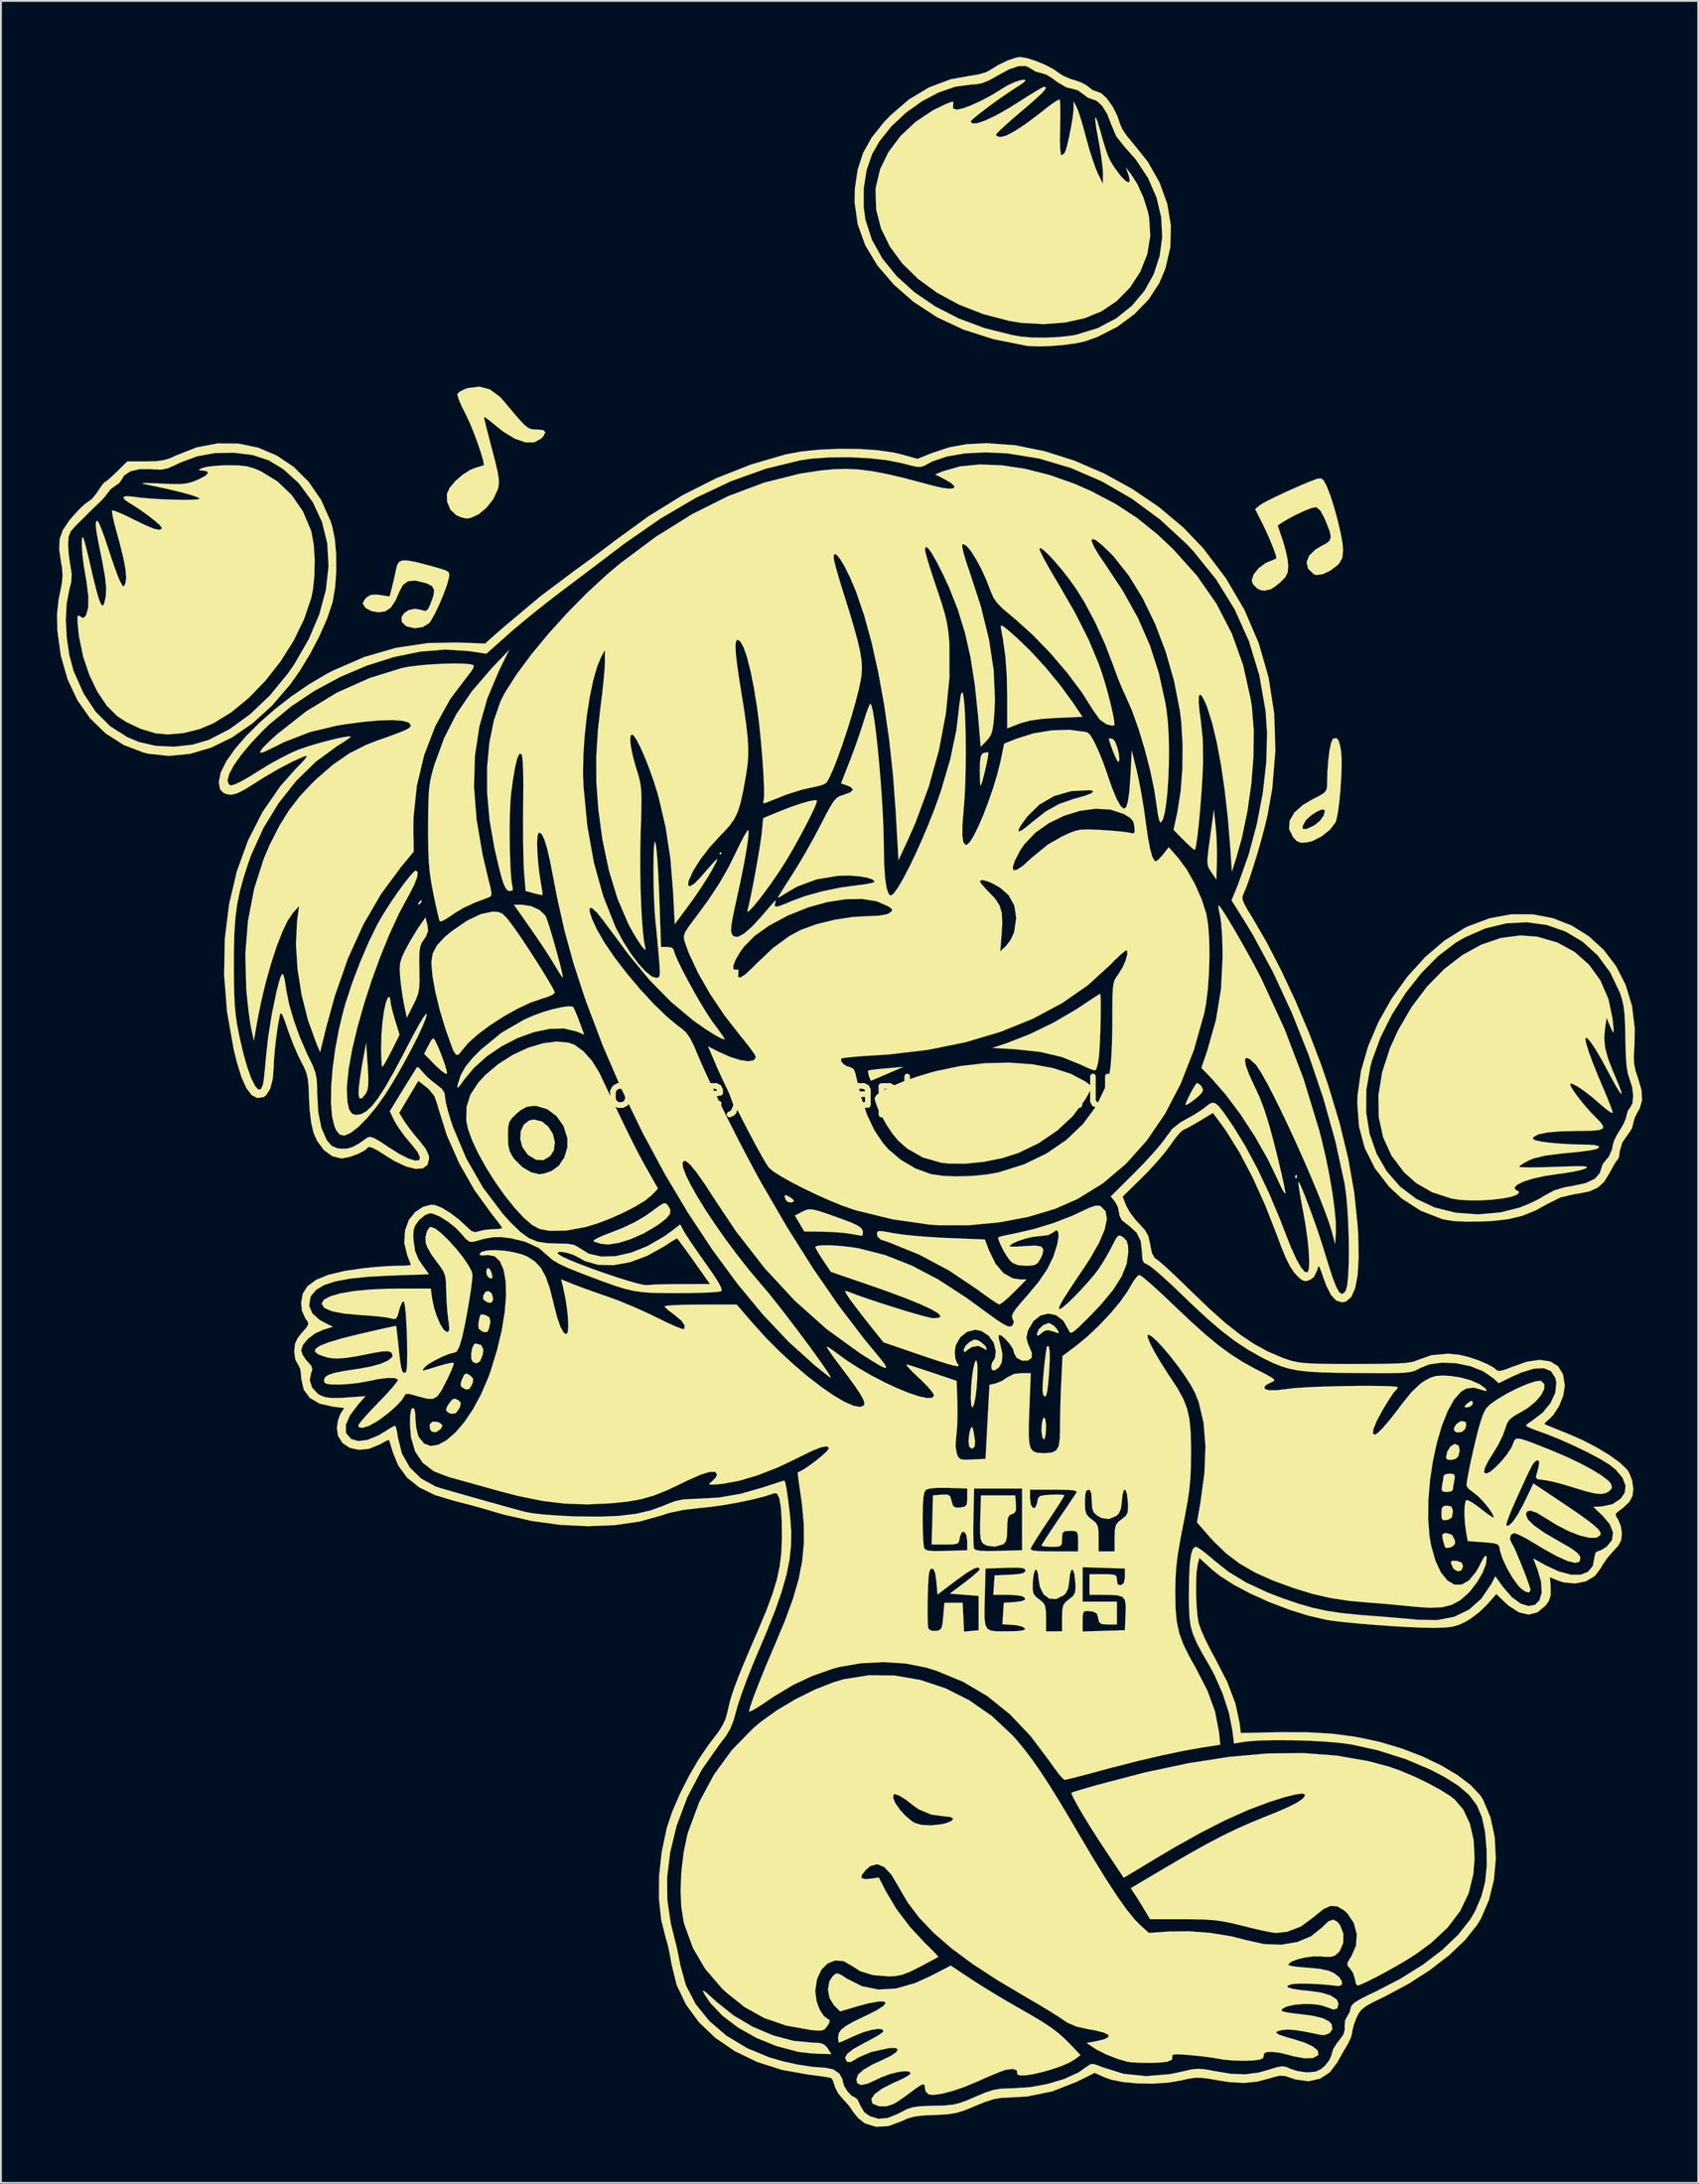
<source format=kicad_pcb>
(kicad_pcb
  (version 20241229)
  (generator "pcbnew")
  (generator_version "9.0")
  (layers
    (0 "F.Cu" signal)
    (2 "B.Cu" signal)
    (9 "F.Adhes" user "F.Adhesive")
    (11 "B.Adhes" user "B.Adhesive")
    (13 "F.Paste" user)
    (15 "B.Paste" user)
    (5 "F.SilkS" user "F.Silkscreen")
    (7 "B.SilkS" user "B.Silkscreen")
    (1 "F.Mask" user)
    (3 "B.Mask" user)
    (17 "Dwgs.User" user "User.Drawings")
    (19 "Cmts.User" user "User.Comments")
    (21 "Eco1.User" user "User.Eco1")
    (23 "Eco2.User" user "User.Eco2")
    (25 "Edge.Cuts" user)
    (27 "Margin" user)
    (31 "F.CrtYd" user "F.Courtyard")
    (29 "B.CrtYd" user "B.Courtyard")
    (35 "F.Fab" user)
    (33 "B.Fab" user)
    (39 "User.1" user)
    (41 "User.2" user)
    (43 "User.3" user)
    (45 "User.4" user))
  (footprint "cozykeys-graphic-small"
    (layer "F.Cu")
    (at 42.419 55.403)
    (property "Reference" "cozykeys-graphic-small" (at 0 0 0) (layer "F.SilkS") (effects (font (size 1.524 1.524) (thickness 0.3))))
    (attr through_hole)
    (fp_poly (pts (xy -6.849 -12.78) (xy -6.91 -12.719) (xy -6.971 -12.78) (xy -6.91 -12.841) (xy -6.849 -12.78)) (stroke (width 0.006) (type solid)) (fill yes) (layer "F.SilkS"))
    (fp_poly (pts (xy 23.929 4.443) (xy 23.944 4.589) (xy 23.929 4.606) (xy 23.857 4.59) (xy 23.848 4.525) (xy 23.893 4.424) (xy 23.929 4.443)) (stroke (width 0.006) (type solid)) (fill yes) (layer "F.SilkS"))
    (fp_poly (pts (xy -22.908 -10.194) (xy -22.931 -10.151) (xy -23.046 -10.034) (xy -23.067 -10.028) (xy -23.076 -10.107) (xy -23.053 -10.151) (xy -22.938 -10.267) (xy -22.916 -10.273) (xy -22.908 -10.194)) (stroke (width 0.006) (type solid)) (fill yes) (layer "F.SilkS"))
    (fp_poly (pts (xy 33.335 16.54) (xy 33.359 16.691) (xy 33.223 16.831) (xy 33.048 16.877) (xy 32.914 16.859) (xy 32.959 16.767) (xy 33.052 16.67) (xy 33.237 16.539) (xy 33.335 16.54)) (stroke (width 0.006) (type solid)) (fill yes) (layer "F.SilkS"))
    (fp_poly (pts (xy -19.226 9.519) (xy -19.158 9.687) (xy -19.111 9.919) (xy -19.165 9.976) (xy -19.292 9.94) (xy -19.405 9.811) (xy -19.444 9.606) (xy -19.398 9.445) (xy -19.337 9.417) (xy -19.226 9.519)) (stroke (width 0.006) (type solid)) (fill yes) (layer "F.SilkS"))
    (fp_poly (pts (xy -19.154 10.776) (xy -19.082 11.013) (xy -19.098 11.168) (xy -19.203 11.282) (xy -19.405 11.244) (xy -19.602 11.094) (xy -19.605 10.892) (xy -19.479 10.681) (xy -19.307 10.654) (xy -19.154 10.776)) (stroke (width 0.006) (type solid)) (fill yes) (layer "F.SilkS"))
    (fp_poly (pts (xy -3.131 5.663) (xy -3.125 5.667) (xy -2.975 5.799) (xy -3.027 5.876) (xy -3.1 5.907) (xy -3.317 5.878) (xy -3.427 5.743) (xy -3.486 5.548) (xy -3.381 5.52) (xy -3.131 5.663)) (stroke (width 0.006) (type solid)) (fill yes) (layer "F.SilkS"))
    (fp_poly (pts (xy -22.053 17.651) (xy -21.899 17.726) (xy -21.787 17.848) (xy -21.872 18.016) (xy -21.883 18.029) (xy -22.121 18.199) (xy -22.345 18.182) (xy -22.456 18.045) (xy -22.471 17.782) (xy -22.316 17.639) (xy -22.053 17.651)) (stroke (width 0.006) (type solid)) (fill yes) (layer "F.SilkS"))
    (fp_poly (pts (xy 32.48 25.091) (xy 32.5 25.093) (xy 32.763 25.183) (xy 32.837 25.375) (xy 32.753 25.591) (xy 32.562 25.652) (xy 32.358 25.543) (xy 32.294 25.453) (xy 32.181 25.194) (xy 32.233 25.09) (xy 32.48 25.091)) (stroke (width 0.006) (type solid)) (fill yes) (layer "F.SilkS"))
    (fp_poly (pts (xy 32.978 17.66) (xy 33.005 17.838) (xy 32.946 18.029) (xy 32.776 18.187) (xy 32.525 18.218) (xy 32.372 18.145) (xy 32.348 17.98) (xy 32.469 17.781) (xy 32.666 17.636) (xy 32.78 17.611) (xy 32.978 17.66)) (stroke (width 0.006) (type solid)) (fill yes) (layer "F.SilkS"))
    (fp_poly (pts (xy -19.714 13.541) (xy -19.6 13.785) (xy -19.64 14.075) (xy -19.781 14.41) (xy -19.959 14.519) (xy -20.157 14.447) (xy -20.242 14.279) (xy -20.25 14) (xy -20.197 13.707) (xy -20.096 13.499) (xy -20.012 13.454) (xy -19.714 13.541)) (stroke (width 0.006) (type solid)) (fill yes) (layer "F.SilkS"))
    (fp_poly (pts (xy 32.604 18.928) (xy 32.655 19.187) (xy 32.579 19.496) (xy 32.441 19.623) (xy 32.215 19.686) (xy 32.006 19.672) (xy 31.919 19.575) (xy 31.989 19.246) (xy 32.161 18.97) (xy 32.375 18.836) (xy 32.405 18.834) (xy 32.604 18.928)) (stroke (width 0.006) (type solid)) (fill yes) (layer "F.SilkS"))
    (fp_poly (pts (xy 6.594 17.992) (xy 6.645 18.213) (xy 6.717 18.69) (xy 6.697 18.968) (xy 6.581 19.075) (xy 6.543 19.078) (xy 6.406 18.984) (xy 6.368 18.685) (xy 6.368 18.681) (xy 6.403 18.321) (xy 6.47 18.044) (xy 6.539 17.919) (xy 6.594 17.992)) (stroke (width 0.006) (type solid)) (fill yes) (layer "F.SilkS"))
    (fp_poly (pts (xy 10.471 17.488) (xy 10.512 17.76) (xy 10.517 17.97) (xy 10.496 18.322) (xy 10.44 18.546) (xy 10.395 18.589) (xy 10.322 18.48) (xy 10.278 18.204) (xy 10.273 18.046) (xy 10.298 17.7) (xy 10.362 17.468) (xy 10.395 17.427) (xy 10.471 17.488)) (stroke (width 0.006) (type solid)) (fill yes) (layer "F.SilkS"))
    (fp_poly (pts (xy 32.202 22.177) (xy 32.281 22.352) (xy 32.286 22.488) (xy 32.238 22.761) (xy 32.051 22.883) (xy 31.98 22.899) (xy 31.773 22.913) (xy 31.689 22.802) (xy 31.675 22.547) (xy 31.7 22.265) (xy 31.811 22.152) (xy 31.98 22.136) (xy 32.202 22.177)) (stroke (width 0.006) (type solid)) (fill yes) (layer "F.SilkS"))
    (fp_poly (pts (xy 32.253 23.704) (xy 32.396 23.992) (xy 32.409 24.149) (xy 32.315 24.288) (xy 32.115 24.386) (xy 31.927 24.396) (xy 31.875 24.356) (xy 31.817 24.188) (xy 31.75 23.939) (xy 31.72 23.699) (xy 31.822 23.612) (xy 31.965 23.603) (xy 32.253 23.704)) (stroke (width 0.006) (type solid)) (fill yes) (layer "F.SilkS"))
    (fp_poly (pts (xy -20.931 16.496) (xy -20.92 16.503) (xy -20.809 16.632) (xy -20.849 16.843) (xy -20.886 16.929) (xy -21.081 17.191) (xy -21.333 17.219) (xy -21.506 17.135) (xy -21.6 17.023) (xy -21.544 16.843) (xy -21.462 16.709) (xy -21.279 16.465) (xy -21.13 16.404) (xy -20.931 16.496)) (stroke (width 0.006) (type solid)) (fill yes) (layer "F.SilkS"))
    (fp_poly (pts (xy -20.3 15.173) (xy -20.271 15.195) (xy -20.143 15.348) (xy -20.17 15.557) (xy -20.217 15.67) (xy -20.352 15.89) (xy -20.514 15.915) (xy -20.622 15.872) (xy -20.794 15.758) (xy -20.811 15.588) (xy -20.748 15.397) (xy -20.624 15.125) (xy -20.498 15.06) (xy -20.3 15.173)) (stroke (width 0.006) (type solid)) (fill yes) (layer "F.SilkS"))
    (fp_poly (pts (xy -19.598 11.909) (xy -19.47 11.943) (xy -19.271 12.061) (xy -19.223 12.3) (xy -19.304 12.672) (xy -19.403 12.85) (xy -19.583 12.838) (xy -19.653 12.809) (xy -19.837 12.675) (xy -19.872 12.455) (xy -19.849 12.305) (xy -19.792 12.015) (xy -19.728 11.903) (xy -19.598 11.909)) (stroke (width 0.006) (type solid)) (fill yes) (layer "F.SilkS"))
    (fp_poly (pts (xy 13.999 -18.92) (xy 14.102 -18.887) (xy 14.22 -18.739) (xy 14.331 -18.446) (xy 14.412 -18.104) (xy 14.44 -17.808) (xy 14.402 -17.663) (xy 14.331 -17.734) (xy 14.208 -17.978) (xy 14.096 -18.25) (xy 13.966 -18.605) (xy 13.889 -18.854) (xy 13.878 -18.928) (xy 13.999 -18.92)) (stroke (width 0.006) (type solid)) (fill yes) (layer "F.SilkS"))
    (fp_poly (pts (xy -25.79 -1.414) (xy -25.757 -0.815) (xy -25.759 -0.405) (xy -25.797 -0.131) (xy -25.877 0.06) (xy -25.892 0.085) (xy -26.094 0.328) (xy -26.223 0.34) (xy -26.278 0.123) (xy -26.26 -0.275) (xy -26.2 -0.746) (xy -26.112 -1.318) (xy -26.033 -1.773) (xy -25.873 -2.629) (xy -25.79 -1.414)) (stroke (width 0.006) (type solid)) (fill yes) (layer "F.SilkS"))
    (fp_poly (pts (xy 2.021 -0.981) (xy 1.612 -0.805) (xy 1.303 -0.674) (xy 1.15 -0.613) (xy 1.143 -0.611) (xy 1.091 -0.711) (xy 1.037 -0.865) (xy 0.989 -1.081) (xy 0.998 -1.155) (xy 1.131 -1.182) (xy 1.445 -1.221) (xy 1.876 -1.263) (xy 1.957 -1.27) (xy 2.874 -1.35) (xy 2.021 -0.981)) (stroke (width 0.006) (type solid)) (fill yes) (layer "F.SilkS"))
    (fp_poly (pts (xy 19.597 -14.186) (xy 19.643 -13.564) (xy 19.665 -12.864) (xy 19.661 -12.324) (xy 19.629 -11.378) (xy 19.362 -11.773) (xy 19.251 -11.946) (xy 19.182 -12.104) (xy 19.154 -12.3) (xy 19.165 -12.583) (xy 19.212 -13.005) (xy 19.295 -13.617) (xy 19.297 -13.636) (xy 19.499 -15.104) (xy 19.597 -14.186)) (stroke (width 0.006) (type solid)) (fill yes) (layer "F.SilkS"))
    (fp_poly (pts (xy 6.848 13.272) (xy 7.032 13.38) (xy 7.251 13.568) (xy 7.338 13.724) (xy 7.298 13.804) (xy 7.191 13.722) (xy 6.9 13.586) (xy 6.555 13.639) (xy 6.338 13.777) (xy 6.173 13.911) (xy 6.119 13.873) (xy 6.115 13.78) (xy 6.209 13.574) (xy 6.421 13.38) (xy 6.66 13.251) (xy 6.848 13.272)) (stroke (width 0.006) (type solid)) (fill yes) (layer "F.SilkS"))
    (fp_poly (pts (xy 18.736 -0.407) (xy 18.834 -0.306) (xy 18.924 -0.112) (xy 18.829 0.067) (xy 18.65 0.243) (xy 18.409 0.439) (xy 18.173 0.605) (xy 18.011 0.692) (xy 17.978 0.684) (xy 18.03 0.518) (xy 18.158 0.24) (xy 18.321 -0.072) (xy 18.476 -0.338) (xy 18.584 -0.482) (xy 18.598 -0.489) (xy 18.736 -0.407)) (stroke (width 0.006) (type solid)) (fill yes) (layer "F.SilkS"))
    (fp_poly (pts (xy -22.198 -2.794) (xy -22.172 -2.744) (xy -21.996 -2.361) (xy -21.821 -1.926) (xy -21.671 -1.506) (xy -21.57 -1.171) (xy -21.542 -0.986) (xy -21.544 -0.98) (xy -21.643 -0.994) (xy -21.862 -1.154) (xy -22.155 -1.425) (xy -22.178 -1.449) (xy -22.769 -2.048) (xy -22.53 -2.514) (xy -22.376 -2.793) (xy -22.28 -2.877) (xy -22.198 -2.794)) (stroke (width 0.006) (type solid)) (fill yes) (layer "F.SilkS"))
    (fp_poly (pts (xy -16.467 1.574) (xy -16.122 1.851) (xy -15.882 2.239) (xy -15.773 2.677) (xy -15.822 3.104) (xy -16.021 3.424) (xy -16.381 3.639) (xy -16.78 3.621) (xy -17.188 3.374) (xy -17.253 3.311) (xy -17.517 2.926) (xy -17.626 2.497) (xy -17.593 2.08) (xy -17.428 1.734) (xy -17.143 1.515) (xy -16.89 1.468) (xy -16.467 1.574)) (stroke (width 0.006) (type solid)) (fill yes) (layer "F.SilkS"))
    (fp_poly (pts (xy 10.708 12.372) (xy 10.932 12.5) (xy 11.094 12.682) (xy 11.202 12.86) (xy 11.16 12.898) (xy 10.93 12.821) (xy 10.901 12.81) (xy 10.609 12.734) (xy 10.398 12.8) (xy 10.279 12.897) (xy 10.098 13.037) (xy 10.033 13.002) (xy 10.028 12.94) (xy 10.129 12.693) (xy 10.364 12.474) (xy 10.633 12.368) (xy 10.708 12.372)) (stroke (width 0.006) (type solid)) (fill yes) (layer "F.SilkS"))
    (fp_poly (pts (xy 32.335 20.448) (xy 32.396 20.57) (xy 32.363 20.806) (xy 32.309 21.106) (xy 32.286 21.294) (xy 32.286 21.295) (xy 32.181 21.374) (xy 31.965 21.402) (xy 31.749 21.378) (xy 31.687 21.256) (xy 31.721 21.02) (xy 31.774 20.72) (xy 31.797 20.531) (xy 31.797 20.53) (xy 31.902 20.451) (xy 32.118 20.423) (xy 32.335 20.448)) (stroke (width 0.006) (type solid)) (fill yes) (layer "F.SilkS"))
    (fp_poly (pts (xy 6.802 14.382) (xy 6.837 14.586) (xy 6.845 14.81) (xy 6.833 15.352) (xy 6.794 15.883) (xy 6.736 16.349) (xy 6.665 16.696) (xy 6.59 16.867) (xy 6.57 16.877) (xy 6.514 16.76) (xy 6.491 16.425) (xy 6.504 15.896) (xy 6.509 15.795) (xy 6.553 15.279) (xy 6.613 14.852) (xy 6.681 14.542) (xy 6.747 14.376) (xy 6.802 14.382)) (stroke (width 0.006) (type solid)) (fill yes) (layer "F.SilkS"))
    (fp_poly (pts (xy 7.425 -18.176) (xy 7.421 -18.045) (xy 7.37 -17.752) (xy 7.288 -17.37) (xy 7.194 -16.972) (xy 7.103 -16.633) (xy 7.033 -16.425) (xy 7.017 -16.398) (xy 6.994 -16.484) (xy 6.978 -16.757) (xy 6.971 -17.161) (xy 6.971 -17.21) (xy 6.983 -17.687) (xy 7.026 -17.972) (xy 7.11 -18.116) (xy 7.172 -18.151) (xy 7.369 -18.191) (xy 7.425 -18.176)) (stroke (width 0.006) (type solid)) (fill yes) (layer "F.SilkS"))
    (fp_poly (pts (xy 10.663 13.611) (xy 10.709 13.859) (xy 10.714 14.339) (xy 10.677 15.047) (xy 10.671 15.13) (xy 10.62 15.714) (xy 10.567 16.083) (xy 10.507 16.264) (xy 10.432 16.288) (xy 10.426 16.285) (xy 10.36 16.184) (xy 10.331 15.963) (xy 10.341 15.582) (xy 10.387 15.002) (xy 10.395 14.925) (xy 10.45 14.394) (xy 10.505 13.961) (xy 10.551 13.679) (xy 10.575 13.599) (xy 10.663 13.611)) (stroke (width 0.006) (type solid)) (fill yes) (layer "F.SilkS"))
    (fp_poly (pts (xy -24.582 -4.929) (xy -24.546 -4.684) (xy -24.454 -4.294) (xy -24.333 -3.869) (xy -24.085 -3.066) (xy -24.518 -2.205) (xy -24.728 -1.802) (xy -24.899 -1.5) (xy -25 -1.352) (xy -25.011 -1.345) (xy -25.038 -1.458) (xy -25.058 -1.761) (xy -25.069 -2.198) (xy -25.071 -2.423) (xy -25.052 -3.084) (xy -24.999 -3.73) (xy -24.921 -4.307) (xy -24.826 -4.76) (xy -24.72 -5.036) (xy -24.694 -5.069) (xy -24.605 -5.075) (xy -24.582 -4.929)) (stroke (width 0.006) (type solid)) (fill yes) (layer "F.SilkS"))
    (fp_poly (pts (xy -17.037 -9.95) (xy -16.591 -9.743) (xy -16.286 -9.451) (xy -16.261 -9.409) (xy -16.184 -9.211) (xy -16.066 -8.85) (xy -15.924 -8.378) (xy -15.771 -7.847) (xy -15.622 -7.311) (xy -15.492 -6.82) (xy -15.395 -6.428) (xy -15.347 -6.188) (xy -15.347 -6.138) (xy -15.42 -6.215) (xy -15.578 -6.453) (xy -15.765 -6.768) (xy -15.989 -7.135) (xy -16.311 -7.634) (xy -16.687 -8.198) (xy -17.055 -8.732) (xy -17.962 -10.028) (xy -17.536 -10.028) (xy -17.037 -9.95)) (stroke (width 0.006) (type solid)) (fill yes) (layer "F.SilkS"))
    (fp_poly (pts (xy 8.905 22.053) (xy 8.907 22.373) (xy 8.824 22.531) (xy 8.691 22.587) (xy 8.547 22.657) (xy 8.471 22.811) (xy 8.442 23.112) (xy 8.438 23.369) (xy 8.423 23.797) (xy 8.363 24.048) (xy 8.242 24.187) (xy 8.202 24.21) (xy 7.781 24.328) (xy 7.359 24.278) (xy 7.173 24.182) (xy 7.075 24.077) (xy 7.016 23.902) (xy 6.989 23.609) (xy 6.988 23.148) (xy 6.997 22.806) (xy 7.032 21.585) (xy 8.866 21.585) (xy 8.905 22.053)) (stroke (width 0.006) (type solid)) (fill yes) (layer "F.SilkS"))
    (fp_poly (pts (xy 8.241 -24.919) (xy 8.475 -24.734) (xy 8.854 -24.402) (xy 8.93 -24.335) (xy 9.693 -23.599) (xy 10.494 -22.725) (xy 11.261 -21.794) (xy 11.925 -20.888) (xy 11.96 -20.836) (xy 12.463 -20.087) (xy 11.093 -20.029) (xy 10.277 -19.974) (xy 9.649 -19.883) (xy 9.154 -19.747) (xy 9.081 -19.719) (xy 8.438 -19.469) (xy 8.438 -21.138) (xy 8.414 -22.306) (xy 8.34 -23.322) (xy 8.207 -24.274) (xy 8.115 -24.761) (xy 8.091 -24.917) (xy 8.123 -24.975) (xy 8.241 -24.919)) (stroke (width 0.006) (type solid)) (fill yes) (layer "F.SilkS"))
    (fp_poly (pts (xy -9.821 5.964) (xy -9.713 6.076) (xy -9.59 6.304) (xy -9.612 6.518) (xy -9.802 6.755) (xy -10.181 7.051) (xy -10.372 7.182) (xy -11.024 7.564) (xy -11.702 7.865) (xy -12.351 8.068) (xy -12.915 8.156) (xy -13.33 8.113) (xy -13.621 8.016) (xy -13.697 7.99) (xy -13.68 7.924) (xy -13.47 7.802) (xy -13.109 7.646) (xy -12.963 7.591) (xy -12.141 7.268) (xy -11.483 6.957) (xy -10.913 6.619) (xy -10.463 6.297) (xy -10.137 6.056) (xy -9.942 5.951) (xy -9.821 5.964)) (stroke (width 0.006) (type solid)) (fill yes) (layer "F.SilkS"))
    (fp_poly (pts (xy -1.983 6.284) (xy -1.697 6.349) (xy -1.285 6.481) (xy -0.703 6.687) (xy -0.489 6.764) (xy 0.065 6.974) (xy 0.423 7.138) (xy 0.624 7.279) (xy 0.707 7.418) (xy 0.712 7.444) (xy 0.704 7.643) (xy 0.651 7.689) (xy 0.478 7.66) (xy 0.16 7.604) (xy 0 7.576) (xy -0.406 7.526) (xy -0.941 7.487) (xy -1.486 7.469) (xy -2.422 7.46) (xy -2.674 7.033) (xy -2.926 6.606) (xy -2.548 6.41) (xy -2.363 6.323) (xy -2.19 6.278) (xy -1.983 6.284)) (stroke (width 0.006) (type solid)) (fill yes) (layer "F.SilkS"))
    (fp_poly (pts (xy -7.691 48.178) (xy -7.413 48.424) (xy -7.145 48.674) (xy -6.227 49.409) (xy -5.194 50.021) (xy -4.102 50.486) (xy -3.008 50.779) (xy -2.012 50.875) (xy -1.614 50.893) (xy -1.374 50.967) (xy -1.21 51.127) (xy -1.173 51.181) (xy -0.973 51.487) (xy -1.618 51.473) (xy -2.123 51.443) (xy -2.635 51.383) (xy -2.804 51.354) (xy -3.919 51.056) (xy -4.983 50.622) (xy -5.953 50.076) (xy -6.788 49.446) (xy -7.448 48.756) (xy -7.757 48.297) (xy -7.842 48.127) (xy -7.827 48.083) (xy -7.691 48.178)) (stroke (width 0.006) (type solid)) (fill yes) (layer "F.SilkS"))
    (fp_poly (pts (xy -22.597 -8.954) (xy -22.559 -8.631) (xy -22.663 -8.346) (xy -22.774 -8.183) (xy -22.903 -7.985) (xy -22.983 -7.774) (xy -23.022 -7.491) (xy -23.032 -7.075) (xy -23.024 -6.587) (xy -23.015 -6.009) (xy -23.032 -5.601) (xy -23.087 -5.287) (xy -23.192 -4.994) (xy -23.344 -4.676) (xy -23.694 -3.984) (xy -23.832 -4.625) (xy -23.919 -5.107) (xy -24.001 -5.685) (xy -24.046 -6.093) (xy -24.077 -6.571) (xy -24.051 -6.919) (xy -23.947 -7.246) (xy -23.785 -7.587) (xy -23.523 -8.07) (xy -23.227 -8.566) (xy -23.074 -8.801) (xy -22.699 -9.347) (xy -22.597 -8.954)) (stroke (width 0.006) (type solid)) (fill yes) (layer "F.SilkS"))
    (fp_poly (pts (xy 13.431 -5.145) (xy 13.442 -4.84) (xy 13.443 -4.394) (xy 13.437 -3.86) (xy 13.422 -3.291) (xy 13.402 -2.738) (xy 13.376 -2.254) (xy 13.348 -1.905) (xy 13.287 -1.517) (xy 13.21 -1.246) (xy 13.147 -1.16) (xy 12.98 -1.201) (xy 12.67 -1.327) (xy 12.352 -1.479) (xy 11.349 -1.882) (xy 10.195 -2.152) (xy 8.867 -2.293) (xy 7.645 -2.363) (xy 8.453 -2.635) (xy 9.674 -3.114) (xy 10.932 -3.727) (xy 12.111 -4.416) (xy 12.34 -4.567) (xy 12.774 -4.857) (xy 13.126 -5.087) (xy 13.352 -5.228) (xy 13.41 -5.259) (xy 13.431 -5.145)) (stroke (width 0.006) (type solid)) (fill yes) (layer "F.SilkS"))
    (fp_poly (pts (xy -14.81 -4.569) (xy -14.795 -4.557) (xy -14.713 -4.399) (xy -14.581 -4.086) (xy -14.459 -3.77) (xy -14.202 -3.076) (xy -14.618 -3.25) (xy -15.283 -3.406) (xy -16.057 -3.387) (xy -16.899 -3.21) (xy -17.767 -2.894) (xy -18.62 -2.456) (xy -19.417 -1.914) (xy -20.116 -1.285) (xy -20.593 -0.709) (xy -20.832 -0.38) (xy -20.958 -0.239) (xy -20.992 -0.269) (xy -20.964 -0.428) (xy -20.808 -0.911) (xy -20.556 -1.359) (xy -20.169 -1.832) (xy -19.743 -2.262) (xy -18.639 -3.17) (xy -17.427 -3.874) (xy -16.888 -4.111) (xy -16.377 -4.295) (xy -15.857 -4.445) (xy -15.384 -4.549) (xy -15.016 -4.594) (xy -14.81 -4.569)) (stroke (width 0.006) (type solid)) (fill yes) (layer "F.SilkS"))
    (fp_poly (pts (xy -1.747 -15.607) (xy -1.771 -15.475) (xy -1.897 -15.171) (xy -2.104 -14.736) (xy -2.372 -14.211) (xy -2.679 -13.637) (xy -3.004 -13.053) (xy -3.328 -12.5) (xy -3.452 -12.297) (xy -3.791 -11.768) (xy -4.151 -11.242) (xy -4.507 -10.747) (xy -4.838 -10.311) (xy -5.122 -9.964) (xy -5.335 -9.734) (xy -5.454 -9.65) (xy -5.461 -9.732) (xy -5.38 -10.052) (xy -5.273 -10.553) (xy -5.15 -11.174) (xy -5.022 -11.855) (xy -4.902 -12.534) (xy -4.799 -13.152) (xy -4.726 -13.647) (xy -4.703 -13.844) (xy -4.62 -14.664) (xy -3.747 -15.026) (xy -3.136 -15.264) (xy -2.586 -15.452) (xy -2.141 -15.577) (xy -1.844 -15.626) (xy -1.747 -15.607)) (stroke (width 0.006) (type solid)) (fill yes) (layer "F.SilkS"))
    (fp_poly (pts (xy 1.746 7.442) (xy 2.097 7.502) (xy 2.354 7.552) (xy 2.793 7.619) (xy 3.408 7.686) (xy 4.131 7.745) (xy 4.894 7.793) (xy 5.241 7.808) (xy 7.241 7.888) (xy 7.458 8.462) (xy 7.816 9.193) (xy 8.247 9.697) (xy 8.749 9.971) (xy 9.107 10.024) (xy 9.47 10.028) (xy 8.805 10.701) (xy 8.474 11.02) (xy 8.199 11.254) (xy 8.031 11.362) (xy 8.015 11.364) (xy 7.87 11.291) (xy 7.578 11.099) (xy 7.185 10.82) (xy 6.849 10.572) (xy 5.345 9.561) (xy 3.736 8.703) (xy 2.094 8.035) (xy 1.682 7.901) (xy 1.501 7.739) (xy 1.468 7.605) (xy 1.482 7.49) (xy 1.558 7.437) (xy 1.746 7.442)) (stroke (width 0.006) (type solid)) (fill yes) (layer "F.SilkS"))
    (fp_poly (pts (xy 9.761 -1.49) (xy 10.87 -1.29) (xy 11.838 -0.979) (xy 12.629 -0.561) (xy 12.773 -0.457) (xy 12.893 -0.349) (xy 12.927 -0.232) (xy 12.862 -0.046) (xy 12.686 0.267) (xy 12.59 0.428) (xy 11.947 1.284) (xy 11.111 2.062) (xy 10.13 2.728) (xy 9.053 3.249) (xy 8.169 3.534) (xy 7.158 3.735) (xy 6.162 3.833) (xy 5.264 3.821) (xy 4.893 3.776) (xy 3.921 3.499) (xy 3.079 3.016) (xy 2.602 2.595) (xy 2.304 2.233) (xy 1.994 1.77) (xy 1.709 1.27) (xy 1.486 0.802) (xy 1.36 0.43) (xy 1.345 0.311) (xy 1.458 0.143) (xy 1.772 -0.069) (xy 2.253 -0.309) (xy 2.863 -0.562) (xy 3.569 -0.812) (xy 4.333 -1.044) (xy 4.639 -1.126) (xy 5.95 -1.398) (xy 7.265 -1.547) (xy 8.547 -1.577) (xy 9.761 -1.49)) (stroke (width 0.006) (type solid)) (fill yes) (layer "F.SilkS"))
    (fp_poly (pts (xy -18.786 -9.639) (xy -18.578 -9.545) (xy -18.36 -9.332) (xy -18.114 -9.019) (xy -17.836 -8.633) (xy -17.503 -8.147) (xy -17.141 -7.6) (xy -16.776 -7.034) (xy -16.433 -6.488) (xy -16.137 -6.004) (xy -15.916 -5.622) (xy -15.793 -5.381) (xy -15.776 -5.327) (xy -15.884 -5.219) (xy -16.163 -5.096) (xy -16.418 -5.018) (xy -17.052 -4.801) (xy -17.769 -4.466) (xy -18.516 -4.048) (xy -19.24 -3.58) (xy -19.888 -3.097) (xy -20.407 -2.633) (xy -20.721 -2.257) (xy -20.914 -2.016) (xy -21.059 -1.997) (xy -21.198 -2.207) (xy -21.259 -2.354) (xy -21.621 -3.363) (xy -21.928 -4.378) (xy -22.165 -5.345) (xy -22.321 -6.208) (xy -22.38 -6.911) (xy -22.38 -6.946) (xy -22.311 -7.415) (xy -22.084 -7.851) (xy -21.673 -8.297) (xy -21.284 -8.618) (xy -20.46 -9.182) (xy -19.735 -9.528) (xy -19.105 -9.658) (xy -19.052 -9.659) (xy -18.786 -9.639)) (stroke (width 0.006) (type solid)) (fill yes) (layer "F.SilkS"))
    (fp_poly (pts (xy -18.766 -22.55) (xy -19.384 -21.084) (xy -19.812 -19.576) (xy -20.05 -18.005) (xy -20.1 -16.349) (xy -19.963 -14.588) (xy -19.64 -12.7) (xy -19.331 -11.396) (xy -19.217 -10.939) (xy -19.168 -10.665) (xy -19.181 -10.518) (xy -19.257 -10.448) (xy -19.302 -10.429) (xy -20.059 -10.141) (xy -20.643 -9.871) (xy -21.121 -9.589) (xy -21.296 -9.466) (xy -21.612 -9.256) (xy -21.846 -9.143) (xy -21.934 -9.143) (xy -21.982 -9.297) (xy -22.064 -9.638) (xy -22.17 -10.117) (xy -22.28 -10.645) (xy -22.39 -11.232) (xy -22.468 -11.77) (xy -22.518 -12.322) (xy -22.546 -12.954) (xy -22.555 -13.73) (xy -22.555 -14.248) (xy -22.549 -15.057) (xy -22.535 -15.674) (xy -22.508 -16.152) (xy -22.461 -16.544) (xy -22.391 -16.902) (xy -22.291 -17.279) (xy -22.213 -17.54) (xy -21.698 -18.947) (xy -21.039 -20.238) (xy -20.203 -21.465) (xy -19.159 -22.679) (xy -19.085 -22.757) (xy -18.219 -23.664) (xy -18.766 -22.55)) (stroke (width 0.006) (type solid)) (fill yes) (layer "F.SilkS"))
    (fp_poly (pts (xy 26.163 -18.841) (xy 26.248 -18.564) (xy 26.304 -18.254) (xy 26.334 -17.874) (xy 26.334 -17.342) (xy 26.308 -16.72) (xy 26.263 -16.069) (xy 26.201 -15.45) (xy 26.129 -14.923) (xy 26.05 -14.55) (xy 26.011 -14.443) (xy 25.714 -14.048) (xy 25.27 -13.692) (xy 24.775 -13.44) (xy 24.493 -13.368) (xy 24.153 -13.349) (xy 23.932 -13.439) (xy 23.735 -13.651) (xy 23.527 -14.08) (xy 23.536 -14.228) (xy 24.243 -14.228) (xy 24.266 -14.078) (xy 24.462 -14.083) (xy 24.817 -14.248) (xy 24.907 -14.301) (xy 25.18 -14.527) (xy 25.371 -14.794) (xy 25.437 -15.028) (xy 25.399 -15.122) (xy 25.249 -15.12) (xy 24.992 -15.002) (xy 24.706 -14.814) (xy 24.467 -14.603) (xy 24.406 -14.527) (xy 24.243 -14.228) (xy 23.536 -14.228) (xy 23.553 -14.522) (xy 23.803 -14.958) (xy 24.268 -15.372) (xy 24.778 -15.67) (xy 25.186 -15.878) (xy 25.419 -16.033) (xy 25.528 -16.189) (xy 25.559 -16.395) (xy 25.56 -16.508) (xy 25.576 -17.15) (xy 25.622 -17.759) (xy 25.688 -18.287) (xy 25.771 -18.683) (xy 25.861 -18.898) (xy 25.89 -18.921) (xy 26.053 -18.946) (xy 26.163 -18.841)) (stroke (width 0.006) (type solid)) (fill yes) (layer "F.SilkS"))
    (fp_poly (pts (xy -23.246 -28.379) (xy -22.657 -28.23) (xy -22.03 -28.055) (xy -21.658 -27.941) (xy -21.471 -27.841) (xy -21.419 -27.708) (xy -21.447 -27.507) (xy -21.555 -27.122) (xy -21.736 -26.632) (xy -21.957 -26.109) (xy -22.187 -25.624) (xy -22.395 -25.249) (xy -22.511 -25.09) (xy -22.847 -24.888) (xy -23.279 -24.83) (xy -23.697 -24.927) (xy -23.756 -24.958) (xy -23.965 -25.172) (xy -23.979 -25.412) (xy -23.84 -25.636) (xy -23.586 -25.802) (xy -23.259 -25.868) (xy -22.947 -25.811) (xy -22.713 -25.747) (xy -22.575 -25.821) (xy -22.447 -26.08) (xy -22.273 -26.556) (xy -22.234 -26.871) (xy -22.339 -27.075) (xy -22.6 -27.216) (xy -22.683 -27.245) (xy -23.233 -27.378) (xy -23.629 -27.347) (xy -23.906 -27.142) (xy -24.066 -26.844) (xy -24.316 -26.281) (xy -24.565 -25.923) (xy -24.848 -25.736) (xy -25.193 -25.682) (xy -25.585 -25.745) (xy -25.894 -25.906) (xy -26.044 -26.124) (xy -26.049 -26.171) (xy -25.971 -26.332) (xy -25.846 -26.479) (xy -25.63 -26.61) (xy -25.31 -26.627) (xy -25.129 -26.605) (xy -24.616 -26.528) (xy -24.481 -27.053) (xy -24.375 -27.491) (xy -24.284 -27.909) (xy -24.269 -27.984) (xy -24.209 -28.218) (xy -24.11 -28.374) (xy -23.939 -28.452) (xy -23.662 -28.453) (xy -23.246 -28.379)) (stroke (width 0.006) (type solid)) (fill yes) (layer "F.SilkS"))
    (fp_poly (pts (xy -19.25 -37.607) (xy -18.72 -37.218) (xy -18.503 -36.981) (xy -18.032 -36.417) (xy -17.686 -36.014) (xy -17.435 -35.745) (xy -17.245 -35.582) (xy -17.087 -35.5) (xy -16.928 -35.47) (xy -16.74 -35.466) (xy -16.397 -35.431) (xy -16.282 -35.317) (xy -16.388 -35.109) (xy -16.51 -34.977) (xy -16.873 -34.778) (xy -17.346 -34.778) (xy -17.906 -34.969) (xy -18.53 -35.346) (xy -19.006 -35.727) (xy -19.298 -35.969) (xy -19.5 -36.112) (xy -19.567 -36.126) (xy -19.538 -35.979) (xy -19.456 -35.642) (xy -19.333 -35.159) (xy -19.181 -34.577) (xy -19.128 -34.376) (xy -18.952 -33.695) (xy -18.837 -33.201) (xy -18.778 -32.846) (xy -18.767 -32.584) (xy -18.798 -32.366) (xy -18.826 -32.264) (xy -19.063 -31.749) (xy -19.423 -31.287) (xy -19.851 -30.929) (xy -20.292 -30.728) (xy -20.509 -30.701) (xy -20.776 -30.762) (xy -21.053 -30.882) (xy -21.365 -31.179) (xy -21.54 -31.61) (xy -21.55 -32.021) (xy -21.407 -32.336) (xy -21.107 -32.695) (xy -20.717 -33.037) (xy -20.301 -33.302) (xy -20.064 -33.399) (xy -19.76 -33.493) (xy -19.584 -33.553) (xy -19.567 -33.562) (xy -19.613 -33.82) (xy -19.735 -34.239) (xy -19.91 -34.755) (xy -20.115 -35.303) (xy -20.327 -35.82) (xy -20.523 -36.243) (xy -20.559 -36.311) (xy -20.776 -36.745) (xy -20.927 -37.107) (xy -20.989 -37.337) (xy -20.986 -37.374) (xy -20.84 -37.505) (xy -20.546 -37.641) (xy -20.43 -37.68) (xy -19.815 -37.759) (xy -19.25 -37.607)) (stroke (width 0.006) (type solid)) (fill yes) (layer "F.SilkS"))
    (fp_poly (pts (xy -23.113 -11.767) (xy -23.145 -11.502) (xy -23.299 -11.097) (xy -23.565 -10.583) (xy -23.598 -10.526) (xy -24.115 -9.56) (xy -24.626 -8.453) (xy -25.117 -7.247) (xy -25.576 -5.987) (xy -25.988 -4.714) (xy -26.34 -3.471) (xy -26.618 -2.301) (xy -26.809 -1.246) (xy -26.9 -0.35) (xy -26.905 -0.114) (xy -26.876 0.519) (xy -26.784 0.936) (xy -26.62 1.163) (xy -26.407 1.223) (xy -26.135 1.176) (xy -25.858 1.023) (xy -25.562 0.746) (xy -25.232 0.325) (xy -24.855 -0.259) (xy -24.417 -1.024) (xy -23.903 -1.989) (xy -23.699 -2.384) (xy -23.33 -3.089) (xy -23.029 -3.634) (xy -22.806 -4.004) (xy -22.669 -4.183) (xy -22.629 -4.17) (xy -22.687 -3.934) (xy -22.851 -3.529) (xy -23.1 -2.996) (xy -23.413 -2.376) (xy -23.769 -1.708) (xy -24.147 -1.033) (xy -24.526 -0.393) (xy -24.862 0.139) (xy -25.339 0.809) (xy -25.823 1.392) (xy -26.284 1.858) (xy -26.692 2.177) (xy -27.016 2.319) (xy -27.07 2.324) (xy -27.291 2.268) (xy -27.459 2.065) (xy -27.565 1.832) (xy -27.696 1.301) (xy -27.753 0.58) (xy -27.742 -0.289) (xy -27.665 -1.263) (xy -27.526 -2.301) (xy -27.329 -3.359) (xy -27.077 -4.397) (xy -26.971 -4.77) (xy -26.62 -5.837) (xy -26.203 -6.935) (xy -25.754 -7.986) (xy -25.306 -8.908) (xy -25.125 -9.238) (xy -24.837 -9.716) (xy -24.503 -10.229) (xy -24.154 -10.735) (xy -23.818 -11.193) (xy -23.528 -11.56) (xy -23.312 -11.796) (xy -23.212 -11.863) (xy -23.113 -11.767)) (stroke (width 0.006) (type solid)) (fill yes) (layer "F.SilkS"))
    (fp_poly (pts (xy -15.033 -2.644) (xy -14.705 -2.522) (xy -14.241 -2.182) (xy -13.789 -1.674) (xy -13.411 -1.068) (xy -13.36 -0.966) (xy -12.838 0.138) (xy -12.404 1.049) (xy -12.044 1.798) (xy -11.743 2.413) (xy -11.487 2.923) (xy -11.261 3.359) (xy -11.05 3.75) (xy -10.89 4.038) (xy -10.254 5.165) (xy -10.6 5.527) (xy -10.946 5.806) (xy -11.468 6.124) (xy -12.107 6.453) (xy -12.803 6.764) (xy -13.498 7.03) (xy -14.114 7.217) (xy -15.161 7.411) (xy -16.048 7.426) (xy -16.588 7.327) (xy -16.975 7.121) (xy -17.432 6.728) (xy -17.933 6.187) (xy -18.453 5.534) (xy -18.966 4.809) (xy -19.445 4.049) (xy -19.866 3.293) (xy -20.202 2.578) (xy -20.282 2.354) (xy -18.283 2.354) (xy -18.267 2.825) (xy -18.198 3.152) (xy -18.049 3.436) (xy -17.931 3.599) (xy -17.516 4.014) (xy -17.035 4.297) (xy -16.598 4.398) (xy -16.343 4.355) (xy -16.003 4.244) (xy -15.951 4.223) (xy -15.56 3.939) (xy -15.265 3.494) (xy -15.102 2.963) (xy -15.102 2.458) (xy -15.313 1.808) (xy -15.684 1.281) (xy -16.177 0.914) (xy -16.754 0.742) (xy -16.909 0.734) (xy -17.277 0.786) (xy -17.616 0.974) (xy -17.826 1.152) (xy -18.076 1.397) (xy -18.213 1.608) (xy -18.271 1.875) (xy -18.283 2.286) (xy -18.283 2.354) (xy -20.282 2.354) (xy -20.428 1.943) (xy -20.51 1.532) (xy -20.499 0.806) (xy -20.294 0.143) (xy -19.878 -0.497) (xy -19.5 -0.908) (xy -18.798 -1.502) (xy -18.023 -1.993) (xy -17.217 -2.367) (xy -16.421 -2.61) (xy -15.679 -2.707) (xy -15.033 -2.644)) (stroke (width 0.006) (type solid)) (fill yes) (layer "F.SilkS"))
    (fp_poly (pts (xy 19.825 -9.926) (xy 20 -9.671) (xy 20.25 -9.272) (xy 20.552 -8.767) (xy 20.886 -8.19) (xy 21.232 -7.579) (xy 21.568 -6.968) (xy 21.872 -6.395) (xy 22.052 -6.043) (xy 23.28 -3.377) (xy 24.299 -0.707) (xy 25.132 2.033) (xy 25.256 2.507) (xy 25.481 3.459) (xy 25.678 4.432) (xy 25.839 5.374) (xy 25.956 6.234) (xy 26.022 6.963) (xy 26.028 7.508) (xy 26.027 7.518) (xy 25.988 8.127) (xy 25.828 7.522) (xy 25.666 6.994) (xy 25.42 6.315) (xy 25.108 5.52) (xy 24.744 4.641) (xy 24.343 3.711) (xy 23.921 2.764) (xy 23.492 1.833) (xy 23.072 0.951) (xy 22.675 0.152) (xy 22.317 -0.532) (xy 22.014 -1.067) (xy 21.78 -1.421) (xy 21.714 -1.498) (xy 21.411 -1.771) (xy 21.226 -1.841) (xy 21.158 -1.72) (xy 21.21 -1.419) (xy 21.379 -0.95) (xy 21.667 -0.325) (xy 21.698 -0.264) (xy 21.953 0.292) (xy 22.192 0.92) (xy 22.429 1.668) (xy 22.681 2.586) (xy 22.801 3.057) (xy 22.976 3.767) (xy 23.124 4.397) (xy 23.238 4.909) (xy 23.307 5.263) (xy 23.325 5.42) (xy 23.325 5.422) (xy 23.262 5.38) (xy 23.134 5.157) (xy 22.967 4.802) (xy 22.948 4.758) (xy 22.383 3.584) (xy 21.697 2.377) (xy 20.934 1.206) (xy 20.137 0.139) (xy 19.369 -0.739) (xy 18.831 -1.295) (xy 19.142 -2.207) (xy 19.611 -3.863) (xy 19.881 -5.518) (xy 19.966 -7.215) (xy 19.957 -7.882) (xy 19.931 -8.51) (xy 19.891 -9.035) (xy 19.842 -9.388) (xy 19.836 -9.413) (xy 19.765 -9.747) (xy 19.739 -9.963) (xy 19.745 -10.002) (xy 19.825 -9.926)) (stroke (width 0.006) (type solid)) (fill yes) (layer "F.SilkS"))
    (fp_poly (pts (xy 25.363 -32.753) (xy 25.512 -32.482) (xy 25.56 -32.376) (xy 25.748 -31.885) (xy 25.942 -31.27) (xy 26.124 -30.603) (xy 26.276 -29.955) (xy 26.379 -29.397) (xy 26.416 -29.009) (xy 26.371 -28.595) (xy 26.208 -28.301) (xy 26.107 -28.197) (xy 25.709 -27.899) (xy 25.31 -27.717) (xy 24.976 -27.675) (xy 24.85 -27.718) (xy 24.544 -28.016) (xy 24.462 -28.358) (xy 24.597 -28.711) (xy 24.941 -29.044) (xy 25.233 -29.216) (xy 25.534 -29.378) (xy 25.706 -29.534) (xy 25.756 -29.736) (xy 25.691 -30.037) (xy 25.515 -30.487) (xy 25.413 -30.727) (xy 25.203 -31.122) (xy 25.002 -31.295) (xy 24.929 -31.308) (xy 24.694 -31.251) (xy 24.32 -31.102) (xy 23.878 -30.895) (xy 23.44 -30.662) (xy 23.166 -30.495) (xy 22.912 -30.329) (xy 23.193 -29.504) (xy 23.339 -29.003) (xy 23.442 -28.512) (xy 23.478 -28.171) (xy 23.448 -27.816) (xy 23.315 -27.552) (xy 23.049 -27.285) (xy 22.771 -27.059) (xy 22.562 -26.923) (xy 22.508 -26.905) (xy 22.303 -26.865) (xy 22.236 -26.842) (xy 22.023 -26.86) (xy 21.798 -26.972) (xy 21.593 -27.191) (xy 21.524 -27.385) (xy 21.629 -27.71) (xy 21.899 -28.044) (xy 22.27 -28.314) (xy 22.407 -28.377) (xy 22.681 -28.489) (xy 22.833 -28.554) (xy 22.84 -28.558) (xy 22.828 -28.684) (xy 22.733 -28.976) (xy 22.576 -29.379) (xy 22.379 -29.839) (xy 22.163 -30.301) (xy 22.102 -30.425) (xy 21.708 -31.205) (xy 21.977 -31.424) (xy 22.186 -31.552) (xy 22.564 -31.747) (xy 23.054 -31.983) (xy 23.599 -32.234) (xy 24.141 -32.473) (xy 24.624 -32.675) (xy 24.991 -32.813) (xy 25.043 -32.829) (xy 25.225 -32.853) (xy 25.363 -32.753)) (stroke (width 0.006) (type solid)) (fill yes) (layer "F.SilkS"))
    (fp_poly (pts (xy -20.643 -22.931) (xy -20.279 -22.898) (xy -20.112 -22.843) (xy -20.133 -22.709) (xy -20.285 -22.468) (xy -20.4 -22.327) (xy -21.376 -21.034) (xy -22.168 -19.597) (xy -22.765 -18.045) (xy -23.158 -16.409) (xy -23.337 -14.715) (xy -23.345 -13.986) (xy -23.327 -12.869) (xy -23.975 -12.091) (xy -25.068 -10.616) (xy -26.025 -8.97) (xy -26.853 -7.141) (xy -27.558 -5.116) (xy -27.994 -3.527) (xy -28.335 -2.14) (xy -28.535 -2.608) (xy -28.986 -3.856) (xy -29.325 -5.201) (xy -29.543 -6.573) (xy -29.629 -7.904) (xy -29.572 -9.124) (xy -29.551 -9.295) (xy -29.458 -9.967) (xy -29.806 -9.575) (xy -30.074 -9.175) (xy -30.363 -8.572) (xy -30.661 -7.801) (xy -30.956 -6.903) (xy -31.235 -5.913) (xy -31.487 -4.87) (xy -31.698 -3.813) (xy -31.723 -3.669) (xy -31.88 -2.752) (xy -32.025 -3.412) (xy -32.094 -3.807) (xy -32.169 -4.365) (xy -32.24 -5.006) (xy -32.289 -5.539) (xy -32.34 -7.369) (xy -32.196 -9.165) (xy -31.864 -10.888) (xy -31.351 -12.496) (xy -31.023 -13.257) (xy -30.51 -14.263) (xy -29.988 -15.104) (xy -29.405 -15.854) (xy -28.709 -16.588) (xy -28.535 -16.755) (xy -27.641 -17.531) (xy -26.777 -18.126) (xy -25.875 -18.584) (xy -25.345 -18.79) (xy -24.646 -19.04) (xy -24.146 -19.225) (xy -23.812 -19.36) (xy -23.612 -19.461) (xy -23.512 -19.541) (xy -23.482 -19.615) (xy -23.481 -19.633) (xy -23.596 -19.781) (xy -23.927 -19.874) (xy -24.451 -19.912) (xy -25.146 -19.894) (xy -25.989 -19.821) (xy -26.958 -19.693) (xy -27.438 -19.616) (xy -28.871 -19.275) (xy -30.26 -18.736) (xy -30.893 -18.421) (xy -31.306 -18.22) (xy -31.523 -18.159) (xy -31.543 -18.24) (xy -31.367 -18.463) (xy -30.994 -18.83) (xy -30.626 -19.162) (xy -29.072 -20.385) (xy -27.431 -21.383) (xy -25.687 -22.162) (xy -23.97 -22.695) (xy -23.542 -22.776) (xy -22.994 -22.844) (xy -22.377 -22.895) (xy -21.745 -22.928) (xy -21.15 -22.941) (xy -20.643 -22.931)) (stroke (width 0.006) (type solid)) (fill yes) (layer "F.SilkS"))
    (fp_poly (pts (xy 26.064 35.512) (xy 27.742 35.804) (xy 28.838 36.094) (xy 29.503 36.329) (xy 30.233 36.638) (xy 30.964 36.989) (xy 31.629 37.35) (xy 32.163 37.688) (xy 32.379 37.854) (xy 32.855 38.415) (xy 33.199 39.154) (xy 33.401 40.034) (xy 33.453 41.024) (xy 33.385 41.85) (xy 33.135 42.881) (xy 32.678 43.833) (xy 32.006 44.72) (xy 31.108 45.556) (xy 30.268 46.166) (xy 29.823 46.447) (xy 29.3 46.755) (xy 28.747 47.065) (xy 28.211 47.352) (xy 27.741 47.59) (xy 27.382 47.753) (xy 27.184 47.818) (xy 27.179 47.818) (xy 27.099 47.712) (xy 27.053 47.484) (xy 26.947 47.141) (xy 26.795 46.92) (xy 26.659 46.764) (xy 26.641 46.624) (xy 26.752 46.415) (xy 26.857 46.258) (xy 27.106 45.688) (xy 27.147 45.072) (xy 26.989 44.473) (xy 26.643 43.956) (xy 26.463 43.793) (xy 26.102 43.582) (xy 25.751 43.556) (xy 25.369 43.723) (xy 24.91 44.092) (xy 24.869 44.131) (xy 24.162 44.657) (xy 23.406 44.944) (xy 22.824 45.005) (xy 22.588 44.975) (xy 22.175 44.894) (xy 21.646 44.774) (xy 21.096 44.638) (xy 20.484 44.487) (xy 19.975 44.384) (xy 19.491 44.32) (xy 18.955 44.285) (xy 18.29 44.272) (xy 17.878 44.27) (xy 16.082 44.269) (xy 15.812 43.812) (xy 15.572 43.417) (xy 15.331 43.036) (xy 15.295 42.981) (xy 15.049 42.608) (xy 17.033 41.434) (xy 18.141 40.789) (xy 19.095 40.255) (xy 19.946 39.808) (xy 20.742 39.424) (xy 21.532 39.075) (xy 22.136 38.829) (xy 22.926 38.509) (xy 23.514 38.25) (xy 23.928 38.039) (xy 24.199 37.862) (xy 24.33 37.737) (xy 24.382 37.59) (xy 24.218 37.543) (xy 23.841 37.596) (xy 23.257 37.746) (xy 22.518 37.979) (xy 21.377 38.403) (xy 20.157 38.946) (xy 18.828 39.62) (xy 17.363 40.441) (xy 16.601 40.891) (xy 14.674 42.049) (xy 13.714 40.613) (xy 13.281 39.952) (xy 12.873 39.309) (xy 12.51 38.716) (xy 12.212 38.205) (xy 11.998 37.811) (xy 11.886 37.564) (xy 11.879 37.497) (xy 12.008 37.452) (xy 12.323 37.355) (xy 12.776 37.221) (xy 13.269 37.08) (xy 15.788 36.42) (xy 18.136 35.92) (xy 20.326 35.58) (xy 22.368 35.399) (xy 24.277 35.377) (xy 26.064 35.512)) (stroke (width 0.006) (type solid)) (fill yes) (layer "F.SilkS"))
    (fp_poly (pts (xy 9.502 -55.34) (xy 9.983 -55.185) (xy 10.487 -54.974) (xy 10.924 -54.744) (xy 11.164 -54.57) (xy 11.45 -54.385) (xy 11.847 -54.22) (xy 12.008 -54.173) (xy 12.397 -54.039) (xy 12.709 -53.869) (xy 12.791 -53.798) (xy 13.028 -53.619) (xy 13.204 -53.566) (xy 13.476 -53.458) (xy 13.78 -53.169) (xy 14.076 -52.753) (xy 14.327 -52.263) (xy 14.484 -51.795) (xy 14.614 -51.512) (xy 14.862 -51.149) (xy 15.111 -50.855) (xy 15.956 -49.802) (xy 16.588 -48.691) (xy 17.004 -47.542) (xy 17.197 -46.377) (xy 17.166 -45.217) (xy 16.904 -44.083) (xy 16.576 -43.302) (xy 16.003 -42.424) (xy 15.232 -41.629) (xy 14.305 -40.95) (xy 13.264 -40.419) (xy 12.597 -40.183) (xy 12.104 -40.076) (xy 11.468 -39.991) (xy 10.777 -39.934) (xy 10.122 -39.911) (xy 9.591 -39.931) (xy 9.478 -39.944) (xy 7.704 -40.3) (xy 6.112 -40.807) (xy 4.688 -41.473) (xy 3.417 -42.305) (xy 2.372 -43.22) (xy 1.487 -44.248) (xy 0.842 -45.325) (xy 0.436 -46.452) (xy 0.306 -47.374) (xy 0.755 -47.374) (xy 0.849 -46.69) (xy 1.193 -45.622) (xy 1.758 -44.609) (xy 2.526 -43.666) (xy 3.475 -42.809) (xy 4.587 -42.05) (xy 5.842 -41.407) (xy 7.219 -40.892) (xy 8.7 -40.522) (xy 9.172 -40.439) (xy 9.762 -40.387) (xy 10.485 -40.381) (xy 11.234 -40.417) (xy 11.904 -40.494) (xy 12.122 -40.534) (xy 13.274 -40.887) (xy 14.272 -41.412) (xy 15.109 -42.084) (xy 15.781 -42.88) (xy 16.279 -43.776) (xy 16.599 -44.748) (xy 16.735 -45.774) (xy 16.68 -46.829) (xy 16.428 -47.89) (xy 15.973 -48.932) (xy 15.309 -49.933) (xy 14.722 -50.591) (xy 14.271 -51.163) (xy 14.012 -51.78) (xy 13.791 -52.353) (xy 13.512 -52.796) (xy 13.207 -53.068) (xy 13.009 -53.132) (xy 12.751 -53.228) (xy 12.499 -53.419) (xy 12.229 -53.613) (xy 11.983 -53.688) (xy 11.611 -53.775) (xy 11.142 -54.046) (xy 10.845 -54.269) (xy 10.541 -54.456) (xy 10.263 -54.543) (xy 10.243 -54.544) (xy 9.951 -54.624) (xy 9.761 -54.748) (xy 9.445 -54.919) (xy 9.043 -54.917) (xy 8.53 -54.739) (xy 7.983 -54.442) (xy 7.49 -54.164) (xy 7.108 -54.006) (xy 6.754 -53.939) (xy 6.535 -53.93) (xy 5.673 -53.817) (xy 4.767 -53.506) (xy 3.863 -53.027) (xy 3.004 -52.41) (xy 2.234 -51.687) (xy 1.596 -50.887) (xy 1.205 -50.202) (xy 0.912 -49.346) (xy 0.759 -48.373) (xy 0.755 -47.374) (xy 0.306 -47.374) (xy 0.27 -47.627) (xy 0.288 -48.387) (xy 0.439 -49.385) (xy 0.727 -50.266) (xy 1.182 -51.086) (xy 1.829 -51.9) (xy 2.183 -52.272) (xy 3.181 -53.129) (xy 4.26 -53.778) (xy 5.396 -54.206) (xy 6.421 -54.391) (xy 6.875 -54.462) (xy 7.272 -54.576) (xy 7.46 -54.668) (xy 7.973 -54.981) (xy 8.489 -55.227) (xy 8.934 -55.373) (xy 9.137 -55.4) (xy 9.502 -55.34)) (stroke (width 0.006) (type solid)) (fill yes) (layer "F.SilkS"))
    (fp_poly (pts (xy 6.469 47.453) (xy 7.003 47.796) (xy 7.664 48.205) (xy 8.368 48.625) (xy 8.989 48.983) (xy 9.749 49.419) (xy 10.336 49.772) (xy 10.794 50.075) (xy 11.167 50.359) (xy 11.5 50.655) (xy 11.836 50.992) (xy 12.359 51.542) (xy 12.08 51.754) (xy 11.765 51.942) (xy 11.337 52.128) (xy 10.842 52.3) (xy 10.327 52.448) (xy 9.836 52.56) (xy 9.417 52.625) (xy 9.114 52.631) (xy 8.974 52.567) (xy 8.976 52.514) (xy 8.948 52.352) (xy 8.737 52.284) (xy 8.391 52.323) (xy 8.321 52.341) (xy 8.045 52.44) (xy 7.619 52.614) (xy 7.117 52.832) (xy 6.865 52.947) (xy 6.178 53.235) (xy 5.519 53.461) (xy 4.938 53.612) (xy 4.482 53.674) (xy 4.226 53.646) (xy 4.069 53.478) (xy 4.036 53.325) (xy 4.02 53.155) (xy 3.946 53.1) (xy 3.777 53.171) (xy 3.475 53.38) (xy 3.252 53.546) (xy 2.878 53.819) (xy 2.544 54.046) (xy 2.362 54.157) (xy 1.979 54.279) (xy 1.584 54.28) (xy 1.276 54.165) (xy 1.217 54.109) (xy 1.17 53.888) (xy 1.348 53.627) (xy 1.737 53.341) (xy 2.322 53.042) (xy 2.454 52.985) (xy 2.851 52.803) (xy 3.143 52.64) (xy 3.271 52.531) (xy 3.272 52.526) (xy 3.192 52.424) (xy 2.939 52.403) (xy 2.568 52.453) (xy 2.135 52.566) (xy 1.695 52.731) (xy 1.48 52.835) (xy 0.96 53.074) (xy 0.608 53.145) (xy 0.414 53.047) (xy 0.367 52.845) (xy 0.455 52.593) (xy 0.733 52.333) (xy 1.218 52.051) (xy 1.758 51.803) (xy 2.223 51.577) (xy 2.502 51.383) (xy 2.585 51.238) (xy 2.466 51.16) (xy 2.136 51.167) (xy 2.048 51.179) (xy 1.154 51.378) (xy 0.477 51.667) (xy 0.327 51.763) (xy 0.054 51.915) (xy -0.12 51.898) (xy -0.16 51.865) (xy -0.237 51.68) (xy -0.115 51.465) (xy 0.218 51.209) (xy 0.773 50.899) (xy 0.863 50.855) (xy 1.286 50.632) (xy 1.615 50.435) (xy 1.794 50.298) (xy 1.811 50.274) (xy 1.758 50.164) (xy 1.528 50.14) (xy 1.171 50.193) (xy 0.737 50.317) (xy 0.276 50.503) (xy 0.264 50.508) (xy -0.126 50.69) (xy -0.421 50.821) (xy -0.559 50.875) (xy -0.561 50.875) (xy -0.6 50.771) (xy -0.611 50.588) (xy -0.577 50.376) (xy -0.45 50.183) (xy -0.199 49.984) (xy 0.211 49.752) (xy 0.812 49.461) (xy 0.887 49.427) (xy 1.465 49.136) (xy 1.811 48.909) (xy 1.934 48.751) (xy 1.839 48.671) (xy 1.534 48.675) (xy 1.025 48.768) (xy 0.39 48.938) (xy -0.505 49.203) (xy -0.831 48.877) (xy -1.071 48.494) (xy -1.155 48.037) (xy -1.079 47.598) (xy -0.902 47.321) (xy -0.757 47.196) (xy -0.621 47.174) (xy -0.421 47.268) (xy -0.145 47.449) (xy 0.666 47.857) (xy 1.543 48.034) (xy 2.487 47.978) (xy 3.503 47.689) (xy 4.268 47.344) (xy 5.417 46.752) (xy 6.469 47.453)) (stroke (width 0.006) (type solid)) (fill yes) (layer "F.SilkS"))
    (fp_poly (pts (xy 36.561 -9.515) (xy 37.639 -9.309) (xy 38.644 -8.915) (xy 39.556 -8.347) (xy 40.355 -7.619) (xy 41.021 -6.746) (xy 41.535 -5.74) (xy 41.876 -4.618) (xy 42.026 -3.392) (xy 42.006 -2.481) (xy 41.974 -1.919) (xy 41.992 -1.501) (xy 42.068 -1.13) (xy 42.182 -0.795) (xy 42.382 -0.119) (xy 42.416 0.423) (xy 42.285 0.88) (xy 42.192 1.04) (xy 42.026 1.359) (xy 41.949 1.641) (xy 41.948 1.659) (xy 41.869 1.943) (xy 41.734 2.154) (xy 41.359 2.69) (xy 41.215 3.181) (xy 41.214 3.232) (xy 41.178 3.485) (xy 41.115 3.593) (xy 41.012 3.727) (xy 40.842 4.015) (xy 40.677 4.325) (xy 40.389 4.794) (xy 40.047 5.112) (xy 39.594 5.314) (xy 38.969 5.437) (xy 38.818 5.455) (xy 38.055 5.634) (xy 37.423 5.945) (xy 36.695 6.344) (xy 36 6.622) (xy 35.26 6.8) (xy 34.401 6.897) (xy 33.815 6.924) (xy 32.984 6.933) (xy 32.342 6.901) (xy 31.84 6.823) (xy 31.688 6.785) (xy 30.565 6.346) (xy 29.56 5.699) (xy 28.877 5.062) (xy 28.113 4.069) (xy 27.578 3.002) (xy 27.267 1.845) (xy 27.211 1.092) (xy 27.649 1.092) (xy 27.835 2.242) (xy 28.208 3.303) (xy 28.756 4.251) (xy 29.469 5.064) (xy 30.336 5.718) (xy 31.312 6.177) (xy 32.44 6.457) (xy 33.643 6.544) (xy 34.847 6.438) (xy 35.852 6.183) (xy 36.372 5.976) (xy 36.891 5.723) (xy 37.224 5.526) (xy 37.707 5.263) (xy 38.269 5.095) (xy 38.664 5.028) (xy 39.393 4.872) (xy 39.893 4.637) (xy 40.164 4.321) (xy 40.214 4.146) (xy 40.305 3.866) (xy 40.408 3.73) (xy 40.649 3.435) (xy 40.815 3.051) (xy 40.847 2.839) (xy 40.913 2.608) (xy 41.082 2.274) (xy 41.212 2.067) (xy 41.421 1.71) (xy 41.554 1.395) (xy 41.579 1.269) (xy 41.662 0.984) (xy 41.764 0.856) (xy 41.901 0.603) (xy 41.941 0.204) (xy 41.887 -0.265) (xy 41.747 -0.707) (xy 41.655 -0.987) (xy 41.591 -1.374) (xy 41.55 -1.911) (xy 41.527 -2.639) (xy 41.523 -2.874) (xy 41.507 -3.621) (xy 41.476 -4.181) (xy 41.424 -4.613) (xy 41.343 -4.976) (xy 41.234 -5.31) (xy 40.717 -6.399) (xy 40.044 -7.314) (xy 39.239 -8.047) (xy 38.322 -8.593) (xy 37.318 -8.944) (xy 36.25 -9.092) (xy 35.138 -9.032) (xy 34.007 -8.756) (xy 32.879 -8.258) (xy 32.431 -7.993) (xy 31.502 -7.283) (xy 30.604 -6.376) (xy 29.769 -5.317) (xy 29.029 -4.154) (xy 28.417 -2.933) (xy 27.965 -1.701) (xy 27.877 -1.381) (xy 27.659 -0.123) (xy 27.649 1.092) (xy 27.211 1.092) (xy 27.174 0.585) (xy 27.188 0.183) (xy 27.371 -1.124) (xy 27.755 -2.451) (xy 28.314 -3.762) (xy 29.025 -5.019) (xy 29.864 -6.186) (xy 30.808 -7.227) (xy 31.832 -8.103) (xy 32.911 -8.779) (xy 33.081 -8.863) (xy 34.262 -9.306) (xy 35.428 -9.518) (xy 36.561 -9.515)) (stroke (width 0.006) (type solid)) (fill yes) (layer "F.SilkS"))
    (fp_poly (pts (xy -32.712 -34.711) (xy -31.648 -34.49) (xy -30.65 -34.067) (xy -29.741 -33.453) (xy -28.945 -32.658) (xy -28.284 -31.693) (xy -27.782 -30.567) (xy -27.686 -30.268) (xy -27.549 -29.599) (xy -27.478 -28.779) (xy -27.472 -27.897) (xy -27.532 -27.037) (xy -27.656 -26.285) (xy -27.685 -26.171) (xy -27.962 -25.349) (xy -28.37 -24.421) (xy -28.872 -23.46) (xy -29.432 -22.538) (xy -29.93 -21.83) (xy -30.909 -20.69) (xy -31.954 -19.74) (xy -33.046 -18.987) (xy -34.168 -18.439) (xy -35.302 -18.105) (xy -36.43 -17.994) (xy -37.536 -18.113) (xy -37.777 -18.171) (xy -38.855 -18.583) (xy -39.813 -19.198) (xy -40.64 -20) (xy -41.323 -20.972) (xy -41.852 -22.1) (xy -42.215 -23.366) (xy -42.398 -24.714) (xy -42.409 -25.234) (xy -41.946 -25.234) (xy -41.895 -24.301) (xy -41.759 -23.388) (xy -41.542 -22.573) (xy -41.517 -22.503) (xy -40.989 -21.32) (xy -40.341 -20.346) (xy -39.565 -19.574) (xy -38.654 -18.996) (xy -38.037 -18.738) (xy -37.145 -18.533) (xy -36.161 -18.485) (xy -35.18 -18.592) (xy -34.303 -18.847) (xy -33.168 -19.433) (xy -32.063 -20.238) (xy -31.018 -21.236) (xy -30.062 -22.402) (xy -29.716 -22.902) (xy -28.942 -24.239) (xy -28.379 -25.57) (xy -28.026 -26.878) (xy -27.884 -28.149) (xy -27.952 -29.366) (xy -28.232 -30.512) (xy -28.724 -31.571) (xy -29.428 -32.527) (xy -29.549 -32.658) (xy -30.308 -33.345) (xy -31.089 -33.817) (xy -31.952 -34.1) (xy -32.953 -34.221) (xy -32.959 -34.221) (xy -33.991 -34.202) (xy -34.913 -34.033) (xy -35.82 -33.695) (xy -36.096 -33.561) (xy -36.491 -33.387) (xy -36.843 -33.318) (xy -37.278 -33.331) (xy -37.393 -33.342) (xy -38.002 -33.344) (xy -38.496 -33.224) (xy -38.832 -32.997) (xy -38.942 -32.806) (xy -39.102 -32.586) (xy -39.277 -32.469) (xy -39.548 -32.271) (xy -39.675 -32.111) (xy -39.855 -31.868) (xy -40.117 -31.59) (xy -40.149 -31.56) (xy -40.462 -31.264) (xy -40.751 -30.98) (xy -40.76 -30.97) (xy -41.024 -30.704) (xy -41.345 -30.387) (xy -41.428 -30.306) (xy -41.684 -30.014) (xy -41.799 -29.725) (xy -41.825 -29.335) (xy -41.797 -28.837) (xy -41.725 -28.3) (xy -41.696 -28.147) (xy -41.632 -27.713) (xy -41.656 -27.313) (xy -41.773 -26.832) (xy -41.907 -26.105) (xy -41.946 -25.234) (xy -42.409 -25.234) (xy -42.416 -25.567) (xy -42.333 -26.344) (xy -42.263 -26.696) (xy -42.156 -27.239) (xy -42.119 -27.656) (xy -42.147 -28.053) (xy -42.201 -28.368) (xy -42.3 -29.057) (xy -42.274 -29.604) (xy -42.102 -30.088) (xy -41.765 -30.587) (xy -41.578 -30.811) (xy -41.25 -31.167) (xy -40.959 -31.447) (xy -40.759 -31.6) (xy -40.733 -31.611) (xy -40.549 -31.749) (xy -40.321 -32.022) (xy -40.229 -32.161) (xy -40.037 -32.449) (xy -39.891 -32.625) (xy -39.852 -32.65) (xy -39.731 -32.731) (xy -39.492 -32.94) (xy -39.215 -33.203) (xy -38.657 -33.754) (xy -37.669 -33.754) (xy -37.1 -33.769) (xy -36.68 -33.828) (xy -36.314 -33.949) (xy -36.075 -34.061) (xy -34.949 -34.507) (xy -33.821 -34.72) (xy -32.712 -34.711)) (stroke (width 0.006) (type solid)) (fill yes) (layer "F.SilkS"))
    (fp_poly (pts (xy 36.818 -8.315) (xy 37.877 -8.007) (xy 38.802 -7.503) (xy 39.577 -6.819) (xy 40.186 -5.974) (xy 40.613 -4.983) (xy 40.832 -3.954) (xy 40.875 -3.557) (xy 40.894 -3.277) (xy 40.887 -3.18) (xy 40.819 -3.28) (xy 40.705 -3.527) (xy 40.684 -3.577) (xy 40.52 -3.975) (xy 40.432 -3.4) (xy 40.391 -2.879) (xy 40.441 -2.364) (xy 40.597 -1.787) (xy 40.872 -1.082) (xy 40.926 -0.959) (xy 41.165 -0.392) (xy 41.294 -0.039) (xy 41.317 0.1) (xy 41.237 0.028) (xy 41.058 -0.255) (xy 40.784 -0.745) (xy 40.596 -1.101) (xy 40.235 -1.767) (xy 39.92 -2.3) (xy 39.665 -2.68) (xy 39.484 -2.888) (xy 39.39 -2.904) (xy 39.379 -2.844) (xy 39.431 -2.575) (xy 39.576 -2.117) (xy 39.806 -1.499) (xy 40.108 -0.752) (xy 40.308 -0.282) (xy 40.526 0.234) (xy 40.701 0.673) (xy 40.815 0.983) (xy 40.847 1.105) (xy 40.766 1.1) (xy 40.551 0.957) (xy 40.248 0.705) (xy 40.205 0.667) (xy 39.716 0.247) (xy 39.269 -0.096) (xy 38.902 -0.339) (xy 38.652 -0.455) (xy 38.565 -0.449) (xy 38.594 -0.32) (xy 38.754 -0.057) (xy 39.007 0.293) (xy 39.319 0.681) (xy 39.654 1.063) (xy 39.922 1.339) (xy 40.2 1.624) (xy 40.335 1.825) (xy 40.308 1.956) (xy 40.098 2.033) (xy 39.687 2.069) (xy 39.054 2.08) (xy 38.921 2.08) (xy 38.025 2.101) (xy 37.333 2.163) (xy 36.856 2.264) (xy 36.605 2.401) (xy 36.567 2.494) (xy 36.682 2.572) (xy 37.001 2.645) (xy 37.483 2.71) (xy 38.087 2.762) (xy 38.773 2.798) (xy 39.498 2.812) (xy 39.532 2.812) (xy 39.871 2.835) (xy 40.08 2.891) (xy 40.113 2.93) (xy 40.07 2.999) (xy 39.922 3.06) (xy 39.637 3.118) (xy 39.186 3.178) (xy 38.537 3.246) (xy 38.08 3.29) (xy 37.221 3.401) (xy 36.592 3.555) (xy 36.337 3.661) (xy 36.038 3.829) (xy 35.857 3.96) (xy 35.833 3.996) (xy 35.948 4.018) (xy 36.267 4.029) (xy 36.747 4.028) (xy 37.348 4.015) (xy 37.759 4.001) (xy 38.481 3.976) (xy 38.985 3.966) (xy 39.298 3.972) (xy 39.447 3.996) (xy 39.458 4.038) (xy 39.379 4.09) (xy 39.128 4.173) (xy 38.703 4.265) (xy 38.176 4.351) (xy 37.86 4.391) (xy 37.181 4.494) (xy 36.573 4.631) (xy 36.078 4.788) (xy 35.736 4.952) (xy 35.591 5.109) (xy 35.588 5.13) (xy 35.677 5.254) (xy 35.711 5.259) (xy 35.829 5.341) (xy 35.833 5.367) (xy 35.719 5.492) (xy 35.409 5.602) (xy 34.952 5.692) (xy 34.397 5.758) (xy 33.792 5.794) (xy 33.186 5.797) (xy 32.628 5.762) (xy 32.213 5.696) (xy 31.187 5.364) (xy 30.32 4.864) (xy 29.676 4.289) (xy 29.008 3.403) (xy 28.557 2.415) (xy 28.322 1.333) (xy 28.305 0.17) (xy 28.506 -1.063) (xy 28.925 -2.356) (xy 29.355 -3.302) (xy 30.081 -4.552) (xy 30.91 -5.649) (xy 31.821 -6.58) (xy 32.795 -7.332) (xy 33.813 -7.892) (xy 34.855 -8.248) (xy 35.902 -8.386) (xy 36.818 -8.315)) (stroke (width 0.006) (type solid)) (fill yes) (layer "F.SilkS"))
    (fp_poly (pts (xy 9.417 -54.141) (xy 9.322 -54.043) (xy 9.084 -53.875) (xy 8.958 -53.795) (xy 8.581 -53.552) (xy 8.138 -53.249) (xy 7.674 -52.917) (xy 7.232 -52.589) (xy 6.858 -52.298) (xy 6.593 -52.077) (xy 6.483 -51.958) (xy 6.482 -51.953) (xy 6.577 -51.84) (xy 6.846 -51.86) (xy 7.265 -52.004) (xy 7.809 -52.261) (xy 8.454 -52.621) (xy 8.99 -52.955) (xy 9.494 -53.277) (xy 9.926 -53.543) (xy 10.244 -53.729) (xy 10.406 -53.809) (xy 10.414 -53.81) (xy 10.505 -53.779) (xy 10.474 -53.673) (xy 10.304 -53.476) (xy 9.98 -53.172) (xy 9.487 -52.742) (xy 9.172 -52.476) (xy 8.693 -52.065) (xy 8.288 -51.705) (xy 7.993 -51.426) (xy 7.841 -51.26) (xy 7.827 -51.232) (xy 7.931 -51.145) (xy 8.105 -51.12) (xy 8.406 -51.204) (xy 8.859 -51.445) (xy 9.44 -51.83) (xy 10.127 -52.345) (xy 10.41 -52.57) (xy 10.773 -52.85) (xy 11.061 -53.046) (xy 11.227 -53.127) (xy 11.245 -53.124) (xy 11.268 -52.982) (xy 11.28 -52.646) (xy 11.28 -52.167) (xy 11.269 -51.599) (xy 11.259 -50.933) (xy 11.273 -50.457) (xy 11.311 -50.191) (xy 11.348 -50.141) (xy 11.488 -50.24) (xy 11.552 -50.355) (xy 11.648 -50.678) (xy 11.756 -51.15) (xy 11.861 -51.682) (xy 11.944 -52.183) (xy 11.987 -52.561) (xy 11.99 -52.626) (xy 11.995 -53.015) (xy 12.158 -52.71) (xy 12.255 -52.466) (xy 12.39 -52.049) (xy 12.541 -51.525) (xy 12.648 -51.12) (xy 12.816 -50.513) (xy 13.001 -49.922) (xy 13.176 -49.434) (xy 13.265 -49.224) (xy 13.555 -48.613) (xy 13.565 -49.128) (xy 13.545 -49.472) (xy 13.485 -49.974) (xy 13.395 -50.553) (xy 13.333 -50.894) (xy 13.22 -51.51) (xy 13.159 -51.932) (xy 13.148 -52.149) (xy 13.186 -52.153) (xy 13.272 -51.935) (xy 13.393 -51.53) (xy 13.578 -50.882) (xy 13.722 -50.416) (xy 13.847 -50.077) (xy 13.975 -49.811) (xy 14.126 -49.562) (xy 14.194 -49.462) (xy 14.508 -49.042) (xy 14.76 -48.78) (xy 14.93 -48.687) (xy 14.999 -48.771) (xy 14.947 -49.041) (xy 14.922 -49.116) (xy 14.794 -49.469) (xy 15.04 -49.163) (xy 15.406 -48.594) (xy 15.729 -47.876) (xy 15.971 -47.102) (xy 16.033 -46.812) (xy 16.094 -45.826) (xy 15.932 -44.848) (xy 15.564 -43.915) (xy 15.009 -43.064) (xy 14.287 -42.332) (xy 13.496 -41.798) (xy 12.587 -41.424) (xy 11.531 -41.191) (xy 10.384 -41.105) (xy 9.204 -41.171) (xy 8.561 -41.275) (xy 7.146 -41.644) (xy 5.85 -42.152) (xy 4.688 -42.783) (xy 3.675 -43.52) (xy 2.827 -44.349) (xy 2.159 -45.255) (xy 1.687 -46.221) (xy 1.426 -47.233) (xy 1.391 -48.274) (xy 1.408 -48.441) (xy 1.637 -49.396) (xy 2.085 -50.316) (xy 2.725 -51.17) (xy 3.532 -51.928) (xy 4.478 -52.558) (xy 5.155 -52.884) (xy 5.438 -52.995) (xy 5.553 -52.999) (xy 5.553 -52.89) (xy 5.538 -52.828) (xy 5.541 -52.644) (xy 5.722 -52.588) (xy 5.764 -52.588) (xy 6.061 -52.649) (xy 6.501 -52.813) (xy 7.021 -53.051) (xy 7.558 -53.333) (xy 8.048 -53.631) (xy 8.13 -53.686) (xy 8.472 -53.889) (xy 8.833 -54.055) (xy 9.151 -54.162) (xy 9.364 -54.187) (xy 9.417 -54.141)) (stroke (width 0.006) (type solid)) (fill yes) (layer "F.SilkS"))
    (fp_poly (pts (xy -32.687 -33.542) (xy -32.255 -33.492) (xy -31.875 -33.384) (xy -31.526 -33.237) (xy -30.632 -32.694) (xy -29.865 -31.964) (xy -29.257 -31.084) (xy -28.836 -30.09) (xy -28.788 -29.92) (xy -28.677 -29.281) (xy -28.628 -28.504) (xy -28.641 -27.684) (xy -28.717 -26.919) (xy -28.805 -26.472) (xy -29.194 -25.315) (xy -29.753 -24.165) (xy -30.451 -23.057) (xy -31.259 -22.026) (xy -32.148 -21.106) (xy -33.087 -20.333) (xy -34.048 -19.742) (xy -34.778 -19.433) (xy -35.646 -19.218) (xy -36.486 -19.144) (xy -37.145 -19.204) (xy -37.932 -19.441) (xy -38.709 -19.808) (xy -39.193 -20.124) (xy -39.749 -20.675) (xy -40.252 -21.422) (xy -40.683 -22.315) (xy -41.017 -23.307) (xy -41.234 -24.35) (xy -41.277 -24.701) (xy -41.317 -25.161) (xy -41.323 -25.417) (xy -41.288 -25.511) (xy -41.207 -25.482) (xy -41.176 -25.457) (xy -41.011 -25.372) (xy -40.886 -25.49) (xy -40.855 -25.544) (xy -40.747 -25.942) (xy -40.743 -26.542) (xy -40.842 -27.352) (xy -40.908 -27.72) (xy -40.992 -28.23) (xy -41.053 -28.731) (xy -41.087 -29.175) (xy -41.091 -29.51) (xy -41.063 -29.687) (xy -41.024 -29.692) (xy -40.971 -29.552) (xy -40.881 -29.225) (xy -40.766 -28.765) (xy -40.671 -28.357) (xy -40.464 -27.462) (xy -40.296 -26.795) (xy -40.161 -26.343) (xy -40.053 -26.093) (xy -39.966 -26.032) (xy -39.894 -26.148) (xy -39.829 -26.427) (xy -39.803 -26.585) (xy -39.788 -26.995) (xy -39.847 -27.573) (xy -39.982 -28.346) (xy -40.04 -28.634) (xy -40.191 -29.369) (xy -40.289 -29.896) (xy -40.339 -30.249) (xy -40.344 -30.458) (xy -40.307 -30.555) (xy -40.253 -30.574) (xy -40.178 -30.465) (xy -40.05 -30.166) (xy -39.886 -29.722) (xy -39.703 -29.179) (xy -39.689 -29.137) (xy -39.494 -28.544) (xy -39.306 -28.005) (xy -39.147 -27.58) (xy -39.042 -27.336) (xy -38.912 -27.099) (xy -38.837 -27.064) (xy -38.766 -27.214) (xy -38.754 -27.246) (xy -38.713 -27.534) (xy -38.751 -27.984) (xy -38.872 -28.612) (xy -39.078 -29.439) (xy -39.216 -29.935) (xy -39.347 -30.427) (xy -39.438 -30.827) (xy -39.477 -31.078) (xy -39.471 -31.135) (xy -39.341 -31.111) (xy -39.044 -30.993) (xy -38.63 -30.803) (xy -38.307 -30.643) (xy -37.671 -30.334) (xy -37.224 -30.152) (xy -36.946 -30.091) (xy -36.822 -30.148) (xy -36.811 -30.203) (xy -36.905 -30.333) (xy -37.153 -30.556) (xy -37.503 -30.833) (xy -37.904 -31.123) (xy -38.304 -31.388) (xy -38.493 -31.5) (xy -38.797 -31.708) (xy -38.869 -31.844) (xy -38.711 -31.899) (xy -38.37 -31.87) (xy -37.92 -31.814) (xy -37.375 -31.767) (xy -36.784 -31.731) (xy -36.193 -31.708) (xy -35.649 -31.698) (xy -35.2 -31.703) (xy -34.893 -31.724) (xy -34.775 -31.762) (xy -34.777 -31.77) (xy -34.933 -31.856) (xy -35.301 -31.977) (xy -35.85 -32.124) (xy -36.55 -32.291) (xy -37.373 -32.468) (xy -37.667 -32.528) (xy -37.841 -32.573) (xy -37.803 -32.596) (xy -37.543 -32.598) (xy -37.051 -32.58) (xy -36.867 -32.571) (xy -36.248 -32.545) (xy -35.807 -32.546) (xy -35.477 -32.58) (xy -35.191 -32.654) (xy -34.882 -32.775) (xy -34.881 -32.776) (xy -34.501 -32.97) (xy -34.336 -33.126) (xy -34.392 -33.231) (xy -34.648 -33.272) (xy -34.822 -33.286) (xy -34.785 -33.333) (xy -34.61 -33.412) (xy -34.347 -33.474) (xy -33.92 -33.523) (xy -33.409 -33.549) (xy -33.265 -33.551) (xy -32.687 -33.542)) (stroke (width 0.006) (type solid)) (fill yes) (layer "F.SilkS"))
    (fp_poly (pts (xy 37.005 15.458) (xy 37.182 15.624) (xy 37.177 15.888) (xy 37.015 16.213) (xy 36.718 16.562) (xy 36.31 16.897) (xy 35.976 17.1) (xy 35.567 17.333) (xy 35.322 17.526) (xy 35.182 17.742) (xy 35.094 18.014) (xy 34.949 18.405) (xy 34.718 18.87) (xy 34.535 19.176) (xy 34.187 19.738) (xy 33.996 20.126) (xy 33.957 20.351) (xy 34.067 20.423) (xy 34.274 20.331) (xy 34.564 20.091) (xy 34.885 19.759) (xy 35.184 19.393) (xy 35.411 19.049) (xy 35.484 18.889) (xy 35.547 18.716) (xy 35.612 18.6) (xy 35.714 18.545) (xy 35.89 18.556) (xy 36.175 18.639) (xy 36.602 18.796) (xy 37.208 19.034) (xy 37.534 19.164) (xy 38.321 19.496) (xy 39.06 19.845) (xy 39.711 20.192) (xy 40.238 20.514) (xy 40.603 20.791) (xy 40.752 20.964) (xy 40.805 21.187) (xy 40.656 21.362) (xy 40.455 21.47) (xy 40.209 21.51) (xy 39.874 21.476) (xy 39.405 21.363) (xy 38.756 21.167) (xy 38.686 21.145) (xy 38.137 20.98) (xy 37.629 20.849) (xy 37.238 20.769) (xy 37.095 20.753) (xy 36.815 20.716) (xy 36.734 20.61) (xy 36.744 20.552) (xy 36.87 20.087) (xy 36.912 19.817) (xy 36.871 19.71) (xy 36.798 19.714) (xy 36.718 19.751) (xy 36.638 19.824) (xy 36.542 19.967) (xy 36.412 20.21) (xy 36.231 20.586) (xy 35.982 21.126) (xy 35.7 21.746) (xy 35.467 22.278) (xy 35.285 22.728) (xy 35.172 23.05) (xy 35.144 23.199) (xy 35.146 23.202) (xy 35.293 23.198) (xy 35.509 22.986) (xy 35.777 22.588) (xy 36.081 22.026) (xy 36.141 21.902) (xy 36.6 20.947) (xy 38.204 22.017) (xy 38.942 22.517) (xy 39.49 22.908) (xy 39.868 23.206) (xy 40.097 23.428) (xy 40.195 23.591) (xy 40.182 23.713) (xy 40.179 23.718) (xy 39.96 23.852) (xy 39.579 23.852) (xy 39.073 23.728) (xy 38.476 23.493) (xy 37.824 23.156) (xy 37.283 22.819) (xy 36.779 22.516) (xy 36.434 22.394) (xy 36.244 22.452) (xy 36.2 22.62) (xy 36.308 22.878) (xy 36.637 23.2) (xy 37.191 23.588) (xy 37.973 24.046) (xy 38.06 24.094) (xy 38.589 24.4) (xy 38.92 24.637) (xy 39.084 24.831) (xy 39.113 24.92) (xy 39.064 25.139) (xy 38.836 25.198) (xy 38.43 25.097) (xy 37.85 24.838) (xy 37.098 24.42) (xy 36.692 24.173) (xy 36.255 23.915) (xy 35.875 23.718) (xy 35.616 23.613) (xy 35.561 23.603) (xy 35.392 23.698) (xy 35.343 23.913) (xy 35.436 24.146) (xy 35.448 24.16) (xy 35.54 24.324) (xy 35.69 24.654) (xy 35.873 25.088) (xy 36.065 25.564) (xy 36.24 26.019) (xy 36.374 26.391) (xy 36.441 26.618) (xy 36.444 26.647) (xy 36.371 26.778) (xy 36.184 26.744) (xy 35.933 26.564) (xy 35.776 26.399) (xy 35.48 25.988) (xy 35.194 25.493) (xy 34.96 24.997) (xy 34.82 24.583) (xy 34.801 24.474) (xy 34.767 24.304) (xy 34.675 24.202) (xy 34.467 24.144) (xy 34.087 24.104) (xy 33.926 24.092) (xy 33.084 24.031) (xy 32.998 23.542) (xy 32.934 23.053) (xy 32.909 22.572) (xy 32.921 22.164) (xy 32.97 21.897) (xy 33.012 21.835) (xy 33.156 21.872) (xy 33.428 22.035) (xy 33.773 22.29) (xy 33.807 22.318) (xy 34.136 22.573) (xy 34.378 22.735) (xy 34.486 22.773) (xy 34.488 22.767) (xy 34.407 22.564) (xy 34.202 22.262) (xy 33.928 21.928) (xy 33.639 21.628) (xy 33.392 21.429) (xy 33.379 21.422) (xy 33.135 21.238) (xy 33.022 21.066) (xy 33.021 21.054) (xy 33.048 20.807) (xy 33.124 20.383) (xy 33.234 19.84) (xy 33.366 19.239) (xy 33.506 18.638) (xy 33.642 18.097) (xy 33.76 17.682) (xy 33.91 17.235) (xy 34.062 16.941) (xy 34.282 16.713) (xy 34.631 16.468) (xy 34.708 16.418) (xy 35.217 16.118) (xy 35.75 15.849) (xy 36.254 15.632) (xy 36.673 15.491) (xy 36.955 15.448) (xy 37.005 15.458)) (stroke (width 0.006) (type solid)) (fill yes) (layer "F.SilkS"))
    (fp_poly (pts (xy -22.168 7.31) (xy -21.842 7.564) (xy -21.464 7.93) (xy -21.074 8.362) (xy -20.71 8.814) (xy -20.414 9.24) (xy -20.226 9.592) (xy -20.179 9.78) (xy -20.204 10.103) (xy -20.268 10.6) (xy -20.363 11.205) (xy -20.475 11.855) (xy -20.596 12.483) (xy -20.714 13.026) (xy -20.748 13.168) (xy -20.887 13.632) (xy -21.02 13.88) (xy -21.142 13.943) (xy -21.409 14.004) (xy -21.791 14.157) (xy -22.2 14.359) (xy -22.547 14.565) (xy -22.732 14.717) (xy -22.828 14.836) (xy -22.845 14.894) (xy -22.745 14.888) (xy -22.488 14.816) (xy -22.037 14.675) (xy -22.026 14.672) (xy -21.622 14.556) (xy -21.319 14.491) (xy -21.181 14.489) (xy -21.204 14.618) (xy -21.319 14.911) (xy -21.505 15.313) (xy -21.597 15.5) (xy -21.853 15.989) (xy -22.065 16.285) (xy -22.294 16.416) (xy -22.602 16.412) (xy -23.048 16.298) (xy -23.226 16.245) (xy -23.563 16.155) (xy -23.737 16.152) (xy -23.816 16.238) (xy -23.826 16.265) (xy -23.976 16.5) (xy -24.277 16.817) (xy -24.674 17.168) (xy -25.114 17.502) (xy -25.309 17.632) (xy -25.735 17.865) (xy -26.063 17.969) (xy -26.257 17.937) (xy -26.294 17.844) (xy -26.212 17.711) (xy -25.99 17.443) (xy -25.659 17.078) (xy -25.253 16.653) (xy -25.2 16.599) (xy -24.793 16.174) (xy -24.465 15.807) (xy -24.245 15.535) (xy -24.166 15.394) (xy -24.167 15.387) (xy -24.349 15.306) (xy -24.72 15.299) (xy -25.236 15.362) (xy -25.743 15.468) (xy -26.285 15.566) (xy -26.906 15.633) (xy -27.303 15.65) (xy -27.743 15.645) (xy -27.992 15.614) (xy -28.103 15.543) (xy -28.128 15.415) (xy -28.128 15.414) (xy -28.079 15.268) (xy -27.91 15.145) (xy -27.591 15.037) (xy -27.093 14.934) (xy -26.384 14.825) (xy -26.274 14.81) (xy -25.637 14.694) (xy -25.099 14.542) (xy -24.701 14.369) (xy -24.486 14.191) (xy -24.459 14.11) (xy -24.511 13.945) (xy -24.69 13.87) (xy -25.031 13.882) (xy -25.567 13.976) (xy -25.597 13.982) (xy -26.36 14.134) (xy -26.938 14.225) (xy -27.378 14.259) (xy -27.73 14.242) (xy -28.008 14.186) (xy -28.414 14.047) (xy -28.609 13.902) (xy -28.587 13.747) (xy -28.345 13.578) (xy -27.875 13.391) (xy -27.173 13.183) (xy -26.28 12.96) (xy -25.618 12.806) (xy -25.048 12.677) (xy -24.607 12.579) (xy -24.335 12.523) (xy -24.265 12.513) (xy -24.248 12.636) (xy -24.212 12.949) (xy -24.163 13.399) (xy -24.128 13.731) (xy -24.061 14.334) (xy -24.001 14.728) (xy -23.937 14.947) (xy -23.86 15.027) (xy -23.757 15) (xy -23.742 14.991) (xy -23.703 14.849) (xy -23.68 14.515) (xy -23.673 14.041) (xy -23.678 13.482) (xy -23.695 12.888) (xy -23.722 12.312) (xy -23.757 11.807) (xy -23.799 11.425) (xy -23.847 11.218) (xy -23.857 11.203) (xy -23.941 11.242) (xy -24.044 11.466) (xy -24.098 11.651) (xy -24.193 11.985) (xy -24.288 12.132) (xy -24.436 12.142) (xy -24.563 12.107) (xy -24.817 12.058) (xy -25.249 12.005) (xy -25.792 11.957) (xy -26.217 11.929) (xy -27.085 11.85) (xy -27.712 11.726) (xy -28.1 11.557) (xy -28.249 11.343) (xy -28.25 11.314) (xy -28.132 11.11) (xy -27.793 10.929) (xy -27.256 10.775) (xy -26.544 10.653) (xy -25.681 10.568) (xy -24.688 10.523) (xy -24.159 10.517) (xy -22.413 10.517) (xy -22.338 11.071) (xy -22.24 11.537) (xy -22.088 12.006) (xy -21.907 12.42) (xy -21.723 12.718) (xy -21.563 12.841) (xy -21.554 12.841) (xy -21.452 12.802) (xy -21.42 12.65) (xy -21.453 12.329) (xy -21.473 12.199) (xy -21.527 11.737) (xy -21.568 11.161) (xy -21.587 10.635) (xy -21.601 10.152) (xy -21.647 9.823) (xy -21.755 9.558) (xy -21.956 9.266) (xy -22.102 9.078) (xy -22.379 8.689) (xy -22.592 8.317) (xy -22.684 8.081) (xy -22.695 7.761) (xy -22.62 7.454) (xy -22.487 7.251) (xy -22.4 7.215) (xy -22.168 7.31)) (stroke (width 0.006) (type solid)) (fill yes) (layer "F.SilkS"))
    (fp_poly (pts (xy 13.447 6.112) (xy 13.702 6.376) (xy 13.77 6.793) (xy 13.653 7.358) (xy 13.352 8.066) (xy 12.868 8.915) (xy 12.555 9.393) (xy 12.056 10.133) (xy 11.685 10.696) (xy 11.429 11.103) (xy 11.274 11.376) (xy 11.209 11.537) (xy 11.22 11.609) (xy 11.254 11.618) (xy 11.405 11.531) (xy 11.674 11.299) (xy 12.02 10.963) (xy 12.402 10.565) (xy 12.781 10.147) (xy 13.117 9.75) (xy 13.346 9.448) (xy 13.613 9.03) (xy 13.898 8.533) (xy 14.043 8.256) (xy 14.232 7.89) (xy 14.36 7.709) (xy 14.473 7.674) (xy 14.617 7.751) (xy 14.649 7.773) (xy 14.825 7.954) (xy 14.905 8.226) (xy 14.92 8.548) (xy 14.833 9.188) (xy 14.564 9.862) (xy 14.101 10.591) (xy 13.435 11.393) (xy 12.986 11.863) (xy 12.522 12.329) (xy 12.2 12.64) (xy 11.989 12.818) (xy 11.86 12.881) (xy 11.784 12.851) (xy 11.73 12.746) (xy 11.719 12.719) (xy 11.435 12.23) (xy 11.059 11.942) (xy 10.636 11.852) (xy 10.214 11.958) (xy 9.837 12.259) (xy 9.552 12.753) (xy 9.533 12.806) (xy 9.464 13.154) (xy 9.553 13.481) (xy 9.592 13.559) (xy 9.756 13.962) (xy 9.745 14.22) (xy 9.559 14.363) (xy 9.544 14.368) (xy 9.224 14.373) (xy 8.949 14.225) (xy 8.809 13.979) (xy 8.805 13.928) (xy 8.736 13.726) (xy 8.564 13.469) (xy 8.347 13.219) (xy 8.141 13.04) (xy 8.001 12.996) (xy 7.991 13.003) (xy 7.98 13.154) (xy 8.046 13.429) (xy 8.057 13.465) (xy 8.18 14.01) (xy 8.149 14.459) (xy 8.002 14.728) (xy 7.763 14.901) (xy 7.618 14.86) (xy 7.582 14.683) (xy 7.639 14.449) (xy 7.705 14.37) (xy 7.787 14.208) (xy 7.826 13.91) (xy 7.827 13.864) (xy 7.72 13.417) (xy 7.441 13.035) (xy 7.052 12.783) (xy 6.726 12.719) (xy 6.288 12.831) (xy 5.922 13.127) (xy 5.685 13.547) (xy 5.626 13.908) (xy 5.661 14.253) (xy 5.75 14.5) (xy 5.772 14.529) (xy 5.845 14.628) (xy 5.794 14.667) (xy 5.598 14.641) (xy 5.239 14.545) (xy 4.697 14.374) (xy 3.951 14.124) (xy 3.689 14.035) (xy 1.814 13.391) (xy 0.986 12.352) (xy 0.619 11.884) (xy 0.287 11.449) (xy 0.033 11.105) (xy -0.073 10.951) (xy -0.22 10.713) (xy -0.232 10.635) (xy -0.107 10.67) (xy -0.061 10.688) (xy 0.402 10.863) (xy 0.985 11.066) (xy 1.642 11.285) (xy 2.325 11.504) (xy 2.989 11.709) (xy 3.587 11.885) (xy 4.073 12.018) (xy 4.4 12.094) (xy 4.494 12.106) (xy 4.797 12.075) (xy 4.87 11.98) (xy 4.72 11.824) (xy 4.352 11.611) (xy 3.772 11.344) (xy 2.986 11.025) (xy 2 10.658) (xy 1.06 10.328) (xy -0.999 9.621) (xy -1.417 9.001) (xy -1.638 8.659) (xy -1.789 8.397) (xy -1.834 8.287) (xy -1.722 8.226) (xy -1.422 8.198) (xy -0.986 8.201) (xy -0.469 8.235) (xy 0.076 8.296) (xy 0.521 8.368) (xy 1.913 8.727) (xy 3.316 9.279) (xy 4.753 10.034) (xy 6.247 11.004) (xy 6.762 11.377) (xy 7.395 11.844) (xy 7.864 12.178) (xy 8.197 12.397) (xy 8.425 12.516) (xy 8.575 12.552) (xy 8.678 12.521) (xy 8.724 12.482) (xy 8.797 12.296) (xy 8.726 12.131) (xy 8.69 12.008) (xy 8.739 11.845) (xy 8.897 11.606) (xy 9.187 11.255) (xy 9.492 10.909) (xy 10.125 10.151) (xy 10.586 9.469) (xy 10.908 8.808) (xy 11.117 8.145) (xy 11.186 7.733) (xy 11.164 7.471) (xy 11.063 7.386) (xy 10.894 7.51) (xy 10.889 7.516) (xy 10.636 7.653) (xy 10.199 7.707) (xy 10.166 7.707) (xy 9.821 7.745) (xy 9.418 7.84) (xy 9.027 7.968) (xy 8.72 8.104) (xy 8.567 8.227) (xy 8.561 8.25) (xy 8.672 8.273) (xy 8.965 8.27) (xy 9.378 8.242) (xy 9.414 8.239) (xy 9.942 8.213) (xy 10.254 8.268) (xy 10.374 8.422) (xy 10.321 8.693) (xy 10.217 8.917) (xy 10.072 9.148) (xy 9.893 9.259) (xy 9.592 9.293) (xy 9.435 9.295) (xy 9.006 9.26) (xy 8.719 9.135) (xy 8.588 9.018) (xy 8.413 8.779) (xy 8.217 8.441) (xy 8.05 8.096) (xy 7.956 7.834) (xy 7.949 7.784) (xy 8.06 7.738) (xy 8.349 7.666) (xy 8.757 7.584) (xy 8.775 7.58) (xy 9.829 7.339) (xy 10.911 7.009) (xy 11.912 6.623) (xy 12.385 6.403) (xy 12.849 6.185) (xy 13.158 6.082) (xy 13.366 6.08) (xy 13.447 6.112)) (stroke (width 0.006) (type solid)) (fill yes) (layer "F.SilkS"))
    (fp_poly (pts (xy 2.412 31.227) (xy 3.786 31.463) (xy 5.129 31.909) (xy 6.415 32.557) (xy 7.618 33.396) (xy 8.71 34.419) (xy 8.961 34.699) (xy 9.363 35.186) (xy 9.769 35.721) (xy 10.197 36.335) (xy 10.668 37.055) (xy 11.201 37.913) (xy 11.815 38.937) (xy 12.29 39.746) (xy 13.063 41.05) (xy 13.738 42.144) (xy 14.321 43.036) (xy 14.819 43.739) (xy 15.239 44.26) (xy 15.54 44.57) (xy 16.019 45.003) (xy 17.09 44.928) (xy 18.16 44.914) (xy 19.303 45.002) (xy 20.409 45.18) (xy 21.241 45.393) (xy 22.194 45.602) (xy 23.114 45.633) (xy 23.961 45.491) (xy 24.697 45.184) (xy 25.282 44.718) (xy 25.312 44.684) (xy 25.635 44.378) (xy 25.894 44.292) (xy 26.124 44.423) (xy 26.254 44.592) (xy 26.427 45.046) (xy 26.421 45.535) (xy 26.239 45.963) (xy 26.171 46.045) (xy 25.982 46.211) (xy 25.768 46.282) (xy 25.441 46.28) (xy 25.243 46.262) (xy 24.83 46.259) (xy 24.382 46.317) (xy 23.965 46.418) (xy 23.644 46.545) (xy 23.487 46.681) (xy 23.481 46.712) (xy 23.594 46.762) (xy 23.894 46.811) (xy 24.326 46.852) (xy 24.5 46.862) (xy 25.178 46.925) (xy 25.666 47.037) (xy 25.937 47.16) (xy 26.206 47.373) (xy 26.347 47.596) (xy 26.347 47.772) (xy 26.192 47.847) (xy 26.11 47.841) (xy 25.633 47.785) (xy 25.08 47.743) (xy 24.525 47.72) (xy 24.042 47.718) (xy 23.705 47.739) (xy 23.643 47.751) (xy 23.433 47.835) (xy 23.457 47.918) (xy 23.705 47.995) (xy 24.166 48.064) (xy 24.542 48.099) (xy 25.228 48.194) (xy 25.745 48.351) (xy 26.068 48.559) (xy 26.171 48.792) (xy 26.104 49.046) (xy 25.896 49.104) (xy 25.57 48.985) (xy 25.222 48.871) (xy 24.775 48.813) (xy 24.286 48.808) (xy 23.817 48.849) (xy 23.427 48.933) (xy 23.175 49.055) (xy 23.114 49.167) (xy 23.226 49.219) (xy 23.521 49.278) (xy 23.939 49.331) (xy 24.001 49.336) (xy 24.77 49.434) (xy 25.317 49.565) (xy 25.663 49.737) (xy 25.805 49.898) (xy 25.838 50.161) (xy 25.685 50.371) (xy 25.406 50.472) (xy 25.204 50.458) (xy 24.449 50.3) (xy 23.884 50.207) (xy 23.466 50.175) (xy 23.151 50.199) (xy 23.139 50.201) (xy 22.884 50.271) (xy 22.832 50.351) (xy 22.992 50.452) (xy 23.376 50.582) (xy 23.757 50.686) (xy 24.367 50.88) (xy 24.808 51.091) (xy 25.058 51.304) (xy 25.094 51.505) (xy 25.06 51.56) (xy 24.794 51.699) (xy 24.35 51.713) (xy 23.761 51.605) (xy 23.553 51.547) (xy 23.046 51.421) (xy 22.616 51.367) (xy 22.31 51.384) (xy 22.171 51.473) (xy 22.175 51.536) (xy 22.131 51.702) (xy 21.974 51.779) (xy 21.613 51.83) (xy 21.104 51.847) (xy 20.542 51.831) (xy 20.021 51.785) (xy 19.751 51.739) (xy 19.392 51.677) (xy 18.888 51.611) (xy 18.335 51.553) (xy 18.234 51.544) (xy 17.733 51.507) (xy 17.433 51.503) (xy 17.291 51.535) (xy 17.267 51.609) (xy 17.277 51.642) (xy 17.253 51.794) (xy 17.016 51.893) (xy 16.975 51.901) (xy 16.616 51.941) (xy 16.119 51.959) (xy 15.585 51.955) (xy 15.115 51.93) (xy 14.859 51.895) (xy 14.327 51.74) (xy 13.745 51.51) (xy 13.236 51.255) (xy 13.1 51.17) (xy 12.687 50.892) (xy 13.162 50.807) (xy 13.631 50.696) (xy 13.859 50.577) (xy 13.847 50.454) (xy 13.597 50.332) (xy 13.111 50.214) (xy 12.786 50.159) (xy 12.143 50.017) (xy 11.647 49.799) (xy 11.441 49.661) (xy 11.15 49.465) (xy 10.702 49.183) (xy 10.152 48.851) (xy 9.557 48.503) (xy 9.417 48.423) (xy 7.882 47.511) (xy 6.564 46.648) (xy 5.447 45.819) (xy 4.512 45.008) (xy 3.74 44.2) (xy 3.115 43.378) (xy 2.617 42.527) (xy 2.603 42.5) (xy 2.227 41.867) (xy 1.853 41.475) (xy 1.483 41.326) (xy 1.118 41.42) (xy 0.877 41.619) (xy 0.654 41.905) (xy 0.641 42.07) (xy 0.845 42.124) (xy 1.091 42.105) (xy 1.571 42.04) (xy 1.934 42.759) (xy 2.504 43.719) (xy 3.232 44.682) (xy 4.048 45.559) (xy 4.094 45.603) (xy 4.414 45.913) (xy 4.644 46.153) (xy 4.745 46.279) (xy 4.746 46.287) (xy 4.628 46.355) (xy 4.345 46.508) (xy 3.948 46.72) (xy 3.75 46.824) (xy 3.225 47.086) (xy 2.822 47.24) (xy 2.458 47.312) (xy 2.099 47.328) (xy 1.245 47.259) (xy 0.569 47.049) (xy 0.139 46.774) (xy -0.316 46.514) (xy -0.764 46.476) (xy -1.172 46.636) (xy -1.508 46.972) (xy -1.739 47.461) (xy -1.833 48.082) (xy -1.834 48.146) (xy -1.771 48.638) (xy -1.607 49.098) (xy -1.376 49.452) (xy -1.166 49.607) (xy -1.058 49.685) (xy -1.097 49.834) (xy -1.185 49.976) (xy -1.319 50.146) (xy -1.48 50.224) (xy -1.747 50.231) (xy -2.067 50.2) (xy -3.391 49.963) (xy -4.563 49.56) (xy -5.625 48.969) (xy -6.619 48.171) (xy -6.859 47.94) (xy -7.728 46.924) (xy -8.38 45.812) (xy -8.834 44.572) (xy -8.88 44.394) (xy -9.004 43.627) (xy -9.043 42.708) (xy -9.001 41.712) (xy -8.883 40.716) (xy -8.691 39.795) (xy -8.634 39.59) (xy -8.043 38) (xy -7.923 37.776) (xy 2.331 37.776) (xy 2.454 38.063) (xy 2.688 38.401) (xy 2.995 38.737) (xy 3.334 39.02) (xy 3.485 39.115) (xy 3.853 39.222) (xy 4.36 39.246) (xy 4.912 39.187) (xy 5.17 39.128) (xy 5.476 39.001) (xy 5.544 38.879) (xy 5.381 38.792) (xy 5.099 38.767) (xy 4.37 38.668) (xy 3.708 38.393) (xy 3.39 38.168) (xy 3.005 37.865) (xy 2.667 37.657) (xy 2.43 37.574) (xy 2.358 37.592) (xy 2.331 37.776) (xy -7.923 37.776) (xy -7.256 36.531) (xy -6.288 35.205) (xy -5.153 34.045) (xy -4.759 33.713) (xy -3.877 33.081) (xy -2.883 32.49) (xy -1.851 31.979) (xy -0.86 31.588) (xy -0.317 31.427) (xy 1.036 31.212) (xy 2.412 31.227)) (stroke (width 0.006) (type solid)) (fill yes) (layer "F.SilkS"))
    (fp_poly (pts (xy 6.072 -21.32) (xy 6.117 -21.047) (xy 6.155 -20.619) (xy 6.185 -20.066) (xy 6.206 -19.416) (xy 6.218 -18.701) (xy 6.219 -17.949) (xy 6.21 -17.191) (xy 6.189 -16.455) (xy 6.156 -15.772) (xy 6.11 -15.172) (xy 6.105 -15.113) (xy 6.041 -14.308) (xy 6.035 -13.732) (xy 6.088 -13.376) (xy 6.201 -13.232) (xy 6.272 -13.234) (xy 6.439 -13.384) (xy 6.654 -13.731) (xy 6.812 -14.052) (xy 9.043 -14.052) (xy 9.052 -13.946) (xy 9.224 -14.016) (xy 9.559 -14.266) (xy 9.765 -14.443) (xy 10.495 -15.016) (xy 11.21 -15.417) (xy 12 -15.694) (xy 12.11 -15.722) (xy 12.618 -15.866) (xy 12.937 -15.991) (xy 13.052 -16.088) (xy 12.948 -16.148) (xy 12.835 -16.16) (xy 11.854 -16.108) (xy 10.951 -15.847) (xy 10.16 -15.39) (xy 9.534 -14.777) (xy 9.203 -14.331) (xy 9.043 -14.052) (xy 6.812 -14.052) (xy 6.902 -14.233) (xy 7.167 -14.851) (xy 7.432 -15.545) (xy 7.683 -16.274) (xy 7.903 -16.998) (xy 8.075 -17.678) (xy 8.114 -17.859) (xy 8.274 -18.65) (xy 8.944 -18.919) (xy 9.851 -19.202) (xy 10.816 -19.361) (xy 11.76 -19.391) (xy 12.601 -19.283) (xy 12.74 -19.247) (xy 12.888 -19.104) (xy 13.088 -18.764) (xy 13.321 -18.268) (xy 13.569 -17.653) (xy 13.816 -16.958) (xy 13.883 -16.755) (xy 14.05 -16.281) (xy 14.236 -15.822) (xy 14.328 -15.623) (xy 14.521 -15.296) (xy 14.677 -15.167) (xy 14.801 -15.246) (xy 14.897 -15.541) (xy 14.971 -16.061) (xy 15.028 -16.816) (xy 15.034 -16.938) (xy 15.104 -18.283) (xy 15.375 -17.183) (xy 15.502 -16.597) (xy 15.637 -15.871) (xy 15.761 -15.106) (xy 15.837 -14.553) (xy 15.963 -13.664) (xy 16.085 -13.01) (xy 16.208 -12.584) (xy 16.332 -12.376) (xy 16.394 -12.352) (xy 16.525 -12.44) (xy 16.73 -12.657) (xy 16.787 -12.729) (xy 17.083 -13.106) (xy 17.599 -12.519) (xy 18.045 -11.914) (xy 18.473 -11.156) (xy 18.837 -10.338) (xy 19.093 -9.55) (xy 19.095 -9.539) (xy 19.192 -8.952) (xy 19.247 -8.191) (xy 19.261 -7.32) (xy 19.237 -6.406) (xy 19.175 -5.515) (xy 19.077 -4.713) (xy 18.981 -4.213) (xy 18.426 -2.248) (xy 17.724 -0.453) (xy 16.882 1.164) (xy 15.904 2.596) (xy 14.795 3.837) (xy 13.562 4.879) (xy 12.209 5.716) (xy 10.992 6.251) (xy 9.556 6.68) (xy 7.989 6.975) (xy 6.368 7.127) (xy 4.774 7.126) (xy 4.243 7.088) (xy 2.302 6.809) (xy 0.374 6.336) (xy 0.199 6.283) (xy -0.373 6.083) (xy -1.033 5.815) (xy -1.736 5.502) (xy -2.437 5.167) (xy -3.091 4.831) (xy -3.652 4.517) (xy -4.075 4.248) (xy -4.311 4.049) (xy -4.468 3.817) (xy -4.71 3.403) (xy -5.016 2.847) (xy -5.367 2.188) (xy -5.741 1.465) (xy -6.119 0.718) (xy -6.48 -0.015) (xy -6.805 -0.693) (xy -7.072 -1.278) (xy -7.147 -1.451) (xy -7.573 -2.445) (xy -6.995 -2.152) (xy -6.388 -1.882) (xy -5.851 -1.713) (xy -5.421 -1.65) (xy -5.404 -1.653) (xy -0.453 -1.653) (xy -0.312 -1.484) (xy -0.098 -1.364) (xy 0.013 -1.345) (xy 0.221 -1.234) (xy 0.309 -1.009) (xy 0.599 0.205) (xy 0.933 1.211) (xy 1.327 2.043) (xy 1.794 2.737) (xy 2.069 3.052) (xy 2.735 3.621) (xy 3.522 4.084) (xy 4.328 4.382) (xy 4.372 4.392) (xy 4.988 4.482) (xy 5.754 4.512) (xy 6.584 4.485) (xy 7.392 4.403) (xy 8.01 4.288) (xy 9.341 3.867) (xy 10.545 3.285) (xy 11.603 2.56) (xy 12.496 1.708) (xy 13.205 0.748) (xy 13.709 -0.303) (xy 13.929 -1.076) (xy 13.975 -1.42) (xy 14.014 -1.95) (xy 14.044 -2.61) (xy 14.061 -3.339) (xy 14.064 -3.805) (xy 14.065 -4.566) (xy 14.072 -5.123) (xy 14.091 -5.517) (xy 14.125 -5.791) (xy 14.18 -5.984) (xy 14.263 -6.139) (xy 14.375 -6.294) (xy 14.603 -6.655) (xy 14.776 -7.045) (xy 14.868 -7.385) (xy 14.851 -7.595) (xy 14.747 -7.555) (xy 14.516 -7.367) (xy 14.196 -7.064) (xy 13.934 -6.796) (xy 12.747 -5.715) (xy 11.362 -4.755) (xy 9.797 -3.922) (xy 8.072 -3.225) (xy 6.204 -2.67) (xy 4.213 -2.265) (xy 2.117 -2.016) (xy 1.437 -1.971) (xy 0.796 -1.932) (xy 0.245 -1.889) (xy -0.172 -1.847) (xy -0.41 -1.81) (xy -0.446 -1.796) (xy -0.453 -1.653) (xy -5.404 -1.653) (xy -5.13 -1.698) (xy -5.015 -1.862) (xy -5.014 -1.88) (xy -5.088 -2.027) (xy -5.289 -2.314) (xy -5.583 -2.695) (xy -5.831 -2.998) (xy -6.694 -4.108) (xy -7.464 -5.254) (xy -8.111 -6.383) (xy -8.291 -6.772) (xy -6.22 -6.772) (xy -6.219 -6.579) (xy -6.086 -6.548) (xy -6.063 -6.556) (xy -5.941 -6.549) (xy -5.955 -6.369) (xy -5.964 -6.156) (xy -5.836 -6.135) (xy -5.577 -6.303) (xy -5.196 -6.657) (xy -5.022 -6.836) (xy -4.105 -7.707) (xy -3.203 -8.364) (xy -2.594 -8.687) (xy -1.772 -8.984) (xy -0.819 -9.22) (xy 0.154 -9.371) (xy 0.924 -9.416) (xy 1.555 -9.441) (xy 1.982 -9.514) (xy 2.138 -9.584) (xy 2.284 -9.712) (xy 2.25 -9.815) (xy 2.07 -9.944) (xy 1.454 -10.213) (xy 0.68 -10.338) (xy -0.215 -10.323) (xy -1.193 -10.172) (xy -2.218 -9.887) (xy -3.252 -9.472) (xy -3.363 -9.419) (xy -4.329 -8.899) (xy -5.081 -8.363) (xy -5.648 -7.788) (xy -5.854 -7.507) (xy -6.096 -7.093) (xy -6.22 -6.772) (xy -8.291 -6.772) (xy -8.605 -7.447) (xy -8.796 -7.973) (xy -8.858 -8.188) (xy -8.865 -8.366) (xy -8.797 -8.56) (xy -8.631 -8.823) (xy -8.346 -9.21) (xy -8.217 -9.38) (xy -7.531 -10.317) (xy -6.972 -11.166) (xy -6.488 -12.011) (xy -6.031 -12.932) (xy -6.026 -12.942) (xy -5.799 -13.409) (xy -5.606 -13.772) (xy -5.472 -13.987) (xy -5.424 -14.026) (xy -5.405 -13.865) (xy -5.438 -13.496) (xy -5.52 -12.948) (xy -5.643 -12.252) (xy -5.805 -11.437) (xy -5.997 -10.543) (xy -6.16 -9.802) (xy -6.269 -9.263) (xy -6.329 -8.887) (xy -6.342 -8.638) (xy -6.312 -8.48) (xy -6.242 -8.375) (xy -6.197 -8.333) (xy -5.98 -8.307) (xy -5.654 -8.48) (xy -5.233 -8.842) (xy -4.732 -9.382) (xy -4.683 -9.44) (xy -4.323 -9.863) (xy -4.096 -10.123) (xy -3.977 -10.24) (xy -3.944 -10.239) (xy -3.972 -10.143) (xy -3.98 -10.12) (xy -4.011 -9.971) (xy -3.931 -9.921) (xy -3.709 -9.974) (xy -3.313 -10.132) (xy -3.115 -10.218) (xy -2.365 -10.496) (xy -1.462 -10.746) (xy -0.496 -10.946) (xy 0.44 -11.075) (xy 0.459 -11.077) (xy 0.888 -11.13) (xy 1.204 -11.194) (xy 1.343 -11.255) (xy 1.345 -11.262) (xy 1.232 -11.382) (xy 0.929 -11.482) (xy 0.491 -11.554) (xy -0.029 -11.59) (xy -0.575 -11.58) (xy -0.628 -11.576) (xy -1.767 -11.387) (xy -2.795 -11.005) (xy -3.315 -10.707) (xy -3.605 -10.522) (xy -3.797 -10.41) (xy -3.834 -10.395) (xy -3.791 -10.49) (xy -3.636 -10.749) (xy -3.396 -11.132) (xy -3.107 -11.58) (xy -2.735 -12.175) (xy -2.312 -12.896) (xy -1.893 -13.647) (xy -1.563 -14.272) (xy -1.251 -14.876) (xy -1.02 -15.298) (xy -0.841 -15.575) (xy -0.686 -15.744) (xy -0.528 -15.841) (xy -0.341 -15.903) (xy 0.039 -16.042) (xy 0.18 -16.182) (xy 0.08 -16.318) (xy -0.097 -16.397) (xy -0.458 -16.523) (xy 0.002 -17.693) (xy 0.242 -18.328) (xy 0.485 -19.013) (xy 0.691 -19.632) (xy 0.751 -19.826) (xy 0.892 -20.269) (xy 1.015 -20.605) (xy 1.099 -20.778) (xy 1.115 -20.79) (xy 1.181 -20.674) (xy 1.256 -20.346) (xy 1.337 -19.84) (xy 1.421 -19.189) (xy 1.505 -18.426) (xy 1.586 -17.584) (xy 1.661 -16.695) (xy 1.725 -15.793) (xy 1.778 -14.91) (xy 1.814 -14.081) (xy 1.832 -13.337) (xy 1.833 -13.147) (xy 1.852 -12.203) (xy 1.902 -11.457) (xy 1.984 -10.92) (xy 2.095 -10.603) (xy 2.21 -10.517) (xy 2.363 -10.627) (xy 2.585 -10.934) (xy 2.794 -11.289) (xy 6.971 -11.289) (xy 7.052 -11.146) (xy 7.26 -10.906) (xy 7.409 -10.755) (xy 7.792 -10.352) (xy 8.03 -9.984) (xy 8.149 -9.576) (xy 8.173 -9.054) (xy 8.146 -8.573) (xy 8.066 -7.535) (xy 8.375 -7.825) (xy 8.624 -8.15) (xy 8.801 -8.538) (xy 8.805 -8.552) (xy 8.921 -9.32) (xy 8.82 -9.989) (xy 8.506 -10.548) (xy 8.072 -10.93) (xy 7.692 -11.15) (xy 7.344 -11.298) (xy 7.085 -11.354) (xy 6.972 -11.301) (xy 6.971 -11.289) (xy 2.794 -11.289) (xy 2.863 -11.407) (xy 3.181 -12.015) (xy 3.191 -12.036) (xy 8.732 -12.036) (xy 8.773 -11.873) (xy 8.96 -11.9) (xy 9.288 -12.121) (xy 9.748 -12.54) (xy 9.761 -12.552) (xy 10.6 -13.238) (xy 11.348 -13.669) (xy 11.758 -13.861) (xy 12.073 -13.982) (xy 12.366 -14.044) (xy 12.716 -14.06) (xy 13.199 -14.043) (xy 13.488 -14.028) (xy 14.045 -13.991) (xy 14.535 -13.947) (xy 14.89 -13.901) (xy 15.012 -13.876) (xy 15.196 -13.842) (xy 15.26 -13.938) (xy 15.247 -14.203) (xy 15.185 -14.479) (xy 15.022 -14.679) (xy 14.695 -14.877) (xy 14.671 -14.89) (xy 13.97 -15.12) (xy 13.173 -15.169) (xy 12.325 -15.053) (xy 11.473 -14.789) (xy 10.664 -14.394) (xy 9.943 -13.883) (xy 9.359 -13.274) (xy 9.119 -12.916) (xy 8.846 -12.385) (xy 8.732 -12.036) (xy 3.191 -12.036) (xy 3.523 -12.725) (xy 3.875 -13.507) (xy 4.222 -14.328) (xy 4.548 -15.157) (xy 4.838 -15.963) (xy 4.894 -16.131) (xy 5.394 -17.829) (xy 5.714 -19.363) (xy 5.82 -20.217) (xy 5.868 -20.676) (xy 5.923 -21.078) (xy 5.962 -21.28) (xy 6.02 -21.407) (xy 6.072 -21.32)) (stroke (width 0.006) (type solid)) (fill yes) (layer "F.SilkS"))
    (fp_poly (pts (xy 8.154 -33.548) (xy 9.422 -33.355) (xy 10.74 -33.018) (xy 12.075 -32.544) (xy 12.914 -32.174) (xy 14.224 -31.486) (xy 15.386 -30.731) (xy 16.481 -29.848) (xy 17.32 -29.057) (xy 18.591 -27.638) (xy 19.634 -26.141) (xy 20.457 -24.549) (xy 21.066 -22.846) (xy 21.471 -21.017) (xy 21.537 -20.565) (xy 21.632 -19.339) (xy 21.618 -17.964) (xy 21.503 -16.506) (xy 21.293 -15.031) (xy 20.996 -13.606) (xy 20.696 -12.535) (xy 20.462 -11.802) (xy 20.371 -13.147) (xy 20.244 -14.692) (xy 20.078 -16.157) (xy 19.881 -17.509) (xy 19.655 -18.72) (xy 19.408 -19.757) (xy 19.144 -20.592) (xy 19.048 -20.832) (xy 18.875 -21.177) (xy 18.756 -21.29) (xy 18.692 -21.179) (xy 18.686 -20.849) (xy 18.739 -20.309) (xy 18.793 -19.934) (xy 18.906 -18.854) (xy 18.92 -17.653) (xy 18.907 -17.278) (xy 18.866 -16.524) (xy 18.814 -15.755) (xy 18.753 -15.008) (xy 18.688 -14.324) (xy 18.623 -13.739) (xy 18.561 -13.293) (xy 18.507 -13.025) (xy 18.474 -12.963) (xy 18.354 -13.044) (xy 18.119 -13.254) (xy 17.869 -13.5) (xy 17.342 -14.036) (xy 17.547 -14.998) (xy 17.72 -16.093) (xy 17.814 -17.326) (xy 17.825 -18.603) (xy 17.752 -19.829) (xy 17.683 -20.395) (xy 17.372 -21.994) (xy 16.927 -23.558) (xy 16.362 -25.047) (xy 15.697 -26.421) (xy 14.949 -27.642) (xy 14.134 -28.668) (xy 13.987 -28.824) (xy 13.512 -29.282) (xy 13.178 -29.543) (xy 12.99 -29.613) (xy 12.953 -29.498) (xy 13.071 -29.204) (xy 13.35 -28.737) (xy 13.608 -28.36) (xy 14.618 -26.84) (xy 15.431 -25.379) (xy 16.067 -23.927) (xy 16.55 -22.433) (xy 16.899 -20.847) (xy 16.958 -20.493) (xy 17.032 -19.873) (xy 17.077 -19.156) (xy 17.096 -18.381) (xy 17.09 -17.583) (xy 17.062 -16.801) (xy 17.014 -16.072) (xy 16.946 -15.434) (xy 16.862 -14.922) (xy 16.764 -14.576) (xy 16.653 -14.433) (xy 16.638 -14.431) (xy 16.576 -14.542) (xy 16.509 -14.832) (xy 16.457 -15.195) (xy 16.31 -16.172) (xy 16.082 -17.254) (xy 15.793 -18.371) (xy 15.463 -19.455) (xy 15.11 -20.436) (xy 14.754 -21.245) (xy 14.74 -21.273) (xy 14.562 -21.664) (xy 14.352 -22.185) (xy 14.15 -22.732) (xy 14.123 -22.808) (xy 13.674 -23.982) (xy 13.142 -25.151) (xy 12.567 -26.23) (xy 12.127 -26.938) (xy 11.779 -27.426) (xy 11.406 -27.905) (xy 11.036 -28.346) (xy 10.697 -28.716) (xy 10.418 -28.985) (xy 10.228 -29.12) (xy 10.155 -29.091) (xy 10.155 -29.09) (xy 10.215 -28.92) (xy 10.382 -28.584) (xy 10.635 -28.123) (xy 10.952 -27.577) (xy 11.146 -27.255) (xy 12.062 -25.668) (xy 12.792 -24.221) (xy 13.343 -22.901) (xy 13.482 -22.503) (xy 13.659 -21.938) (xy 13.827 -21.344) (xy 13.974 -20.77) (xy 14.09 -20.265) (xy 14.161 -19.878) (xy 14.177 -19.658) (xy 14.167 -19.63) (xy 14.02 -19.621) (xy 13.753 -19.689) (xy 13.747 -19.691) (xy 13.395 -19.936) (xy 13.051 -20.42) (xy 13.05 -20.421) (xy 12.428 -21.403) (xy 11.646 -22.446) (xy 10.756 -23.487) (xy 9.811 -24.465) (xy 8.864 -25.321) (xy 8.691 -25.462) (xy 8.218 -25.859) (xy 7.904 -26.176) (xy 7.701 -26.467) (xy 7.569 -26.77) (xy 7.327 -27.397) (xy 7.056 -27.992) (xy 6.775 -28.518) (xy 6.507 -28.941) (xy 6.274 -29.224) (xy 6.096 -29.333) (xy 6.034 -29.311) (xy 6.033 -29.162) (xy 6.106 -28.835) (xy 6.242 -28.38) (xy 6.405 -27.904) (xy 7.026 -25.999) (xy 7.461 -24.23) (xy 7.712 -22.58) (xy 7.781 -21.03) (xy 7.751 -20.312) (xy 7.704 -19.753) (xy 7.647 -19.378) (xy 7.565 -19.123) (xy 7.44 -18.928) (xy 7.344 -18.82) (xy 7.019 -18.481) (xy 6.877 -20.155) (xy 6.703 -21.813) (xy 6.472 -23.28) (xy 6.171 -24.609) (xy 5.788 -25.849) (xy 5.31 -27.051) (xy 5 -27.719) (xy 4.65 -28.408) (xy 4.375 -28.884) (xy 4.18 -29.14) (xy 4.066 -29.175) (xy 4.035 -29.03) (xy 4.073 -28.839) (xy 4.179 -28.463) (xy 4.338 -27.949) (xy 4.537 -27.342) (xy 4.651 -27.006) (xy 4.906 -26.243) (xy 5.087 -25.642) (xy 5.207 -25.136) (xy 5.284 -24.66) (xy 5.331 -24.147) (xy 5.34 -24.01) (xy 5.345 -22.192) (xy 5.157 -20.28) (xy 4.786 -18.318) (xy 4.24 -16.35) (xy 3.529 -14.421) (xy 3.141 -13.54) (xy 2.618 -12.418) (xy 2.469 -15.045) (xy 2.325 -16.985) (xy 2.118 -18.891) (xy 1.853 -20.73) (xy 1.537 -22.471) (xy 1.176 -24.085) (xy 0.775 -25.539) (xy 0.342 -26.803) (xy 0.013 -27.577) (xy -0.274 -28.148) (xy -0.517 -28.552) (xy -0.703 -28.774) (xy -0.82 -28.798) (xy -0.856 -28.638) (xy -0.82 -28.431) (xy -0.722 -28.043) (xy -0.576 -27.527) (xy -0.395 -26.935) (xy -0.359 -26.819) (xy -0.023 -25.749) (xy 0.237 -24.877) (xy 0.429 -24.172) (xy 0.56 -23.603) (xy 0.635 -23.137) (xy 0.662 -22.742) (xy 0.647 -22.388) (xy 0.613 -22.136) (xy 0.496 -21.567) (xy 0.321 -20.878) (xy 0.103 -20.115) (xy -0.143 -19.323) (xy -0.402 -18.548) (xy -0.659 -17.836) (xy -0.898 -17.231) (xy -1.105 -16.78) (xy -1.242 -16.554) (xy -1.423 -16.452) (xy -1.749 -16.36) (xy -1.904 -16.332) (xy -2.545 -16.189) (xy -3.322 -15.943) (xy -4.161 -15.615) (xy -4.199 -15.599) (xy -4.491 -15.48) (xy -4.613 -15.464) (xy -4.616 -15.555) (xy -4.596 -15.623) (xy -4.573 -15.851) (xy -4.576 -16.277) (xy -4.6 -16.856) (xy -4.642 -17.543) (xy -4.7 -18.294) (xy -4.77 -19.062) (xy -4.848 -19.804) (xy -4.933 -20.474) (xy -4.952 -20.607) (xy -5.122 -21.657) (xy -5.302 -22.552) (xy -5.487 -23.273) (xy -5.67 -23.802) (xy -5.848 -24.122) (xy -5.996 -24.215) (xy -6.075 -24.142) (xy -6.106 -23.911) (xy -6.089 -23.506) (xy -6.023 -22.906) (xy -5.905 -22.096) (xy -5.819 -21.557) (xy -5.657 -20.545) (xy -5.539 -19.729) (xy -5.463 -19.068) (xy -5.425 -18.518) (xy -5.423 -18.035) (xy -5.456 -17.577) (xy -5.52 -17.101) (xy -5.557 -16.877) (xy -5.702 -16.078) (xy -5.837 -15.47) (xy -5.984 -15.001) (xy -6.167 -14.622) (xy -6.406 -14.28) (xy -6.724 -13.924) (xy -6.936 -13.708) (xy -7.491 -13.102) (xy -7.98 -12.464) (xy -8.365 -11.855) (xy -8.603 -11.333) (xy -8.619 -11.282) (xy -8.639 -11.058) (xy -8.529 -11.019) (xy -8.309 -11.157) (xy -8.004 -11.465) (xy -8.004 -11.465) (xy -7.568 -11.965) (xy -7.277 -12.292) (xy -7.118 -12.454) (xy -7.074 -12.462) (xy -7.13 -12.327) (xy -7.272 -12.058) (xy -7.362 -11.89) (xy -7.621 -11.45) (xy -7.973 -10.904) (xy -8.361 -10.339) (xy -8.566 -10.056) (xy -9.356 -8.989) (xy -9.439 -10.64) (xy -9.587 -12.488) (xy -9.844 -14.18) (xy -10.219 -15.786) (xy -10.282 -16.007) (xy -10.487 -16.662) (xy -10.722 -17.323) (xy -10.968 -17.944) (xy -11.205 -18.48) (xy -11.414 -18.883) (xy -11.576 -19.109) (xy -11.602 -19.13) (xy -11.708 -19.108) (xy -11.741 -18.89) (xy -11.706 -18.512) (xy -11.606 -18.011) (xy -11.445 -17.423) (xy -11.42 -17.343) (xy -11.313 -16.995) (xy -11.234 -16.7) (xy -11.18 -16.412) (xy -11.149 -16.089) (xy -11.138 -15.686) (xy -11.143 -15.159) (xy -11.162 -14.464) (xy -11.183 -13.821) (xy -11.202 -12.923) (xy -11.204 -11.982) (xy -11.189 -11.038) (xy -11.159 -10.132) (xy -11.117 -9.307) (xy -11.064 -8.604) (xy -11.001 -8.065) (xy -10.934 -7.743) (xy -10.918 -7.613) (xy -10.999 -7.662) (xy -11.154 -7.856) (xy -11.358 -8.16) (xy -11.588 -8.541) (xy -11.82 -8.966) (xy -11.865 -9.054) (xy -12.422 -10.364) (xy -12.88 -11.871) (xy -13.231 -13.543) (xy -13.446 -15.147) (xy -13.549 -16.567) (xy -13.556 -17.95) (xy -13.466 -19.39) (xy -13.328 -20.607) (xy -13.242 -21.307) (xy -13.17 -21.973) (xy -13.118 -22.544) (xy -13.093 -22.957) (xy -13.091 -23.053) (xy -13.095 -23.664) (xy -13.284 -23.316) (xy -13.515 -22.762) (xy -13.727 -22.011) (xy -13.913 -21.111) (xy -14.066 -20.112) (xy -14.18 -19.061) (xy -14.248 -18.006) (xy -14.263 -16.995) (xy -14.242 -16.388) (xy -14.037 -14.253) (xy -13.684 -12.28) (xy -13.184 -10.482) (xy -12.542 -8.871) (xy -12.475 -8.73) (xy -12.112 -8.052) (xy -11.714 -7.424) (xy -11.308 -6.881) (xy -10.924 -6.459) (xy -10.589 -6.192) (xy -10.365 -6.115) (xy -10.243 -6.129) (xy -10.175 -6.204) (xy -10.152 -6.39) (xy -10.167 -6.733) (xy -10.197 -7.124) (xy -10.254 -7.772) (xy -10.323 -8.506) (xy -10.391 -9.167) (xy -10.391 -9.172) (xy -10.433 -9.696) (xy -10.466 -10.381) (xy -10.488 -11.141) (xy -10.496 -11.895) (xy -10.496 -11.985) (xy -10.487 -12.677) (xy -10.467 -13.135) (xy -10.438 -13.37) (xy -10.403 -13.392) (xy -10.363 -13.213) (xy -10.319 -12.843) (xy -10.275 -12.292) (xy -10.232 -11.572) (xy -10.192 -10.693) (xy -10.177 -10.273) (xy -10.089 -7.766) (xy -9.753 -7.771) (xy -9.509 -7.728) (xy -9.417 -7.627) (xy -9.357 -7.412) (xy -9.193 -7.033) (xy -8.949 -6.535) (xy -8.649 -5.963) (xy -8.318 -5.361) (xy -7.98 -4.774) (xy -7.659 -4.247) (xy -7.379 -3.823) (xy -7.288 -3.699) (xy -7.001 -3.312) (xy -6.789 -3.011) (xy -6.682 -2.838) (xy -6.677 -2.813) (xy -6.888 -2.884) (xy -7.246 -3.081) (xy -7.71 -3.376) (xy -8.236 -3.743) (xy -8.403 -3.866) (xy -9.565 -4.84) (xy -10.71 -6.006) (xy -11.789 -7.315) (xy -11.888 -7.446) (xy -12.281 -7.976) (xy -12.668 -8.497) (xy -12.999 -8.942) (xy -13.189 -9.198) (xy -13.539 -9.629) (xy -13.78 -9.846) (xy -13.908 -9.858) (xy -13.915 -9.675) (xy -13.798 -9.304) (xy -13.549 -8.753) (xy -13.521 -8.697) (xy -13.109 -7.983) (xy -12.559 -7.182) (xy -11.913 -6.341) (xy -11.21 -5.508) (xy -10.493 -4.731) (xy -9.802 -4.059) (xy -9.179 -3.54) (xy -9.028 -3.432) (xy -8.769 -3.212) (xy -8.547 -2.908) (xy -8.323 -2.46) (xy -8.192 -2.148) (xy -7.9 -1.463) (xy -7.511 -0.612) (xy -7.05 0.356) (xy -6.54 1.393) (xy -6.005 2.451) (xy -5.468 3.483) (xy -4.954 4.441) (xy -4.736 4.836) (xy -3.349 7.224) (xy -1.964 9.423) (xy -0.591 11.415) (xy 0.76 13.186) (xy 1.203 13.725) (xy 1.61 14.216) (xy 1.867 14.55) (xy 1.964 14.732) (xy 1.894 14.764) (xy 1.647 14.65) (xy 1.215 14.392) (xy 0.59 13.995) (xy 0.55 13.969) (xy -1.229 12.683) (xy -2.927 11.168) (xy -4.541 9.427) (xy -6.068 7.464) (xy -7.24 5.711) (xy -7.763 4.901) (xy -8.194 4.29) (xy -8.529 3.883) (xy -8.763 3.687) (xy -8.828 3.669) (xy -8.942 3.761) (xy -8.918 4.021) (xy -8.769 4.428) (xy -8.509 4.958) (xy -8.153 5.59) (xy -7.714 6.3) (xy -7.206 7.067) (xy -6.644 7.867) (xy -6.041 8.679) (xy -5.412 9.479) (xy -4.77 10.246) (xy -4.64 10.395) (xy -4.341 10.749) (xy -3.969 11.212) (xy -3.544 11.754) (xy -3.092 12.345) (xy -2.632 12.954) (xy -2.189 13.551) (xy -1.786 14.105) (xy -1.443 14.587) (xy -1.185 14.964) (xy -1.034 15.208) (xy -1.009 15.287) (xy -1.116 15.215) (xy -1.367 15.021) (xy -1.717 14.741) (xy -1.902 14.59) (xy -3.268 13.356) (xy -4.641 11.903) (xy -6.005 10.253) (xy -7.346 8.429) (xy -8.65 6.455) (xy -9.903 4.354) (xy -11.088 2.15) (xy -12.193 -0.135) (xy -13.202 -2.476) (xy -14.101 -4.85) (xy -14.189 -5.102) (xy -14.778 -6.913) (xy -15.256 -8.645) (xy -15.655 -10.422) (xy -15.84 -11.389) (xy -16.023 -12.334) (xy -16.188 -13.046) (xy -16.338 -13.535) (xy -16.476 -13.812) (xy -16.607 -13.888) (xy -16.645 -13.873) (xy -16.701 -13.715) (xy -16.722 -13.368) (xy -16.711 -12.884) (xy -16.671 -12.316) (xy -16.604 -11.717) (xy -16.512 -11.138) (xy -16.512 -11.134) (xy -16.456 -10.8) (xy -16.432 -10.587) (xy -16.435 -10.551) (xy -16.558 -10.563) (xy -16.827 -10.625) (xy -16.9 -10.645) (xy -17.337 -10.766) (xy -17.419 -11.773) (xy -17.443 -12.21) (xy -17.46 -12.836) (xy -17.471 -13.593) (xy -17.474 -14.426) (xy -17.468 -15.277) (xy -17.467 -15.375) (xy -17.46 -16.389) (xy -17.468 -17.164) (xy -17.492 -17.706) (xy -17.532 -18.02) (xy -17.566 -18.104) (xy -17.676 -18.098) (xy -17.789 -17.858) (xy -17.904 -17.381) (xy -18.023 -16.665) (xy -18.109 -16.021) (xy -18.151 -15.534) (xy -18.178 -14.912) (xy -18.191 -14.202) (xy -18.19 -13.457) (xy -18.176 -12.725) (xy -18.151 -12.057) (xy -18.114 -11.503) (xy -18.067 -11.112) (xy -18.033 -10.974) (xy -18.027 -10.804) (xy -18.191 -10.762) (xy -18.307 -10.8) (xy -18.416 -10.933) (xy -18.529 -11.189) (xy -18.655 -11.597) (xy -18.804 -12.186) (xy -18.987 -12.983) (xy -19.009 -13.086) (xy -19.266 -14.546) (xy -19.395 -15.993) (xy -19.398 -17.392) (xy -19.277 -18.704) (xy -19.036 -19.893) (xy -18.677 -20.922) (xy -18.451 -21.368) (xy -17.832 -22.342) (xy -17.045 -23.405) (xy -16.13 -24.515) (xy -15.126 -25.627) (xy -14.071 -26.698) (xy -13.003 -27.686) (xy -12.291 -28.286) (xy -10.352 -29.733) (xy -8.421 -30.937) (xy -6.495 -31.899) (xy -4.573 -32.62) (xy -2.65 -33.103) (xy -1.516 -33.275) (xy -0.827 -33.339) (xy -0.174 -33.357) (xy 0.485 -33.324) (xy 1.194 -33.235) (xy 1.994 -33.084) (xy 2.927 -32.865) (xy 4.037 -32.572) (xy 4.399 -32.472) (xy 4.964 -32.339) (xy 5.364 -32.294) (xy 5.584 -32.328) (xy 5.609 -32.435) (xy 5.424 -32.608) (xy 5.106 -32.793) (xy 4.586 -33.06) (xy 4.989 -33.226) (xy 5.904 -33.488) (xy 6.971 -33.594) (xy 8.154 -33.548)) (stroke (width 0.006) (type solid)) (fill yes) (layer "F.SilkS"))
    (fp_poly (pts (xy -18.501 8.487) (xy -17.994 8.566) (xy -17.525 8.69) (xy -17.236 8.809) (xy -16.843 9.063) (xy -16.528 9.402) (xy -16.27 9.866) (xy -16.047 10.494) (xy -15.837 11.325) (xy -15.826 11.374) (xy -15.653 12.053) (xy -15.475 12.561) (xy -15.302 12.872) (xy -15.162 12.963) (xy -15.084 12.852) (xy -15.054 12.549) (xy -15.069 12.102) (xy -15.125 11.56) (xy -15.219 10.97) (xy -15.347 10.379) (xy -15.352 10.361) (xy -15.438 10.021) (xy -14.781 10.286) (xy -14.374 10.442) (xy -13.823 10.643) (xy -13.219 10.855) (xy -12.902 10.963) (xy -12.271 11.198) (xy -11.53 11.505) (xy -10.787 11.839) (xy -10.308 12.072) (xy -9.782 12.33) (xy -9.337 12.531) (xy -9.015 12.657) (xy -8.861 12.691) (xy -8.856 12.688) (xy -8.82 12.499) (xy -8.994 12.238) (xy -9.362 11.928) (xy -9.408 11.895) (xy -9.693 11.681) (xy -9.872 11.515) (xy -9.901 11.465) (xy -9.788 11.434) (xy -9.47 11.408) (xy -8.99 11.387) (xy -8.389 11.376) (xy -7.972 11.374) (xy -6.039 11.374) (xy -5.129 12.428) (xy -4.443 13.184) (xy -3.715 13.914) (xy -2.969 14.601) (xy -2.228 15.229) (xy -1.517 15.778) (xy -0.858 16.233) (xy -0.276 16.575) (xy 0.207 16.787) (xy 0.567 16.852) (xy 0.757 16.78) (xy 0.799 16.672) (xy 0.754 16.491) (xy 0.608 16.213) (xy 0.348 15.816) (xy -0.042 15.275) (xy -0.509 14.652) (xy -0.815 14.241) (xy -1.056 13.904) (xy -1.198 13.686) (xy -1.223 13.633) (xy -1.138 13.654) (xy -0.922 13.796) (xy -0.764 13.916) (xy -0.169 14.35) (xy 0.493 14.775) (xy 1.191 15.178) (xy 1.895 15.543) (xy 2.573 15.859) (xy 3.196 16.113) (xy 3.734 16.289) (xy 4.154 16.377) (xy 4.428 16.361) (xy 4.525 16.231) (xy 4.439 16.068) (xy 4.21 15.794) (xy 3.878 15.454) (xy 3.699 15.287) (xy 3.362 14.966) (xy 3.131 14.723) (xy 3.038 14.589) (xy 3.057 14.575) (xy 3.244 14.629) (xy 3.606 14.745) (xy 4.085 14.902) (xy 4.487 15.036) (xy 5.732 15.456) (xy 5.771 16.625) (xy 5.777 17.222) (xy 5.762 17.805) (xy 5.727 18.278) (xy 5.71 18.409) (xy 5.672 18.949) (xy 5.74 19.362) (xy 5.74 19.363) (xy 5.829 19.553) (xy 5.955 19.65) (xy 6.19 19.678) (xy 6.573 19.665) (xy 7.277 19.629) (xy 7.382 17.648) (xy 7.488 15.667) (xy 7.824 15.593) (xy 8.177 15.449) (xy 8.417 15.281) (xy 8.805 15.084) (xy 9.186 15.042) (xy 9.7 15.042) (xy 9.623 16.994) (xy 9.595 17.802) (xy 9.592 18.397) (xy 9.626 18.813) (xy 9.707 19.081) (xy 9.847 19.234) (xy 10.058 19.304) (xy 10.351 19.322) (xy 10.45 19.323) (xy 10.817 19.295) (xy 11.056 19.183) (xy 11.193 18.947) (xy 11.254 18.546) (xy 11.264 18.015) (xy 11.268 17.486) (xy 11.283 16.812) (xy 11.306 16.09) (xy 11.328 15.593) (xy 11.397 14.125) (xy 12.132 13.575) (xy 12.731 13.081) (xy 13.354 12.491) (xy 13.951 11.858) (xy 14.472 11.237) (xy 14.868 10.681) (xy 14.99 10.47) (xy 15.2 10.113) (xy 15.391 9.865) (xy 15.509 9.784) (xy 15.644 9.865) (xy 15.922 10.092) (xy 16.315 10.438) (xy 16.792 10.876) (xy 17.323 11.38) (xy 17.353 11.409) (xy 18.26 12.269) (xy 19.043 12.972) (xy 19.74 13.548) (xy 20.388 14.025) (xy 21.023 14.431) (xy 21.682 14.796) (xy 21.81 14.861) (xy 22.297 15.111) (xy 22.591 15.278) (xy 22.722 15.385) (xy 22.716 15.457) (xy 22.602 15.517) (xy 22.586 15.523) (xy 22.33 15.653) (xy 22.207 15.76) (xy 22.22 15.891) (xy 22.449 15.957) (xy 22.873 15.956) (xy 23.471 15.884) (xy 23.493 15.881) (xy 23.849 15.841) (xy 24.361 15.806) (xy 24.989 15.776) (xy 25.693 15.752) (xy 26.431 15.735) (xy 27.165 15.725) (xy 27.853 15.723) (xy 28.456 15.729) (xy 28.933 15.743) (xy 29.245 15.767) (xy 29.351 15.8) (xy 29.264 15.934) (xy 29.227 15.961) (xy 29.113 16.095) (xy 28.913 16.39) (xy 28.664 16.79) (xy 28.554 16.974) (xy 28.229 17.571) (xy 28.046 18.005) (xy 28.009 18.266) (xy 28.104 18.344) (xy 28.268 18.247) (xy 28.543 17.973) (xy 28.907 17.549) (xy 29.335 17.002) (xy 29.588 16.66) (xy 30.073 16.063) (xy 30.541 15.617) (xy 30.779 15.452) (xy 31.113 15.276) (xy 31.411 15.19) (xy 31.776 15.172) (xy 32.141 15.192) (xy 32.711 15.276) (xy 33.261 15.432) (xy 33.721 15.634) (xy 34.024 15.856) (xy 34.071 15.918) (xy 34.083 16.006) (xy 33.927 15.963) (xy 33.42 15.817) (xy 33.008 15.866) (xy 32.739 16.023) (xy 32.361 16.445) (xy 32.012 17.071) (xy 31.7 17.86) (xy 31.432 18.772) (xy 31.217 19.769) (xy 31.063 20.808) (xy 30.977 21.851) (xy 30.967 22.857) (xy 31.042 23.787) (xy 31.122 24.253) (xy 31.355 25.081) (xy 31.652 25.713) (xy 31.996 26.141) (xy 32.372 26.359) (xy 32.763 26.359) (xy 33.154 26.136) (xy 33.528 25.682) (xy 33.71 25.354) (xy 33.9 24.987) (xy 34.017 24.822) (xy 34.079 24.838) (xy 34.099 24.922) (xy 34.057 25.276) (xy 33.873 25.734) (xy 33.584 26.231) (xy 33.223 26.7) (xy 33.084 26.848) (xy 32.66 27.211) (xy 32.211 27.449) (xy 31.686 27.575) (xy 31.032 27.602) (xy 30.199 27.54) (xy 30.172 27.537) (xy 29.489 27.468) (xy 28.751 27.4) (xy 28.084 27.346) (xy 27.884 27.332) (xy 26.741 27.23) (xy 25.745 27.079) (xy 24.799 26.862) (xy 23.856 26.576) (xy 22.68 26.15) (xy 21.702 25.712) (xy 20.875 25.234) (xy 20.152 24.686) (xy 19.487 24.043) (xy 19.29 23.825) (xy 18.594 23.031) (xy 18.775 22.002) (xy 18.992 20.401) (xy 19.049 18.96) (xy 18.946 17.687) (xy 18.685 16.59) (xy 18.482 16.082) (xy 18.257 15.667) (xy 17.95 15.188) (xy 17.589 14.682) (xy 17.204 14.184) (xy 16.824 13.728) (xy 16.477 13.352) (xy 16.194 13.091) (xy 16.003 12.98) (xy 15.952 12.992) (xy 15.961 13.144) (xy 16.09 13.46) (xy 16.321 13.903) (xy 16.633 14.438) (xy 17.008 15.027) (xy 17.165 15.261) (xy 17.571 15.885) (xy 17.866 16.428) (xy 18.068 16.951) (xy 18.192 17.515) (xy 18.257 18.181) (xy 18.278 19.009) (xy 18.278 19.323) (xy 18.268 20.06) (xy 18.24 20.687) (xy 18.183 21.279) (xy 18.091 21.912) (xy 17.954 22.664) (xy 17.853 23.175) (xy 17.682 24.062) (xy 17.562 24.784) (xy 17.486 25.414) (xy 17.446 26.024) (xy 17.432 26.687) (xy 17.432 26.783) (xy 17.448 27.649) (xy 17.513 28.353) (xy 17.648 28.971) (xy 17.872 29.579) (xy 18.207 30.252) (xy 18.527 30.819) (xy 19.148 32.024) (xy 19.559 33.152) (xy 19.769 34.233) (xy 19.771 34.247) (xy 19.842 34.928) (xy 18.882 35.078) (xy 17.887 35.254) (xy 16.713 35.501) (xy 15.411 35.806) (xy 14.034 36.157) (xy 13.39 36.331) (xy 12.765 36.5) (xy 12.22 36.643) (xy 11.801 36.748) (xy 11.553 36.805) (xy 11.509 36.811) (xy 11.388 36.716) (xy 11.173 36.461) (xy 10.899 36.093) (xy 10.758 35.888) (xy 9.704 34.482) (xy 8.584 33.301) (xy 7.381 32.332) (xy 6.076 31.561) (xy 4.65 30.972) (xy 4.092 30.799) (xy 3.011 30.585) (xy 1.819 30.509) (xy 0.605 30.57) (xy -0.542 30.768) (xy -0.892 30.863) (xy -2 31.251) (xy -3.022 31.731) (xy -4.053 32.351) (xy -4.433 32.609) (xy -4.839 32.88) (xy -5.158 33.071) (xy -5.347 33.157) (xy -5.381 33.149) (xy -5.334 32.948) (xy -5.204 32.561) (xy -5.004 32.026) (xy -4.749 31.378) (xy -4.454 30.656) (xy -4.133 29.897) (xy -4.002 29.596) (xy -3.452 28.277) (xy -3.211 27.618) (xy 4.176 27.618) (xy 4.179 28.134) (xy 4.192 28.514) (xy 4.213 28.707) (xy 4.215 28.71) (xy 4.379 28.829) (xy 4.616 28.84) (xy 4.805 28.801) (xy 4.913 28.699) (xy 4.973 28.473) (xy 5.014 28.067) (xy 5.075 27.333) (xy 6.054 27.333) (xy 6.09 28.105) (xy 6.127 28.877) (xy 6.518 28.839) (xy 6.91 28.801) (xy 6.91 27.637) (xy 7.223 27.637) (xy 7.225 28.159) (xy 7.268 28.507) (xy 7.373 28.717) (xy 7.559 28.822) (xy 7.849 28.859) (xy 8.262 28.862) (xy 8.39 28.862) (xy 8.923 28.852) (xy 9.242 28.82) (xy 9.38 28.761) (xy 9.387 28.709) (xy 9.243 28.61) (xy 8.935 28.537) (xy 8.759 28.519) (xy 8.181 28.481) (xy 8.255 27.333) (xy 8.836 27.296) (xy 9.221 27.244) (xy 9.402 27.158) (xy 9.364 27.051) (xy 9.223 26.979) (xy 8.996 26.938) (xy 8.624 26.911) (xy 8.36 26.905) (xy 7.691 26.905) (xy 7.712 26.613) (xy 9.799 26.613) (xy 9.846 26.851) (xy 9.982 27.021) (xy 10.145 27.146) (xy 10.355 27.317) (xy 10.467 27.502) (xy 10.511 27.782) (xy 10.517 28.136) (xy 10.517 28.862) (xy 11.374 28.862) (xy 11.374 28.136) (xy 11.385 27.719) (xy 11.439 27.463) (xy 11.567 27.287) (xy 11.585 27.272) (xy 12.474 27.272) (xy 14.309 27.272) (xy 14.309 28.495) (xy 13.828 28.495) (xy 13.513 28.476) (xy 13.366 28.387) (xy 13.31 28.179) (xy 13.308 28.159) (xy 13.237 27.917) (xy 13.047 27.81) (xy 12.872 27.784) (xy 12.629 27.772) (xy 12.513 27.839) (xy 12.477 28.045) (xy 12.474 28.308) (xy 12.474 28.871) (xy 13.605 28.836) (xy 14.737 28.801) (xy 14.772 27.93) (xy 14.782 27.474) (xy 14.737 27.179) (xy 14.597 27.01) (xy 14.317 26.932) (xy 13.857 26.909) (xy 13.544 26.907) (xy 12.841 26.905) (xy 12.841 25.805) (xy 13.575 25.805) (xy 13.981 25.811) (xy 14.201 25.846) (xy 14.291 25.934) (xy 14.309 26.101) (xy 14.309 26.119) (xy 14.353 26.351) (xy 14.51 26.395) (xy 14.523 26.393) (xy 14.68 26.279) (xy 14.736 25.989) (xy 14.737 25.925) (xy 14.737 25.499) (xy 13.605 25.464) (xy 12.474 25.428) (xy 12.474 27.272) (xy 11.585 27.272) (xy 11.746 27.146) (xy 11.962 26.971) (xy 12.067 26.788) (xy 12.094 26.512) (xy 12.082 26.219) (xy 12.032 25.787) (xy 11.955 25.57) (xy 11.869 25.575) (xy 11.797 25.807) (xy 11.765 26.11) (xy 11.703 26.553) (xy 11.564 26.832) (xy 11.459 26.933) (xy 11.058 27.132) (xy 10.689 27.109) (xy 10.387 26.884) (xy 10.186 26.48) (xy 10.126 26.11) (xy 10.075 25.714) (xy 9.997 25.55) (xy 9.911 25.612) (xy 9.84 25.894) (xy 9.809 26.219) (xy 9.799 26.613) (xy 7.712 26.613) (xy 7.728 26.385) (xy 7.766 25.866) (xy 8.591 25.83) (xy 9.053 25.796) (xy 9.312 25.739) (xy 9.412 25.647) (xy 9.417 25.611) (xy 9.377 25.522) (xy 9.229 25.472) (xy 8.929 25.453) (xy 8.434 25.461) (xy 8.347 25.463) (xy 7.277 25.499) (xy 7.241 26.905) (xy 7.223 27.637) (xy 6.91 27.637) (xy 6.91 26.966) (xy 6.14 26.905) (xy 5.369 26.844) (xy 6.17 26.24) (xy 6.54 25.95) (xy 6.82 25.709) (xy 6.962 25.559) (xy 6.971 25.537) (xy 6.893 25.437) (xy 6.657 25.504) (xy 6.257 25.739) (xy 5.69 26.147) (xy 5.666 26.165) (xy 4.708 26.892) (xy 4.647 26.196) (xy 4.59 25.769) (xy 4.504 25.55) (xy 4.403 25.499) (xy 4.324 25.538) (xy 4.267 25.679) (xy 4.229 25.958) (xy 4.203 26.412) (xy 4.185 27.021) (xy 4.176 27.618) (xy -3.211 27.618) (xy -3.028 27.116) (xy -2.724 26.068) (xy -2.532 25.087) (xy -2.443 24.128) (xy -2.449 23.144) (xy -2.479 22.813) (xy 3.913 22.813) (xy 3.92 23.387) (xy 3.938 23.882) (xy 3.963 24.24) (xy 3.989 24.393) (xy 4.063 24.487) (xy 4.226 24.542) (xy 4.525 24.565) (xy 5.007 24.56) (xy 5.182 24.555) (xy 6.298 24.52) (xy 6.298 24.031) (xy 6.25 23.7) (xy 6.136 23.536) (xy 6.006 23.558) (xy 5.907 23.784) (xy 5.893 23.878) (xy 5.857 24.065) (xy 5.765 24.166) (xy 5.555 24.207) (xy 5.166 24.215) (xy 5.124 24.215) (xy 4.394 24.215) (xy 4.418 23.337) (xy 6.622 23.337) (xy 6.625 23.852) (xy 6.637 24.231) (xy 6.658 24.423) (xy 6.659 24.426) (xy 6.75 24.503) (xy 6.974 24.548) (xy 7.368 24.564) (xy 7.969 24.556) (xy 7.978 24.555) (xy 9.233 24.52) (xy 9.233 21.28) (xy 9.661 21.28) (xy 9.661 21.769) (xy 9.708 22.099) (xy 9.818 22.261) (xy 9.944 22.235) (xy 10.038 22.004) (xy 10.051 21.922) (xy 10.09 21.731) (xy 10.192 21.626) (xy 10.419 21.575) (xy 10.793 21.549) (xy 11.17 21.54) (xy 11.425 21.556) (xy 11.496 21.583) (xy 11.431 21.706) (xy 11.256 21.991) (xy 10.994 22.396) (xy 10.674 22.88) (xy 10.634 22.938) (xy 10.3 23.442) (xy 10.015 23.883) (xy 9.808 24.216) (xy 9.707 24.396) (xy 9.704 24.402) (xy 9.708 24.483) (xy 9.818 24.536) (xy 10.073 24.566) (xy 10.509 24.579) (xy 10.932 24.582) (xy 12.23 24.582) (xy 12.23 24.031) (xy 12.22 23.693) (xy 12.159 23.533) (xy 11.992 23.484) (xy 11.802 23.481) (xy 11.515 23.5) (xy 11.397 23.607) (xy 11.374 23.876) (xy 11.374 23.909) (xy 11.362 24.172) (xy 11.282 24.296) (xy 11.068 24.334) (xy 10.823 24.337) (xy 10.495 24.324) (xy 10.298 24.291) (xy 10.273 24.272) (xy 10.338 24.152) (xy 10.515 23.87) (xy 10.779 23.467) (xy 11.104 22.982) (xy 11.16 22.899) (xy 11.502 22.394) (xy 11.799 21.954) (xy 11.805 21.944) (xy 12.597 21.944) (xy 12.611 22.345) (xy 12.678 22.591) (xy 12.833 22.771) (xy 12.963 22.869) (xy 13.171 23.04) (xy 13.281 23.225) (xy 13.324 23.508) (xy 13.33 23.856) (xy 13.33 24.582) (xy 14.186 24.582) (xy 14.186 23.856) (xy 14.198 23.438) (xy 14.252 23.182) (xy 14.379 23.006) (xy 14.559 22.865) (xy 14.775 22.69) (xy 14.88 22.508) (xy 14.907 22.231) (xy 14.895 21.938) (xy 14.845 21.503) (xy 14.767 21.288) (xy 14.682 21.3) (xy 14.61 21.543) (xy 14.578 21.858) (xy 14.525 22.29) (xy 14.412 22.554) (xy 14.275 22.683) (xy 13.883 22.853) (xy 13.487 22.793) (xy 13.265 22.672) (xy 13.076 22.505) (xy 12.986 22.274) (xy 12.963 21.891) (xy 12.963 21.877) (xy 12.943 21.497) (xy 12.872 21.315) (xy 12.78 21.28) (xy 12.669 21.341) (xy 12.612 21.554) (xy 12.597 21.944) (xy 11.805 21.944) (xy 12.021 21.623) (xy 12.138 21.445) (xy 12.144 21.436) (xy 12.139 21.364) (xy 11.997 21.317) (xy 11.684 21.291) (xy 11.17 21.28) (xy 10.952 21.28) (xy 9.661 21.28) (xy 9.233 21.28) (xy 9.233 21.218) (xy 6.665 21.218) (xy 6.631 22.74) (xy 6.622 23.337) (xy 4.418 23.337) (xy 4.429 22.9) (xy 4.464 21.585) (xy 4.924 21.547) (xy 5.23 21.54) (xy 5.378 21.624) (xy 5.453 21.852) (xy 5.46 21.89) (xy 5.543 22.153) (xy 5.702 22.241) (xy 5.917 22.234) (xy 6.162 22.189) (xy 6.271 22.07) (xy 6.298 21.799) (xy 6.298 21.708) (xy 6.298 21.218) (xy 5.277 21.183) (xy 4.679 21.181) (xy 4.267 21.223) (xy 4.085 21.289) (xy 4.004 21.426) (xy 3.951 21.7) (xy 3.922 22.147) (xy 3.913 22.802) (xy 3.913 22.813) (xy -2.479 22.813) (xy -2.544 22.09) (xy -2.622 21.526) (xy -2.694 21.029) (xy -2.747 20.637) (xy -2.773 20.402) (xy -2.774 20.359) (xy -2.534 20.241) (xy -2.203 20.026) (xy -1.837 19.757) (xy -1.494 19.479) (xy -1.231 19.237) (xy -1.104 19.075) (xy -1.101 19.057) (xy -1.199 18.958) (xy -1.494 19.002) (xy -1.983 19.191) (xy -2.665 19.522) (xy -2.767 19.576) (xy -3.842 20.089) (xy -4.908 20.505) (xy -5.907 20.803) (xy -6.783 20.964) (xy -6.849 20.971) (xy -7.268 21.007) (xy -7.479 21.009) (xy -7.516 20.968) (xy -7.415 20.877) (xy -7.368 20.841) (xy -7.165 20.636) (xy -7.093 20.47) (xy -7.19 20.324) (xy -7.481 20.326) (xy -7.964 20.474) (xy -8.637 20.77) (xy -8.901 20.899) (xy -9.738 21.299) (xy -10.455 21.586) (xy -11.135 21.783) (xy -11.86 21.915) (xy -12.713 22.004) (xy -12.782 22.01) (xy -14.048 22.067) (xy -15.25 22.025) (xy -16.459 21.877) (xy -17.747 21.614) (xy -18.827 21.333) (xy -19.547 21.131) (xy -20.232 20.939) (xy -20.828 20.774) (xy -21.28 20.649) (xy -21.471 20.597) (xy -22.254 20.291) (xy -22.843 19.843) (xy -23.246 19.243) (xy -23.471 18.48) (xy -23.525 17.843) (xy -23.517 17.313) (xy -23.465 17.006) (xy -23.389 16.91) (xy -23.293 16.957) (xy -23.245 17.201) (xy -23.236 17.484) (xy -23.199 17.931) (xy -23.106 18.336) (xy -23.051 18.471) (xy -22.774 18.811) (xy -22.424 18.941) (xy -22.016 18.876) (xy -21.568 18.632) (xy -21.098 18.225) (xy -20.623 17.671) (xy -20.16 16.985) (xy -19.726 16.185) (xy -19.339 15.286) (xy -19.211 14.932) (xy -18.867 13.811) (xy -18.614 12.75) (xy -18.454 11.768) (xy -18.385 10.887) (xy -18.406 10.128) (xy -18.516 9.51) (xy -18.714 9.055) (xy -19 8.783) (xy -19.373 8.716) (xy -19.458 8.728) (xy -19.707 8.745) (xy -19.812 8.687) (xy -19.812 8.686) (xy -19.703 8.554) (xy -19.411 8.479) (xy -18.992 8.457) (xy -18.501 8.487)) (stroke (width 0.006) (type solid)) (fill yes) (layer "F.SilkS"))
    (fp_poly (pts (xy 8.862 -34.622) (xy 10.441 -34.303) (xy 12.038 -33.794) (xy 13.616 -33.113) (xy 15.137 -32.278) (xy 16.565 -31.306) (xy 17.863 -30.216) (xy 18.916 -29.117) (xy 20.137 -27.508) (xy 21.13 -25.814) (xy 21.893 -24.039) (xy 22.426 -22.19) (xy 22.726 -20.273) (xy 22.792 -18.294) (xy 22.624 -16.26) (xy 22.371 -14.835) (xy 22.228 -14.229) (xy 22.043 -13.531) (xy 21.833 -12.797) (xy 21.614 -12.082) (xy 21.405 -11.443) (xy 21.222 -10.935) (xy 21.094 -10.639) (xy 21.031 -10.478) (xy 21.033 -10.31) (xy 21.118 -10.084) (xy 21.305 -9.747) (xy 21.546 -9.355) (xy 22.321 -8.021) (xy 23.105 -6.504) (xy 23.872 -4.864) (xy 24.594 -3.159) (xy 25.246 -1.449) (xy 25.616 -0.368) (xy 26.23 1.667) (xy 26.69 3.566) (xy 27.009 5.376) (xy 27.193 7.145) (xy 27.226 7.705) (xy 27.247 8.864) (xy 27.192 9.793) (xy 27.06 10.493) (xy 26.851 10.965) (xy 26.563 11.211) (xy 26.355 11.251) (xy 26.05 11.157) (xy 25.774 10.864) (xy 25.515 10.354) (xy 25.37 9.96) (xy 25.229 9.553) (xy 25.141 9.352) (xy 25.086 9.333) (xy 25.043 9.468) (xy 25.028 9.537) (xy 24.85 9.899) (xy 24.644 10.05) (xy 24.405 10.122) (xy 24.203 10.051) (xy 24.018 9.896) (xy 23.79 9.647) (xy 23.578 9.327) (xy 23.36 8.893) (xy 23.115 8.302) (xy 22.869 7.644) (xy 22.239 6.037) (xy 21.567 4.553) (xy 20.87 3.228) (xy 20.167 2.098) (xy 19.92 1.75) (xy 19.449 1.116) (xy 18.754 1.535) (xy 18.366 1.761) (xy 18.042 1.937) (xy 17.865 2.019) (xy 17.705 2.148) (xy 17.466 2.427) (xy 17.199 2.797) (xy 17.183 2.821) (xy 16.887 3.217) (xy 16.472 3.708) (xy 16.001 4.223) (xy 15.654 4.576) (xy 14.614 5.594) (xy 14.799 6.068) (xy 14.996 6.428) (xy 15.298 6.829) (xy 15.495 7.041) (xy 15.813 7.388) (xy 15.989 7.706) (xy 16.082 8.107) (xy 16.091 8.177) (xy 16.181 8.613) (xy 16.32 8.866) (xy 16.435 8.951) (xy 16.603 9.079) (xy 16.91 9.349) (xy 17.324 9.732) (xy 17.811 10.197) (xy 18.283 10.658) (xy 19.26 11.597) (xy 20.122 12.364) (xy 20.906 12.983) (xy 21.644 13.48) (xy 22.37 13.877) (xy 23.118 14.199) (xy 23.436 14.314) (xy 23.684 14.391) (xy 23.947 14.45) (xy 24.262 14.493) (xy 24.664 14.522) (xy 25.192 14.54) (xy 25.88 14.55) (xy 26.767 14.553) (xy 27.053 14.553) (xy 28.023 14.55) (xy 28.778 14.541) (xy 29.349 14.523) (xy 29.766 14.495) (xy 30.058 14.456) (xy 30.256 14.402) (xy 30.329 14.37) (xy 31.14 14.083) (xy 32.038 14.001) (xy 32.664 14.066) (xy 33.15 14.185) (xy 33.661 14.358) (xy 34.129 14.557) (xy 34.488 14.754) (xy 34.665 14.91) (xy 34.809 14.928) (xy 35.113 14.846) (xy 35.43 14.72) (xy 36.24 14.433) (xy 36.933 14.332) (xy 37.497 14.413) (xy 37.917 14.671) (xy 38.182 15.102) (xy 38.279 15.702) (xy 38.279 15.732) (xy 38.194 16.25) (xy 37.974 16.8) (xy 37.668 17.276) (xy 37.454 17.49) (xy 37.255 17.666) (xy 37.187 17.766) (xy 37.19 17.77) (xy 37.317 17.826) (xy 37.622 17.952) (xy 38.055 18.127) (xy 38.43 18.276) (xy 39.224 18.623) (xy 39.98 19.015) (xy 40.656 19.423) (xy 41.208 19.82) (xy 41.591 20.179) (xy 41.701 20.327) (xy 41.879 20.765) (xy 41.947 21.236) (xy 41.902 21.612) (xy 41.74 21.924) (xy 41.417 22.235) (xy 41.164 22.424) (xy 41.01 22.559) (xy 41.019 22.7) (xy 41.133 22.879) (xy 41.269 23.197) (xy 41.335 23.593) (xy 41.336 23.643) (xy 41.298 23.981) (xy 41.15 24.267) (xy 40.88 24.563) (xy 40.563 24.924) (xy 40.295 25.315) (xy 40.217 25.46) (xy 39.892 25.895) (xy 39.414 26.18) (xy 38.837 26.3) (xy 38.211 26.239) (xy 37.877 26.129) (xy 37.484 25.964) (xy 37.525 26.535) (xy 37.523 26.945) (xy 37.422 27.244) (xy 37.246 27.486) (xy 36.819 27.844) (xy 36.344 27.964) (xy 35.829 27.846) (xy 35.279 27.491) (xy 35.072 27.305) (xy 34.617 26.863) (xy 34.109 27.44) (xy 33.711 27.824) (xy 33.244 28.181) (xy 32.974 28.344) (xy 32.625 28.508) (xy 32.297 28.607) (xy 31.907 28.657) (xy 31.373 28.674) (xy 31.247 28.675) (xy 30.638 28.664) (xy 29.879 28.632) (xy 29.028 28.582) (xy 28.143 28.519) (xy 27.282 28.448) (xy 26.503 28.372) (xy 25.864 28.296) (xy 25.494 28.239) (xy 24.531 28.014) (xy 23.505 27.691) (xy 22.468 27.295) (xy 21.474 26.848) (xy 20.576 26.374) (xy 19.828 25.896) (xy 19.404 25.557) (xy 18.72 24.932) (xy 18.634 25.275) (xy 18.575 25.678) (xy 18.547 26.242) (xy 18.547 26.887) (xy 18.575 27.531) (xy 18.628 28.094) (xy 18.689 28.434) (xy 18.813 28.789) (xy 19.032 29.284) (xy 19.313 29.848) (xy 19.575 30.33) (xy 20.219 31.585) (xy 20.65 32.726) (xy 20.872 33.754) (xy 20.939 34.304) (xy 22.961 34.261) (xy 24.467 34.262) (xy 25.802 34.338) (xy 27.032 34.497) (xy 28.22 34.743) (xy 28.434 34.797) (xy 29.591 35.146) (xy 30.683 35.568) (xy 31.676 36.045) (xy 32.539 36.559) (xy 33.239 37.091) (xy 33.744 37.624) (xy 33.902 37.867) (xy 34.301 38.818) (xy 34.529 39.888) (xy 34.589 41.02) (xy 34.485 42.159) (xy 34.218 43.25) (xy 33.791 44.238) (xy 33.586 44.577) (xy 32.952 45.372) (xy 32.111 46.176) (xy 31.095 46.965) (xy 29.939 47.712) (xy 28.676 48.391) (xy 28.51 48.47) (xy 27.983 48.728) (xy 27.631 48.927) (xy 27.404 49.105) (xy 27.252 49.3) (xy 27.136 49.53) (xy 26.994 49.902) (xy 26.912 50.224) (xy 26.905 50.308) (xy 26.841 50.578) (xy 26.684 50.919) (xy 26.638 50.998) (xy 26.399 51.4) (xy 26.155 51.837) (xy 26.118 51.908) (xy 25.708 52.46) (xy 25.178 52.807) (xy 24.556 52.94) (xy 23.87 52.847) (xy 23.671 52.78) (xy 23.306 52.659) (xy 23.027 52.64) (xy 22.698 52.72) (xy 22.584 52.758) (xy 21.839 52.958) (xy 21.11 53.033) (xy 20.309 52.985) (xy 19.731 52.894) (xy 19.184 52.799) (xy 18.79 52.754) (xy 18.463 52.758) (xy 18.117 52.813) (xy 17.747 52.898) (xy 17.049 53.016) (xy 16.254 53.069) (xy 15.434 53.058) (xy 14.662 52.987) (xy 14.009 52.858) (xy 13.684 52.746) (xy 13.121 52.494) (xy 12.156 52.971) (xy 10.853 53.482) (xy 9.498 53.758) (xy 8.627 53.808) (xy 8.147 53.828) (xy 7.725 53.898) (xy 7.27 54.043) (xy 6.731 54.263) (xy 6.186 54.488) (xy 5.748 54.627) (xy 5.314 54.703) (xy 4.78 54.74) (xy 4.525 54.748) (xy 3.918 54.776) (xy 3.476 54.831) (xy 3.122 54.928) (xy 2.776 55.083) (xy 2.762 55.09) (xy 2.071 55.342) (xy 1.419 55.379) (xy 0.838 55.2) (xy 0.77 55.161) (xy 0.451 54.902) (xy 0.208 54.599) (xy 0.197 54.58) (xy -0.018 54.265) (xy -0.308 53.94) (xy -0.349 53.901) (xy -0.61 53.587) (xy -0.781 53.252) (xy -0.795 53.199) (xy -0.881 52.922) (xy -0.971 52.775) (xy -1.128 52.736) (xy -1.469 52.681) (xy -1.931 52.619) (xy -2.17 52.591) (xy -3.612 52.334) (xy -4.939 51.911) (xy -6.134 51.336) (xy -7.18 50.622) (xy -8.06 49.784) (xy -8.756 48.834) (xy -9.253 47.788) (xy -9.532 46.658) (xy -9.532 46.653) (xy -9.623 46.126) (xy -9.737 45.613) (xy -9.836 45.273) (xy -10.083 44.297) (xy -10.201 43.168) (xy -10.191 41.942) (xy -10.054 40.674) (xy -9.79 39.42) (xy -9.772 39.354) (xy -9.49 38.515) (xy -9.084 37.573) (xy -8.595 36.606) (xy -8.062 35.693) (xy -7.527 34.911) (xy -7.436 34.793) (xy -7.056 34.297) (xy -6.805 33.909) (xy -6.642 33.559) (xy -6.532 33.175) (xy -6.499 33.023) (xy -6.419 32.673) (xy -6.309 32.293) (xy -6.158 31.85) (xy -5.954 31.312) (xy -5.684 30.648) (xy -5.337 29.825) (xy -4.902 28.817) (xy -4.46 27.764) (xy -4.128 26.872) (xy -3.891 26.09) (xy -3.737 25.368) (xy -3.651 24.654) (xy -3.621 23.909) (xy -3.629 22.946) (xy -3.675 22.223) (xy -3.758 21.739) (xy -3.88 21.491) (xy -4.014 21.465) (xy -4.508 21.628) (xy -5.174 21.798) (xy -5.938 21.961) (xy -6.728 22.102) (xy -7.473 22.206) (xy -7.888 22.247) (xy -8.865 22.357) (xy -9.669 22.528) (xy -10.089 22.664) (xy -11.25 22.988) (xy -12.569 23.178) (xy -13.998 23.235) (xy -15.491 23.161) (xy -17.002 22.955) (xy -18.483 22.619) (xy -18.895 22.499) (xy -19.554 22.305) (xy -20.268 22.107) (xy -20.915 21.938) (xy -21.13 21.886) (xy -22.188 21.567) (xy -23.033 21.154) (xy -23.681 20.633) (xy -24.15 19.991) (xy -24.423 19.33) (xy -24.538 18.959) (xy -24.622 18.697) (xy -24.652 18.615) (xy -24.759 18.649) (xy -25.004 18.776) (xy -25.133 18.851) (xy -25.704 19.089) (xy -26.255 19.147) (xy -26.745 19.041) (xy -27.133 18.785) (xy -27.376 18.397) (xy -27.439 17.979) (xy -27.381 17.582) (xy -27.257 17.24) (xy -27.234 17.201) (xy -27.043 16.909) (xy -27.64 16.838) (xy -28.363 16.673) (xy -28.886 16.368) (xy -29.213 15.922) (xy -29.347 15.329) (xy -29.351 15.186) (xy -29.398 14.816) (xy -29.519 14.568) (xy -29.535 14.553) (xy -29.664 14.314) (xy -29.718 13.912) (xy -29.718 13.866) (xy -29.681 13.478) (xy -29.537 13.163) (xy -29.302 12.871) (xy -29.061 12.595) (xy -28.966 12.424) (xy -28.998 12.284) (xy -29.119 12.123) (xy -29.307 11.708) (xy -29.351 11.283) (xy -29.267 10.795) (xy -29.008 10.388) (xy -28.559 10.054) (xy -27.908 9.785) (xy -27.043 9.576) (xy -25.988 9.421) (xy -25.388 9.363) (xy -24.78 9.318) (xy -24.278 9.297) (xy -24.184 9.296) (xy -23.806 9.288) (xy -23.551 9.268) (xy -23.481 9.248) (xy -23.523 9.117) (xy -23.629 8.848) (xy -23.664 8.763) (xy -23.831 8.082) (xy -23.79 7.393) (xy -23.583 6.839) (xy -23.252 6.425) (xy -22.829 6.142) (xy -22.385 6.028) (xy -22.168 6.05) (xy -21.797 6.207) (xy -21.338 6.491) (xy -20.87 6.85) (xy -20.501 7.195) (xy -20.247 7.428) (xy -20.047 7.497) (xy -19.851 7.451) (xy -19.526 7.375) (xy -19.124 7.338) (xy -19.07 7.338) (xy -18.767 7.324) (xy -18.6 7.288) (xy -18.589 7.275) (xy -18.661 7.156) (xy -18.849 6.902) (xy -19.116 6.565) (xy -19.146 6.528) (xy -20.083 5.229) (xy -20.897 3.798) (xy -21.554 2.307) (xy -22.019 0.823) (xy -22.051 0.693) (xy -22.22 0.213) (xy -22.509 -0.146) (xy -22.634 -0.252) (xy -23.08 -0.605) (xy -23.592 0.254) (xy -24.104 1.113) (xy -23.829 1.559) (xy -23.593 1.898) (xy -23.271 2.31) (xy -23.028 2.596) (xy -22.682 3.041) (xy -22.521 3.398) (xy -22.503 3.553) (xy -22.591 3.898) (xy -22.841 4.082) (xy -23.232 4.108) (xy -23.742 3.978) (xy -24.35 3.693) (xy -24.881 3.363) (xy -25.265 3.12) (xy -25.566 2.968) (xy -25.733 2.93) (xy -25.747 2.941) (xy -25.954 3.121) (xy -26.31 3.306) (xy -26.725 3.459) (xy -27.107 3.541) (xy -27.202 3.547) (xy -27.684 3.431) (xy -28.128 3.107) (xy -28.494 2.614) (xy -28.69 2.167) (xy -28.812 1.641) (xy -28.897 0.946) (xy -28.93 0.308) (xy -28.951 -0.28) (xy -28.992 -0.699) (xy -29.067 -1.024) (xy -29.193 -1.329) (xy -29.331 -1.59) (xy -29.546 -2.028) (xy -29.787 -2.596) (xy -30.012 -3.189) (xy -30.065 -3.343) (xy -30.235 -3.836) (xy -30.35 -4.122) (xy -30.424 -4.227) (xy -30.474 -4.177) (xy -30.5 -4.077) (xy -30.604 -3.497) (xy -30.699 -2.821) (xy -30.772 -2.148) (xy -30.813 -1.578) (xy -30.817 -1.406) (xy -30.869 -0.712) (xy -31.009 -0.176) (xy -31.229 0.172) (xy -31.361 0.263) (xy -31.691 0.318) (xy -31.995 0.165) (xy -32.278 -0.205) (xy -32.545 -0.799) (xy -32.8 -1.625) (xy -32.959 -2.275) (xy -33.316 -4.291) (xy -33.474 -6.271) (xy -33.437 -8.197) (xy -33.208 -10.05) (xy -32.793 -11.813) (xy -32.194 -13.467) (xy -31.417 -14.993) (xy -30.464 -16.373) (xy -29.652 -17.287) (xy -29.29 -17.66) (xy -29.094 -17.888) (xy -29.048 -17.99) (xy -29.141 -17.987) (xy -29.191 -17.969) (xy -29.814 -17.694) (xy -30.564 -17.301) (xy -31.377 -16.823) (xy -31.844 -16.527) (xy -32.383 -16.191) (xy -32.778 -15.992) (xy -33.08 -15.915) (xy -33.336 -15.946) (xy -33.517 -16.025) (xy -33.692 -16.212) (xy -33.753 -16.558) (xy -33.754 -16.623) (xy -33.742 -16.681) (xy -33.296 -16.681) (xy -33.222 -16.468) (xy -33.106 -16.413) (xy -32.92 -16.46) (xy -32.579 -16.621) (xy -32.132 -16.874) (xy -31.664 -17.166) (xy -31.068 -17.532) (xy -30.429 -17.886) (xy -29.838 -18.181) (xy -29.499 -18.327) (xy -29.063 -18.479) (xy -28.548 -18.636) (xy -28.009 -18.785) (xy -27.499 -18.911) (xy -27.073 -19) (xy -26.786 -19.04) (xy -26.694 -19.03) (xy -26.771 -18.954) (xy -27.01 -18.786) (xy -27.362 -18.561) (xy -27.423 -18.523) (xy -28.56 -17.693) (xy -29.616 -16.661) (xy -30.563 -15.461) (xy -31.374 -14.132) (xy -32.021 -12.708) (xy -32.169 -12.297) (xy -32.434 -11.478) (xy -32.634 -10.747) (xy -32.777 -10.045) (xy -32.872 -9.315) (xy -32.927 -8.496) (xy -32.95 -7.531) (xy -32.953 -6.787) (xy -32.947 -5.893) (xy -32.931 -5.186) (xy -32.902 -4.611) (xy -32.853 -4.109) (xy -32.781 -3.625) (xy -32.681 -3.101) (xy -32.634 -2.874) (xy -32.431 -2.013) (xy -32.223 -1.293) (xy -32.02 -0.731) (xy -31.827 -0.343) (xy -31.655 -0.143) (xy -31.511 -0.149) (xy -31.402 -0.376) (xy -31.384 -0.459) (xy -31.343 -0.742) (xy -31.295 -1.181) (xy -31.249 -1.69) (xy -31.243 -1.773) (xy -31.114 -2.956) (xy -30.914 -4.209) (xy -30.665 -5.394) (xy -30.592 -5.687) (xy -30.474 -6.108) (xy -30.383 -6.313) (xy -30.308 -6.294) (xy -30.238 -6.046) (xy -30.161 -5.562) (xy -30.144 -5.442) (xy -29.996 -4.705) (xy -29.747 -3.846) (xy -29.426 -2.951) (xy -29.061 -2.105) (xy -28.972 -1.923) (xy -28.733 -1.426) (xy -28.591 -1.044) (xy -28.52 -0.68) (xy -28.496 -0.236) (xy -28.495 -0.003) (xy -28.439 1.057) (xy -28.271 1.909) (xy -27.992 2.548) (xy -27.962 2.594) (xy -27.716 2.88) (xy -27.419 3.005) (xy -27.207 3.03) (xy -26.899 3.025) (xy -26.609 2.945) (xy -26.271 2.762) (xy -25.817 2.447) (xy -25.802 2.435) (xy -25.668 2.396) (xy -25.464 2.454) (xy -25.149 2.63) (xy -24.72 2.915) (xy -24.109 3.304) (xy -23.616 3.554) (xy -23.254 3.668) (xy -23.04 3.648) (xy -22.989 3.496) (xy -23.115 3.214) (xy -23.435 2.803) (xy -23.475 2.759) (xy -23.826 2.337) (xy -24.143 1.9) (xy -24.355 1.545) (xy -24.608 1.024) (xy -23.9 -0.13) (xy -23.61 -0.6) (xy -23.368 -0.99) (xy -23.202 -1.254) (xy -23.142 -1.345) (xy -23.047 -1.301) (xy -22.88 -1.112) (xy -22.863 -1.089) (xy -22.618 -0.824) (xy -22.276 -0.531) (xy -22.139 -0.431) (xy -21.824 -0.177) (xy -21.677 0.054) (xy -21.646 0.292) (xy -21.606 0.568) (xy -21.498 1.003) (xy -21.339 1.529) (xy -21.221 1.88) (xy -20.513 3.557) (xy -19.622 5.111) (xy -18.568 6.508) (xy -18.123 6.997) (xy -17.611 7.493) (xy -17.16 7.818) (xy -16.696 8.006) (xy -16.143 8.09) (xy -15.598 8.104) (xy -15.084 8.119) (xy -14.748 8.178) (xy -14.527 8.293) (xy -14.492 8.322) (xy -13.953 8.652) (xy -13.285 8.803) (xy -12.517 8.781) (xy -11.682 8.59) (xy -10.809 8.238) (xy -9.93 7.729) (xy -9.515 7.43) (xy -9.062 7.082) (xy -8.883 7.424) (xy -8.748 7.648) (xy -8.501 8.022) (xy -8.175 8.499) (xy -7.802 9.03) (xy -7.709 9.161) (xy -7.294 9.755) (xy -7.02 10.181) (xy -6.875 10.461) (xy -6.845 10.617) (xy -6.873 10.657) (xy -7.042 10.69) (xy -7.413 10.719) (xy -7.943 10.741) (xy -8.588 10.755) (xy -9.172 10.759) (xy -9.933 10.757) (xy -10.545 10.744) (xy -11.059 10.71) (xy -11.525 10.644) (xy -11.996 10.536) (xy -12.522 10.375) (xy -13.154 10.152) (xy -13.944 9.856) (xy -14.302 9.72) (xy -15.033 9.428) (xy -15.561 9.183) (xy -15.916 8.968) (xy -16.117 8.786) (xy -16.327 8.606) (xy -15.631 8.606) (xy -15.587 8.674) (xy -15.38 8.803) (xy -14.99 8.982) (xy -14.464 9.197) (xy -13.847 9.43) (xy -13.185 9.666) (xy -12.525 9.889) (xy -11.912 10.083) (xy -11.392 10.232) (xy -11.011 10.319) (xy -10.823 10.333) (xy -10.611 10.311) (xy -10.21 10.293) (xy -9.677 10.28) (xy -9.068 10.275) (xy -9.025 10.275) (xy -7.471 10.273) (xy -8.334 9.05) (xy -8.668 8.581) (xy -8.948 8.196) (xy -9.146 7.932) (xy -9.234 7.827) (xy -9.235 7.827) (xy -9.349 7.889) (xy -9.608 8.05) (xy -9.926 8.257) (xy -10.841 8.767) (xy -11.757 9.105) (xy -12.641 9.265) (xy -13.46 9.243) (xy -14.179 9.035) (xy -14.49 8.86) (xy -14.753 8.723) (xy -15.058 8.619) (xy -15.346 8.558) (xy -15.557 8.55) (xy -15.631 8.606) (xy -16.327 8.606) (xy -16.641 8.336) (xy -17.359 8.009) (xy -18.113 7.826) (xy -18.629 7.76) (xy -19.088 7.768) (xy -19.588 7.859) (xy -20.127 8.011) (xy -20.331 8.012) (xy -20.543 7.856) (xy -20.724 7.639) (xy -21.057 7.283) (xy -21.477 6.944) (xy -21.913 6.67) (xy -22.296 6.507) (xy -22.454 6.482) (xy -22.713 6.575) (xy -23.002 6.814) (xy -23.055 6.873) (xy -23.245 7.13) (xy -23.334 7.378) (xy -23.348 7.715) (xy -23.333 7.971) (xy -23.253 8.509) (xy -23.07 8.949) (xy -22.897 9.213) (xy -22.511 9.75) (xy -24.555 9.82) (xy -25.767 9.884) (xy -26.754 9.986) (xy -27.533 10.133) (xy -28.123 10.327) (xy -28.54 10.575) (xy -28.802 10.882) (xy -28.856 10.992) (xy -28.924 11.434) (xy -28.757 11.84) (xy -28.364 12.193) (xy -28.167 12.304) (xy -27.656 12.563) (xy -28.157 12.713) (xy -28.601 12.913) (xy -28.988 13.204) (xy -29.258 13.532) (xy -29.351 13.819) (xy -29.268 14.076) (xy -29.063 14.368) (xy -29.015 14.419) (xy -28.802 14.662) (xy -28.752 14.847) (xy -28.82 15.036) (xy -28.892 15.428) (xy -28.762 15.823) (xy -28.459 16.148) (xy -28.334 16.224) (xy -28.07 16.325) (xy -27.739 16.371) (xy -27.272 16.369) (xy -26.933 16.348) (xy -25.911 16.276) (xy -26.295 16.713) (xy -26.741 17.304) (xy -26.961 17.804) (xy -26.955 18.213) (xy -26.93 18.277) (xy -26.679 18.566) (xy -26.291 18.678) (xy -25.793 18.614) (xy -25.214 18.376) (xy -24.828 18.143) (xy -24.547 17.964) (xy -24.356 17.864) (xy -24.326 17.855) (xy -24.27 17.965) (xy -24.208 18.247) (xy -24.173 18.494) (xy -23.956 19.354) (xy -23.536 20.092) (xy -22.933 20.683) (xy -22.168 21.104) (xy -21.858 21.208) (xy -21.188 21.4) (xy -20.435 21.614) (xy -19.652 21.835) (xy -18.894 22.047) (xy -18.217 22.236) (xy -17.675 22.385) (xy -17.366 22.468) (xy -16.979 22.539) (xy -16.399 22.605) (xy -15.678 22.661) (xy -14.868 22.702) (xy -14.614 22.711) (xy -13.372 22.725) (xy -12.327 22.681) (xy -11.437 22.572) (xy -10.661 22.394) (xy -9.957 22.14) (xy -9.822 22.08) (xy -9.353 21.897) (xy -8.89 21.8) (xy -8.319 21.768) (xy -8.21 21.768) (xy -6.995 21.702) (xy -5.808 21.495) (xy -4.61 21.15) (xy -4.136 20.994) (xy -3.76 20.871) (xy -3.533 20.801) (xy -3.492 20.79) (xy -3.438 20.91) (xy -3.369 21.262) (xy -3.286 21.835) (xy -3.192 22.615) (xy -3.183 22.697) (xy -3.124 23.485) (xy -3.132 24.251) (xy -3.215 25.03) (xy -3.382 25.856) (xy -3.641 26.763) (xy -3.999 27.786) (xy -4.466 28.958) (xy -4.915 30.01) (xy -5.225 30.749) (xy -5.521 31.502) (xy -5.778 32.204) (xy -5.973 32.79) (xy -6.047 33.053) (xy -6.212 33.636) (xy -6.387 34.076) (xy -6.622 34.47) (xy -6.963 34.917) (xy -7.904 36.255) (xy -8.679 37.73) (xy -9.263 39.282) (xy -9.601 40.689) (xy -9.762 42.003) (xy -9.755 43.23) (xy -9.575 44.464) (xy -9.366 45.311) (xy -9.249 45.779) (xy -9.13 46.342) (xy -9.062 46.717) (xy -8.762 47.805) (xy -8.241 48.808) (xy -7.514 49.712) (xy -6.594 50.503) (xy -5.495 51.166) (xy -4.307 51.661) (xy -3.577 51.874) (xy -2.772 52.05) (xy -1.991 52.171) (xy -1.331 52.22) (xy -1.291 52.221) (xy -0.875 52.306) (xy -0.548 52.529) (xy -0.377 52.837) (xy -0.367 52.938) (xy -0.293 53.193) (xy -0.114 53.482) (xy 0.104 53.717) (xy 0.289 53.81) (xy 0.421 53.915) (xy 0.544 54.172) (xy 0.556 54.208) (xy 0.79 54.605) (xy 1.088 54.813) (xy 1.541 54.952) (xy 2.025 54.913) (xy 2.591 54.688) (xy 2.797 54.577) (xy 3.091 54.428) (xy 3.388 54.335) (xy 3.759 54.283) (xy 4.278 54.259) (xy 4.509 54.255) (xy 5.095 54.238) (xy 5.533 54.194) (xy 5.92 54.101) (xy 6.353 53.938) (xy 6.717 53.78) (xy 7.256 53.552) (xy 7.675 53.414) (xy 8.071 53.344) (xy 8.542 53.321) (xy 8.735 53.319) (xy 9.68 53.257) (xy 10.619 53.084) (xy 11.491 52.82) (xy 12.236 52.481) (xy 12.746 52.129) (xy 12.896 52.029) (xy 13.07 52.022) (xy 13.346 52.112) (xy 13.541 52.194) (xy 14.668 52.545) (xy 15.875 52.668) (xy 17.155 52.562) (xy 17.918 52.398) (xy 18.324 52.305) (xy 18.657 52.273) (xy 19.019 52.303) (xy 19.512 52.393) (xy 19.542 52.4) (xy 20.432 52.545) (xy 21.188 52.571) (xy 21.891 52.478) (xy 22.422 52.331) (xy 22.851 52.198) (xy 23.128 52.143) (xy 23.334 52.163) (xy 23.548 52.254) (xy 23.58 52.27) (xy 23.945 52.393) (xy 24.393 52.461) (xy 24.524 52.465) (xy 24.936 52.43) (xy 25.234 52.294) (xy 25.447 52.108) (xy 25.676 51.817) (xy 25.798 51.539) (xy 25.805 51.482) (xy 25.882 51.23) (xy 26.079 50.911) (xy 26.182 50.783) (xy 26.434 50.439) (xy 26.511 50.152) (xy 26.498 50.033) (xy 26.519 49.691) (xy 26.616 49.513) (xy 26.774 49.226) (xy 26.817 49.036) (xy 26.865 48.894) (xy 27.012 48.747) (xy 27.293 48.57) (xy 27.742 48.339) (xy 28.125 48.158) (xy 29.474 47.463) (xy 30.681 46.709) (xy 31.724 45.914) (xy 32.58 45.097) (xy 33.227 44.274) (xy 33.481 43.836) (xy 33.815 43.056) (xy 34.018 42.273) (xy 34.103 41.408) (xy 34.094 40.53) (xy 34.012 39.587) (xy 33.848 38.812) (xy 33.573 38.169) (xy 33.161 37.618) (xy 32.584 37.121) (xy 31.817 36.64) (xy 31.082 36.259) (xy 29.742 35.692) (xy 28.265 35.227) (xy 26.844 34.912) (xy 26.228 34.83) (xy 25.454 34.764) (xy 24.584 34.717) (xy 23.679 34.691) (xy 22.802 34.686) (xy 22.015 34.703) (xy 21.378 34.746) (xy 21.141 34.776) (xy 20.575 34.865) (xy 20.489 34.157) (xy 20.301 33.213) (xy 19.969 32.193) (xy 19.527 31.19) (xy 19.26 30.696) (xy 18.863 30.007) (xy 18.575 29.465) (xy 18.38 29.01) (xy 18.258 28.58) (xy 18.193 28.114) (xy 18.167 27.552) (xy 18.162 26.905) (xy 18.174 25.969) (xy 18.21 25.261) (xy 18.275 24.764) (xy 18.369 24.463) (xy 18.497 24.341) (xy 18.531 24.337) (xy 18.696 24.415) (xy 18.987 24.623) (xy 19.349 24.922) (xy 19.493 25.05) (xy 20.293 25.684) (xy 21.224 26.248) (xy 22.331 26.765) (xy 23.163 27.087) (xy 24.023 27.382) (xy 24.796 27.604) (xy 25.558 27.768) (xy 26.384 27.891) (xy 27.352 27.987) (xy 27.738 28.017) (xy 28.462 28.072) (xy 29.18 28.131) (xy 29.818 28.186) (xy 30.301 28.232) (xy 30.379 28.24) (xy 31.44 28.262) (xy 32.362 28.085) (xy 33.15 27.704) (xy 33.81 27.119) (xy 34.35 26.325) (xy 34.385 26.258) (xy 34.561 25.916) (xy 34.956 26.466) (xy 35.444 27.032) (xy 35.911 27.375) (xy 36.332 27.509) (xy 36.679 27.447) (xy 36.926 27.201) (xy 37.045 26.784) (xy 37.011 26.21) (xy 36.826 25.568) (xy 36.595 24.963) (xy 37.223 25.313) (xy 37.955 25.656) (xy 38.597 25.828) (xy 39.129 25.832) (xy 39.532 25.672) (xy 39.785 25.35) (xy 39.869 24.895) (xy 39.925 24.653) (xy 40.036 24.582) (xy 40.241 24.511) (xy 40.511 24.339) (xy 40.525 24.328) (xy 40.809 23.979) (xy 40.863 23.572) (xy 40.687 23.125) (xy 40.327 22.696) (xy 39.807 22.197) (xy 40.269 22.178) (xy 40.822 22.059) (xy 41.26 21.773) (xy 41.485 21.453) (xy 41.535 21.064) (xy 41.369 20.638) (xy 41.007 20.207) (xy 40.662 19.933) (xy 40.176 19.636) (xy 39.529 19.292) (xy 38.788 18.933) (xy 38.024 18.592) (xy 37.305 18.303) (xy 37.025 18.202) (xy 36.621 18.054) (xy 36.327 17.93) (xy 36.201 17.855) (xy 36.2 17.851) (xy 36.293 17.75) (xy 36.52 17.595) (xy 36.536 17.585) (xy 37.098 17.157) (xy 37.517 16.647) (xy 37.77 16.101) (xy 37.83 15.565) (xy 37.773 15.293) (xy 37.545 14.942) (xy 37.167 14.778) (xy 36.638 14.799) (xy 35.955 15.007) (xy 35.41 15.25) (xy 34.738 15.58) (xy 34.458 15.317) (xy 33.915 14.942) (xy 33.231 14.671) (xy 32.475 14.513) (xy 31.716 14.478) (xy 31.022 14.575) (xy 30.524 14.775) (xy 30.364 14.864) (xy 30.205 14.932) (xy 30.012 14.981) (xy 29.751 15.014) (xy 29.389 15.034) (xy 28.89 15.042) (xy 28.222 15.043) (xy 27.349 15.037) (xy 27.161 15.036) (xy 26.104 15.024) (xy 25.251 15.001) (xy 24.563 14.961) (xy 23.999 14.896) (xy 23.518 14.8) (xy 23.081 14.667) (xy 22.647 14.489) (xy 22.177 14.26) (xy 22.013 14.175) (xy 21.316 13.781) (xy 20.629 13.327) (xy 19.918 12.783) (xy 19.143 12.12) (xy 18.27 11.309) (xy 17.807 10.861) (xy 17.279 10.355) (xy 16.793 9.908) (xy 16.383 9.551) (xy 16.081 9.311) (xy 15.929 9.219) (xy 15.757 9.137) (xy 15.676 8.963) (xy 15.652 8.625) (xy 15.652 8.578) (xy 15.585 7.977) (xy 15.364 7.523) (xy 14.957 7.15) (xy 14.886 7.103) (xy 14.571 6.85) (xy 14.441 6.595) (xy 14.431 6.475) (xy 14.353 6.128) (xy 14.205 5.863) (xy 13.98 5.585) (xy 15.283 4.29) (xy 15.779 3.782) (xy 16.241 3.279) (xy 16.627 2.83) (xy 16.893 2.485) (xy 16.945 2.406) (xy 17.278 1.962) (xy 17.7 1.627) (xy 17.99 1.465) (xy 18.433 1.217) (xy 18.849 0.95) (xy 19.062 0.789) (xy 19.258 0.637) (xy 19.419 0.566) (xy 19.578 0.6) (xy 19.764 0.76) (xy 20.008 1.069) (xy 20.34 1.548) (xy 20.565 1.883) (xy 21.187 2.898) (xy 21.826 4.097) (xy 22.454 5.424) (xy 23.044 6.824) (xy 23.308 7.512) (xy 23.625 8.313) (xy 23.913 8.943) (xy 24.163 9.386) (xy 24.367 9.625) (xy 24.515 9.646) (xy 24.523 9.638) (xy 24.586 9.438) (xy 24.602 9.04) (xy 24.574 8.486) (xy 24.505 7.816) (xy 24.399 7.073) (xy 24.28 6.405) (xy 24.17 5.82) (xy 24.084 5.328) (xy 24.032 4.975) (xy 24.019 4.806) (xy 24.022 4.8) (xy 24.083 4.883) (xy 24.205 5.147) (xy 24.366 5.541) (xy 24.431 5.709) (xy 24.703 6.432) (xy 24.922 7.037) (xy 25.118 7.609) (xy 25.319 8.231) (xy 25.553 8.985) (xy 25.615 9.187) (xy 25.846 9.909) (xy 26.037 10.409) (xy 26.198 10.703) (xy 26.341 10.808) (xy 26.476 10.739) (xy 26.56 10.617) (xy 26.632 10.36) (xy 26.682 9.904) (xy 26.713 9.294) (xy 26.724 8.577) (xy 26.716 7.797) (xy 26.689 6.999) (xy 26.645 6.228) (xy 26.583 5.53) (xy 26.504 4.95) (xy 26.494 4.892) (xy 26.004 2.635) (xy 25.356 0.322) (xy 24.571 -1.992) (xy 23.669 -4.252) (xy 22.672 -6.406) (xy 21.599 -8.397) (xy 21.11 -9.206) (xy 20.446 -10.263) (xy 20.796 -11.122) (xy 21.356 -12.693) (xy 21.8 -14.342) (xy 22.119 -16.017) (xy 22.304 -17.66) (xy 22.346 -19.217) (xy 22.269 -20.383) (xy 21.93 -22.318) (xy 21.377 -24.137) (xy 20.608 -25.845) (xy 19.618 -27.446) (xy 18.406 -28.948) (xy 18.036 -29.342) (xy 16.626 -30.644) (xy 15.11 -31.762) (xy 13.51 -32.686) (xy 11.85 -33.405) (xy 10.153 -33.91) (xy 8.442 -34.188) (xy 7.289 -34.243) (xy 6.18 -34.187) (xy 5.219 -34.024) (xy 4.439 -33.76) (xy 4.19 -33.63) (xy 3.984 -33.517) (xy 3.805 -33.464) (xy 3.586 -33.472) (xy 3.257 -33.543) (xy 2.844 -33.653) (xy 2.03 -33.818) (xy 1.057 -33.928) (xy 0.003 -33.981) (xy -1.052 -33.974) (xy -2.028 -33.906) (xy -2.626 -33.819) (xy -4.49 -33.364) (xy -6.353 -32.696) (xy -8.227 -31.809) (xy -10.126 -30.695) (xy -12.061 -29.351) (xy -12.474 -29.038) (xy -12.99 -28.644) (xy -13.634 -28.155) (xy -14.339 -27.622) (xy -15.038 -27.096) (xy -15.348 -26.863) (xy -16.028 -26.343) (xy -16.749 -25.773) (xy -17.442 -25.21) (xy -18.037 -24.709) (xy -18.25 -24.522) (xy -19.44 -23.463) (xy -20.389 -23.607) (xy -21.638 -23.687) (xy -22.983 -23.576) (xy -24.389 -23.287) (xy -25.819 -22.835) (xy -27.238 -22.233) (xy -28.609 -21.497) (xy -29.896 -20.639) (xy -31.063 -19.674) (xy -31.419 -19.331) (xy -32.056 -18.656) (xy -32.573 -18.034) (xy -32.96 -17.484) (xy -33.205 -17.027) (xy -33.296 -16.681) (xy -33.742 -16.681) (xy -33.65 -17.119) (xy -33.355 -17.707) (xy -32.893 -18.363) (xy -32.289 -19.062) (xy -31.568 -19.78) (xy -30.753 -20.495) (xy -29.87 -21.182) (xy -28.943 -21.817) (xy -27.996 -22.377) (xy -27.646 -22.56) (xy -25.97 -23.287) (xy -24.294 -23.775) (xy -22.598 -24.03) (xy -21.035 -24.064) (xy -19.506 -24.008) (xy -18.589 -24.82) (xy -16.555 -26.529) (xy -14.734 -27.898) (xy -14.129 -28.335) (xy -13.454 -28.834) (xy -12.82 -29.313) (xy -12.595 -29.486) (xy -10.748 -30.828) (xy -8.932 -31.949) (xy -7.114 -32.866) (xy -5.263 -33.593) (xy -3.424 -34.13) (xy -2.588 -34.285) (xy -1.612 -34.385) (xy -0.564 -34.431) (xy 0.487 -34.422) (xy 1.473 -34.358) (xy 2.327 -34.238) (xy 2.707 -34.15) (xy 3.641 -33.893) (xy 4.381 -34.192) (xy 5.313 -34.504) (xy 6.26 -34.678) (xy 7.326 -34.732) (xy 7.338 -34.732) (xy 8.862 -34.622)) (stroke (width 0.006) (type solid)) (fill yes) (layer "F.SilkS")))
  (gr_rect
    (start -3 -3)
    (end 87.839 113.785)
    (stroke (width 0.1) (type default))
    (fill no)
    (layer "Edge.Cuts")))
</source>
